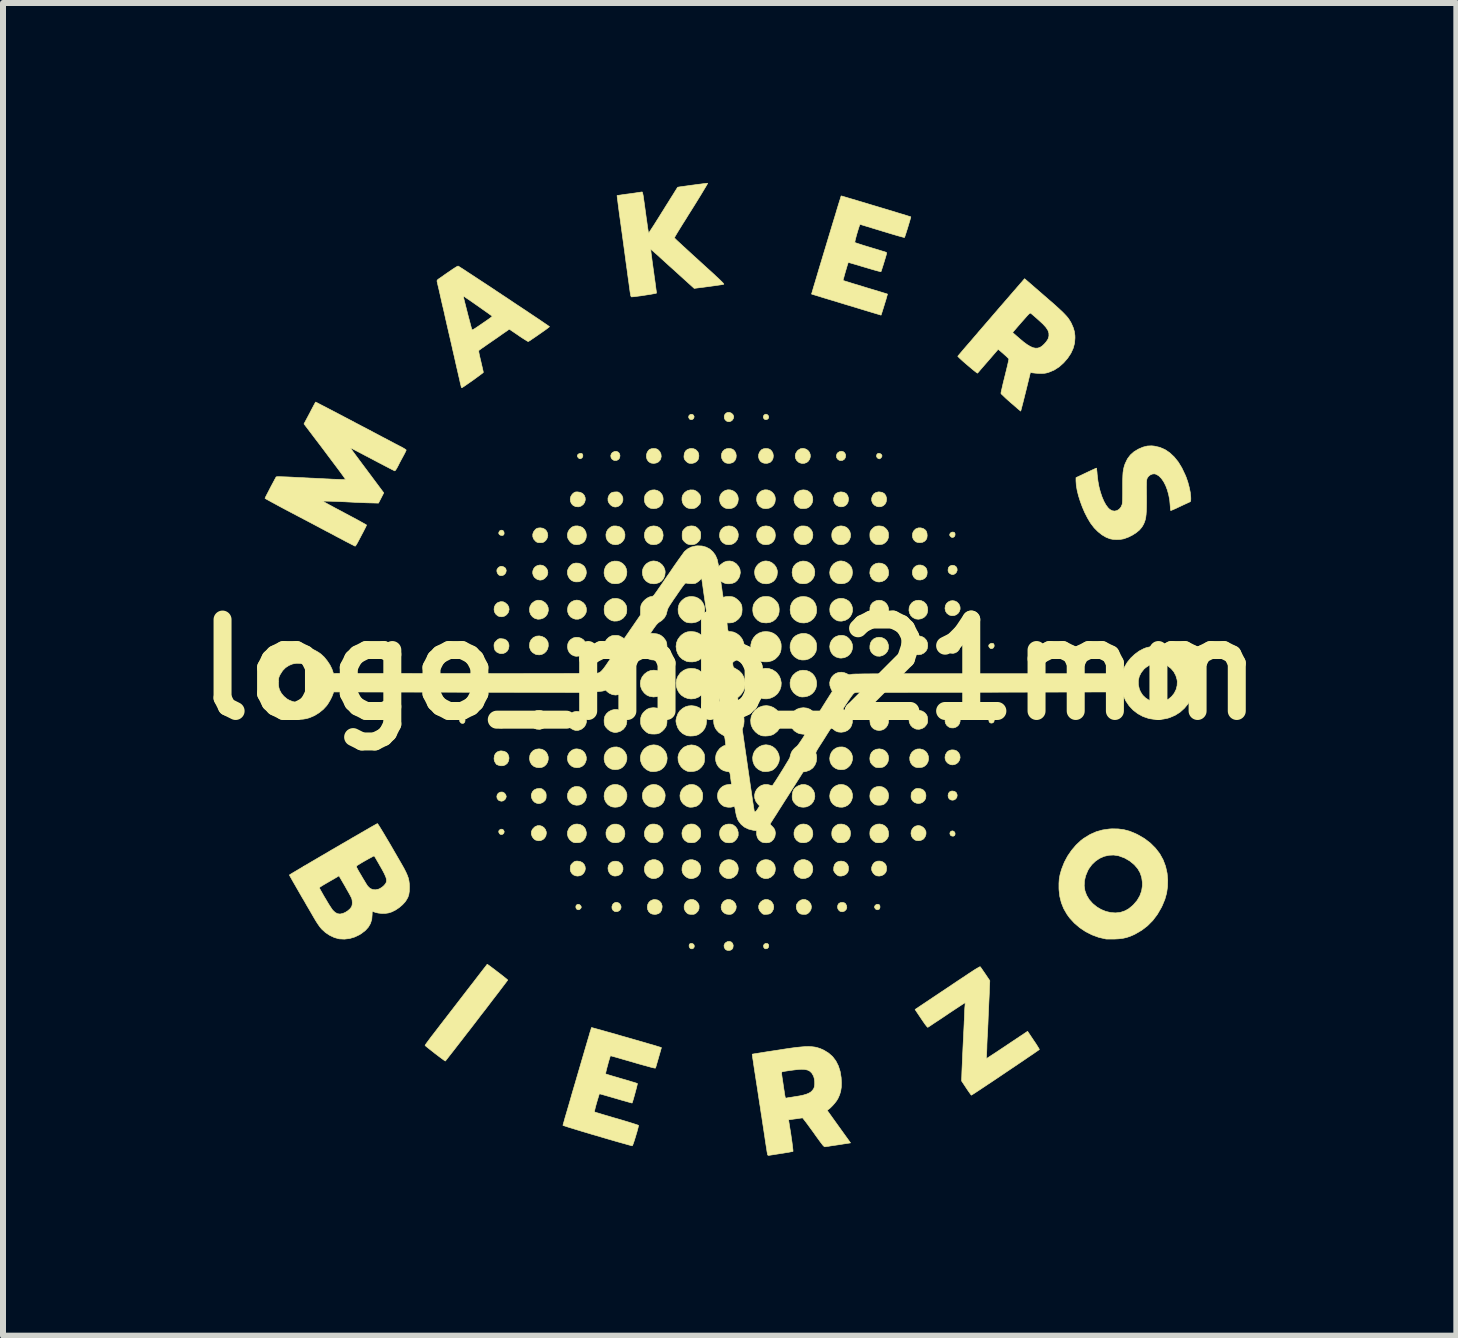
<source format=kicad_pcb>
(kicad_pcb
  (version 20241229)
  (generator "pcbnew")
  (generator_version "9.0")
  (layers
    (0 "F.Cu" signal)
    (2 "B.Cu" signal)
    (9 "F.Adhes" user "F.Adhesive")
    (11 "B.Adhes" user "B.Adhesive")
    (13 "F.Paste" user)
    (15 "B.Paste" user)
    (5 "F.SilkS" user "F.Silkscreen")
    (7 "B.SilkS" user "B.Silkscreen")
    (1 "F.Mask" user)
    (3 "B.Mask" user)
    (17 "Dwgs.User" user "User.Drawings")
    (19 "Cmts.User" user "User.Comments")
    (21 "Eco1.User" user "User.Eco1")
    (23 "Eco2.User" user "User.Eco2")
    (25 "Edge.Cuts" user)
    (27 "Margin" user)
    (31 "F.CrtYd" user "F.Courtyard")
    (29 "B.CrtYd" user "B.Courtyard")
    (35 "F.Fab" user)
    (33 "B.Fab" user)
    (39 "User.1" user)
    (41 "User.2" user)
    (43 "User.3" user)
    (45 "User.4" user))
  (footprint "logo_mb_21mm"
    (layer "F.Cu")
    (at 9.115 8.114)
    (property "Reference" "logo_mb_21mm" (at 0 0 0) (layer "F.SilkS") (effects (font (size 1.524 1.524) (thickness 0.3))))
    (attr through_hole)
    (fp_poly (pts (xy -4.433 0.81) (xy -4.417 0.826) (xy -4.411 0.851) (xy -4.418 0.877) (xy -4.434 0.893) (xy -4.456 0.898) (xy -4.479 0.89) (xy -4.493 0.875) (xy -4.502 0.858) (xy -4.501 0.843) (xy -4.495 0.831) (xy -4.477 0.811) (xy -4.454 0.805) (xy -4.433 0.81)) (stroke (width 0.01) (type solid)) (fill yes) (layer "F.SilkS"))
    (fp_poly (pts (xy -3.789 2.662) (xy -3.77 2.675) (xy -3.76 2.697) (xy -3.759 2.704) (xy -3.766 2.728) (xy -3.783 2.744) (xy -3.804 2.75) (xy -3.826 2.745) (xy -3.839 2.733) (xy -3.851 2.707) (xy -3.847 2.685) (xy -3.837 2.673) (xy -3.813 2.66) (xy -3.789 2.662)) (stroke (width 0.01) (type solid)) (fill yes) (layer "F.SilkS"))
    (fp_poly (pts (xy -0.623 -4.256) (xy -0.603 -4.243) (xy -0.593 -4.22) (xy -0.593 -4.213) (xy -0.6 -4.189) (xy -0.617 -4.173) (xy -0.64 -4.167) (xy -0.662 -4.173) (xy -0.672 -4.181) (xy -0.684 -4.205) (xy -0.681 -4.23) (xy -0.67 -4.245) (xy -0.647 -4.257) (xy -0.623 -4.256)) (stroke (width 0.01) (type solid)) (fill yes) (layer "F.SilkS"))
    (fp_poly (pts (xy 0.635 4.569) (xy 0.649 4.587) (xy 0.652 4.606) (xy 0.645 4.633) (xy 0.626 4.65) (xy 0.601 4.655) (xy 0.586 4.651) (xy 0.575 4.64) (xy 0.566 4.625) (xy 0.564 4.599) (xy 0.576 4.578) (xy 0.597 4.565) (xy 0.608 4.564) (xy 0.635 4.569)) (stroke (width 0.01) (type solid)) (fill yes) (layer "F.SilkS"))
    (fp_poly (pts (xy 4.392 0.809) (xy 4.407 0.825) (xy 4.411 0.847) (xy 4.404 0.872) (xy 4.386 0.888) (xy 4.36 0.892) (xy 4.346 0.888) (xy 4.328 0.874) (xy 4.321 0.851) (xy 4.324 0.826) (xy 4.326 0.822) (xy 4.341 0.808) (xy 4.363 0.804) (xy 4.392 0.809)) (stroke (width 0.01) (type solid)) (fill yes) (layer "F.SilkS"))
    (fp_poly (pts (xy -4.431 -0.433) (xy -4.429 -0.432) (xy -4.416 -0.417) (xy -4.411 -0.394) (xy -4.414 -0.37) (xy -4.421 -0.357) (xy -4.442 -0.348) (xy -4.466 -0.349) (xy -4.487 -0.361) (xy -4.492 -0.367) (xy -4.5 -0.392) (xy -4.494 -0.414) (xy -4.479 -0.431) (xy -4.457 -0.438) (xy -4.431 -0.433)) (stroke (width 0.01) (type solid)) (fill yes) (layer "F.SilkS"))
    (fp_poly (pts (xy -2.499 3.92) (xy -2.482 3.938) (xy -2.474 3.956) (xy -2.476 3.97) (xy -2.484 3.983) (xy -2.503 4) (xy -2.527 4.004) (xy -2.55 3.993) (xy -2.552 3.991) (xy -2.562 3.973) (xy -2.565 3.954) (xy -2.559 3.93) (xy -2.542 3.916) (xy -2.521 3.913) (xy -2.499 3.92)) (stroke (width 0.01) (type solid)) (fill yes) (layer "F.SilkS"))
    (fp_poly (pts (xy -2.468 -3.604) (xy -2.457 -3.597) (xy -2.448 -3.577) (xy -2.449 -3.552) (xy -2.461 -3.531) (xy -2.466 -3.527) (xy -2.488 -3.515) (xy -2.507 -3.518) (xy -2.523 -3.531) (xy -2.536 -3.549) (xy -2.54 -3.563) (xy -2.533 -3.584) (xy -2.514 -3.599) (xy -2.491 -3.606) (xy -2.468 -3.604)) (stroke (width 0.01) (type solid)) (fill yes) (layer "F.SilkS"))
    (fp_poly (pts (xy -0.623 4.566) (xy -0.602 4.578) (xy -0.597 4.584) (xy -0.589 4.607) (xy -0.593 4.629) (xy -0.606 4.646) (xy -0.625 4.655) (xy -0.647 4.653) (xy -0.663 4.641) (xy -0.675 4.619) (xy -0.676 4.594) (xy -0.668 4.574) (xy -0.667 4.574) (xy -0.647 4.564) (xy -0.623 4.566)) (stroke (width 0.01) (type solid)) (fill yes) (layer "F.SilkS"))
    (fp_poly (pts (xy 0.628 -4.251) (xy 0.645 -4.233) (xy 0.652 -4.211) (xy 0.652 -4.211) (xy 0.645 -4.188) (xy 0.627 -4.173) (xy 0.604 -4.167) (xy 0.582 -4.174) (xy 0.573 -4.181) (xy 0.561 -4.204) (xy 0.563 -4.228) (xy 0.577 -4.248) (xy 0.599 -4.258) (xy 0.607 -4.259) (xy 0.628 -4.251)) (stroke (width 0.01) (type solid)) (fill yes) (layer "F.SilkS"))
    (fp_poly (pts (xy 2.491 3.918) (xy 2.496 3.922) (xy 2.505 3.94) (xy 2.506 3.964) (xy 2.499 3.986) (xy 2.49 3.996) (xy 2.463 4.004) (xy 2.44 3.997) (xy 2.43 3.988) (xy 2.416 3.968) (xy 2.416 3.949) (xy 2.426 3.93) (xy 2.445 3.916) (xy 2.469 3.912) (xy 2.491 3.918)) (stroke (width 0.01) (type solid)) (fill yes) (layer "F.SilkS"))
    (fp_poly (pts (xy 3.736 2.695) (xy 3.739 2.697) (xy 3.754 2.715) (xy 3.759 2.739) (xy 3.753 2.761) (xy 3.749 2.767) (xy 3.729 2.777) (xy 3.705 2.775) (xy 3.684 2.763) (xy 3.679 2.758) (xy 3.671 2.733) (xy 3.676 2.711) (xy 3.69 2.695) (xy 3.712 2.688) (xy 3.736 2.695)) (stroke (width 0.01) (type solid)) (fill yes) (layer "F.SilkS"))
    (fp_poly (pts (xy 3.744 -2.288) (xy 3.749 -2.284) (xy 3.758 -2.265) (xy 3.757 -2.24) (xy 3.747 -2.219) (xy 3.744 -2.215) (xy 3.721 -2.203) (xy 3.698 -2.207) (xy 3.683 -2.218) (xy 3.669 -2.238) (xy 3.669 -2.257) (xy 3.679 -2.276) (xy 3.698 -2.29) (xy 3.722 -2.294) (xy 3.744 -2.288)) (stroke (width 0.01) (type solid)) (fill yes) (layer "F.SilkS"))
    (fp_poly (pts (xy 4.39 -0.437) (xy 4.401 -0.43) (xy 4.41 -0.41) (xy 4.409 -0.386) (xy 4.397 -0.365) (xy 4.392 -0.36) (xy 4.37 -0.349) (xy 4.351 -0.351) (xy 4.335 -0.364) (xy 4.322 -0.382) (xy 4.318 -0.397) (xy 4.325 -0.417) (xy 4.344 -0.432) (xy 4.367 -0.44) (xy 4.39 -0.437)) (stroke (width 0.01) (type solid)) (fill yes) (layer "F.SilkS"))
    (fp_poly (pts (xy -3.788 -2.323) (xy -3.776 -2.316) (xy -3.763 -2.295) (xy -3.76 -2.27) (xy -3.766 -2.249) (xy -3.769 -2.245) (xy -3.789 -2.236) (xy -3.814 -2.238) (xy -3.836 -2.249) (xy -3.84 -2.252) (xy -3.85 -2.27) (xy -3.848 -2.29) (xy -3.847 -2.292) (xy -3.833 -2.314) (xy -3.811 -2.325) (xy -3.788 -2.323)) (stroke (width 0.01) (type solid)) (fill yes) (layer "F.SilkS"))
    (fp_poly (pts (xy 2.514 -3.599) (xy 2.532 -3.585) (xy 2.54 -3.565) (xy 2.54 -3.562) (xy 2.534 -3.545) (xy 2.519 -3.527) (xy 2.502 -3.515) (xy 2.495 -3.514) (xy 2.481 -3.518) (xy 2.466 -3.527) (xy 2.45 -3.547) (xy 2.449 -3.573) (xy 2.456 -3.59) (xy 2.471 -3.604) (xy 2.492 -3.606) (xy 2.514 -3.599)) (stroke (width 0.01) (type solid)) (fill yes) (layer "F.SilkS"))
    (fp_poly (pts (xy -1.863 -3.629) (xy -1.841 -3.608) (xy -1.83 -3.576) (xy -1.829 -3.563) (xy -1.836 -3.528) (xy -1.855 -3.503) (xy -1.883 -3.488) (xy -1.916 -3.486) (xy -1.936 -3.492) (xy -1.964 -3.512) (xy -1.979 -3.54) (xy -1.982 -3.571) (xy -1.971 -3.601) (xy -1.955 -3.619) (xy -1.923 -3.636) (xy -1.892 -3.64) (xy -1.863 -3.629)) (stroke (width 0.01) (type solid)) (fill yes) (layer "F.SilkS"))
    (fp_poly (pts (xy 1.893 -3.634) (xy 1.916 -3.616) (xy 1.931 -3.588) (xy 1.934 -3.565) (xy 1.927 -3.531) (xy 1.908 -3.504) (xy 1.88 -3.488) (xy 1.846 -3.486) (xy 1.824 -3.492) (xy 1.797 -3.512) (xy 1.782 -3.539) (xy 1.78 -3.571) (xy 1.791 -3.602) (xy 1.803 -3.616) (xy 1.832 -3.635) (xy 1.863 -3.641) (xy 1.893 -3.634)) (stroke (width 0.01) (type solid)) (fill yes) (layer "F.SilkS"))
    (fp_poly (pts (xy -1.848 3.892) (xy -1.838 3.9) (xy -1.817 3.927) (xy -1.81 3.957) (xy -1.816 3.987) (xy -1.834 4.013) (xy -1.861 4.03) (xy -1.876 4.034) (xy -1.9 4.035) (xy -1.919 4.031) (xy -1.946 4.011) (xy -1.961 3.983) (xy -1.963 3.952) (xy -1.953 3.92) (xy -1.94 3.902) (xy -1.91 3.882) (xy -1.879 3.879) (xy -1.848 3.892)) (stroke (width 0.01) (type solid)) (fill yes) (layer "F.SilkS"))
    (fp_poly (pts (xy 0.000132 -4.288) (xy 0.03 -4.275) (xy 0.054 -4.253) (xy 0.067 -4.224) (xy 0.068 -4.213) (xy 0.061 -4.185) (xy 0.043 -4.158) (xy 0.024 -4.144) (xy -0.006 -4.133) (xy -0.035 -4.137) (xy -0.052 -4.144) (xy -0.076 -4.166) (xy -0.089 -4.194) (xy -0.09 -4.225) (xy -0.08 -4.254) (xy -0.059 -4.277) (xy -0.032 -4.289) (xy 0.000132 -4.288)) (stroke (width 0.01) (type solid)) (fill yes) (layer "F.SilkS"))
    (fp_poly (pts (xy 0.025 4.54) (xy 0.046 4.56) (xy 0.058 4.591) (xy 0.059 4.604) (xy 0.053 4.642) (xy 0.035 4.667) (xy 0.006 4.68) (xy -0.014 4.682) (xy -0.044 4.679) (xy -0.065 4.668) (xy -0.072 4.661) (xy -0.09 4.633) (xy -0.094 4.6) (xy -0.083 4.57) (xy -0.067 4.552) (xy -0.036 4.534) (xy -0.004 4.531) (xy 0.025 4.54)) (stroke (width 0.01) (type solid)) (fill yes) (layer "F.SilkS"))
    (fp_poly (pts (xy 3.751 -1.733) (xy 3.776 -1.714) (xy 3.79 -1.688) (xy 3.793 -1.657) (xy 3.782 -1.626) (xy 3.768 -1.608) (xy 3.739 -1.588) (xy 3.708 -1.584) (xy 3.676 -1.598) (xy 3.667 -1.605) (xy 3.649 -1.624) (xy 3.642 -1.644) (xy 3.641 -1.663) (xy 3.647 -1.699) (xy 3.667 -1.724) (xy 3.698 -1.738) (xy 3.718 -1.74) (xy 3.751 -1.733)) (stroke (width 0.01) (type solid)) (fill yes) (layer "F.SilkS"))
    (fp_poly (pts (xy 3.752 2.031) (xy 3.778 2.051) (xy 3.791 2.082) (xy 3.793 2.1) (xy 3.786 2.132) (xy 3.767 2.157) (xy 3.74 2.173) (xy 3.71 2.177) (xy 3.68 2.169) (xy 3.661 2.155) (xy 3.646 2.132) (xy 3.641 2.102) (xy 3.641 2.1) (xy 3.647 2.064) (xy 3.667 2.038) (xy 3.698 2.025) (xy 3.717 2.024) (xy 3.752 2.031)) (stroke (width 0.01) (type solid)) (fill yes) (layer "F.SilkS"))
    (fp_poly (pts (xy -3.77 -1.714) (xy -3.746 -1.699) (xy -3.734 -1.686) (xy -3.725 -1.654) (xy -3.73 -1.624) (xy -3.745 -1.597) (xy -3.768 -1.577) (xy -3.796 -1.567) (xy -3.827 -1.568) (xy -3.85 -1.579) (xy -3.868 -1.601) (xy -3.88 -1.63) (xy -3.881 -1.659) (xy -3.879 -1.669) (xy -3.859 -1.699) (xy -3.829 -1.719) (xy -3.821 -1.722) (xy -3.798 -1.723) (xy -3.77 -1.714)) (stroke (width 0.01) (type solid)) (fill yes) (layer "F.SilkS"))
    (fp_poly (pts (xy -3.762 2.053) (xy -3.747 2.067) (xy -3.732 2.09) (xy -3.725 2.114) (xy -3.725 2.117) (xy -3.731 2.14) (xy -3.745 2.164) (xy -3.747 2.167) (xy -3.775 2.188) (xy -3.807 2.194) (xy -3.84 2.185) (xy -3.858 2.173) (xy -3.877 2.146) (xy -3.882 2.115) (xy -3.875 2.084) (xy -3.857 2.06) (xy -3.826 2.043) (xy -3.793 2.04) (xy -3.762 2.053)) (stroke (width 0.01) (type solid)) (fill yes) (layer "F.SilkS"))
    (fp_poly (pts (xy 1.907 3.886) (xy 1.93 3.9) (xy 1.931 3.902) (xy 1.949 3.935) (xy 1.953 3.968) (xy 1.942 3.999) (xy 1.919 4.023) (xy 1.913 4.026) (xy 1.882 4.037) (xy 1.854 4.034) (xy 1.836 4.026) (xy 1.813 4.004) (xy 1.8 3.975) (xy 1.799 3.942) (xy 1.81 3.912) (xy 1.822 3.898) (xy 1.846 3.885) (xy 1.877 3.881) (xy 1.907 3.886)) (stroke (width 0.01) (type solid)) (fill yes) (layer "F.SilkS"))
    (fp_poly (pts (xy -3.776 -1.131) (xy -3.742 -1.115) (xy -3.704 -1.082) (xy -3.683 -1.044) (xy -3.677 -1.003) (xy -3.688 -0.96) (xy -3.693 -0.949) (xy -3.72 -0.914) (xy -3.756 -0.891) (xy -3.797 -0.881) (xy -3.838 -0.885) (xy -3.867 -0.897) (xy -3.9 -0.926) (xy -3.921 -0.962) (xy -3.928 -1.002) (xy -3.924 -1.042) (xy -3.907 -1.079) (xy -3.878 -1.109) (xy -3.861 -1.12) (xy -3.818 -1.133) (xy -3.776 -1.131)) (stroke (width 0.01) (type solid)) (fill yes) (layer "F.SilkS"))
    (fp_poly (pts (xy -1.847 3.205) (xy -1.815 3.228) (xy -1.792 3.259) (xy -1.78 3.296) (xy -1.779 3.334) (xy -1.79 3.371) (xy -1.813 3.404) (xy -1.837 3.423) (xy -1.873 3.437) (xy -1.912 3.442) (xy -1.942 3.437) (xy -1.98 3.418) (xy -2.007 3.387) (xy -2.024 3.35) (xy -2.029 3.309) (xy -2.022 3.269) (xy -2.002 3.236) (xy -1.97 3.208) (xy -1.93 3.195) (xy -1.888 3.194) (xy -1.847 3.205)) (stroke (width 0.01) (type solid)) (fill yes) (layer "F.SilkS"))
    (fp_poly (pts (xy -1.204 3.84) (xy -1.167 3.861) (xy -1.141 3.893) (xy -1.127 3.936) (xy -1.126 3.956) (xy -1.133 4.004) (xy -1.152 4.041) (xy -1.184 4.067) (xy -1.226 4.079) (xy -1.249 4.081) (xy -1.292 4.075) (xy -1.318 4.064) (xy -1.349 4.036) (xy -1.368 3.997) (xy -1.373 3.957) (xy -1.365 3.913) (xy -1.344 3.876) (xy -1.312 3.849) (xy -1.271 3.834) (xy -1.25 3.833) (xy -1.204 3.84)) (stroke (width 0.01) (type solid)) (fill yes) (layer "F.SilkS"))
    (fp_poly (pts (xy 1.266 -3.679) (xy 1.303 -3.657) (xy 1.329 -3.625) (xy 1.343 -3.588) (xy 1.345 -3.549) (xy 1.334 -3.51) (xy 1.311 -3.475) (xy 1.285 -3.454) (xy 1.247 -3.44) (xy 1.204 -3.438) (xy 1.164 -3.449) (xy 1.151 -3.457) (xy 1.117 -3.488) (xy 1.098 -3.525) (xy 1.093 -3.566) (xy 1.103 -3.607) (xy 1.127 -3.645) (xy 1.143 -3.66) (xy 1.181 -3.683) (xy 1.223 -3.689) (xy 1.266 -3.679)) (stroke (width 0.01) (type solid)) (fill yes) (layer "F.SilkS"))
    (fp_poly (pts (xy 2.54 -2.956) (xy 2.577 -2.936) (xy 2.602 -2.903) (xy 2.615 -2.861) (xy 2.616 -2.841) (xy 2.609 -2.795) (xy 2.589 -2.758) (xy 2.558 -2.731) (xy 2.52 -2.716) (xy 2.477 -2.715) (xy 2.451 -2.722) (xy 2.411 -2.744) (xy 2.383 -2.776) (xy 2.368 -2.816) (xy 2.368 -2.859) (xy 2.378 -2.891) (xy 2.402 -2.929) (xy 2.436 -2.952) (xy 2.479 -2.963) (xy 2.493 -2.963) (xy 2.54 -2.956)) (stroke (width 0.01) (type solid)) (fill yes) (layer "F.SilkS"))
    (fp_poly (pts (xy 3.742 -0.52) (xy 3.781 -0.504) (xy 3.813 -0.475) (xy 3.826 -0.454) (xy 3.841 -0.412) (xy 3.841 -0.374) (xy 3.828 -0.339) (xy 3.801 -0.304) (xy 3.765 -0.281) (xy 3.724 -0.271) (xy 3.682 -0.275) (xy 3.651 -0.288) (xy 3.618 -0.316) (xy 3.598 -0.352) (xy 3.591 -0.39) (xy 3.595 -0.429) (xy 3.61 -0.465) (xy 3.636 -0.495) (xy 3.672 -0.516) (xy 3.7 -0.523) (xy 3.742 -0.52)) (stroke (width 0.01) (type solid)) (fill yes) (layer "F.SilkS"))
    (fp_poly (pts (xy -3.115 -1.737) (xy -3.08 -1.717) (xy -3.053 -1.688) (xy -3.036 -1.653) (xy -3.031 -1.615) (xy -3.04 -1.577) (xy -3.05 -1.558) (xy -3.084 -1.52) (xy -3.121 -1.498) (xy -3.162 -1.492) (xy -3.205 -1.503) (xy -3.216 -1.509) (xy -3.252 -1.536) (xy -3.274 -1.569) (xy -3.284 -1.607) (xy -3.282 -1.644) (xy -3.269 -1.68) (xy -3.246 -1.71) (xy -3.213 -1.732) (xy -3.172 -1.743) (xy -3.157 -1.744) (xy -3.115 -1.737)) (stroke (width 0.01) (type solid)) (fill yes) (layer "F.SilkS"))
    (fp_poly (pts (xy 1.904 3.199) (xy 1.941 3.22) (xy 1.965 3.248) (xy 1.978 3.28) (xy 1.981 3.319) (xy 1.976 3.358) (xy 1.965 3.384) (xy 1.938 3.413) (xy 1.901 3.433) (xy 1.858 3.442) (xy 1.822 3.44) (xy 1.8 3.43) (xy 1.776 3.41) (xy 1.754 3.386) (xy 1.739 3.361) (xy 1.734 3.346) (xy 1.736 3.292) (xy 1.75 3.248) (xy 1.776 3.217) (xy 1.813 3.198) (xy 1.858 3.192) (xy 1.904 3.199)) (stroke (width 0.01) (type solid)) (fill yes) (layer "F.SilkS"))
    (fp_poly (pts (xy 1.905 -2.956) (xy 1.942 -2.936) (xy 1.967 -2.903) (xy 1.98 -2.861) (xy 1.981 -2.841) (xy 1.974 -2.795) (xy 1.954 -2.758) (xy 1.924 -2.731) (xy 1.886 -2.716) (xy 1.843 -2.715) (xy 1.816 -2.722) (xy 1.776 -2.744) (xy 1.749 -2.776) (xy 1.735 -2.815) (xy 1.734 -2.859) (xy 1.749 -2.905) (xy 1.752 -2.912) (xy 1.775 -2.938) (xy 1.809 -2.955) (xy 1.851 -2.963) (xy 1.858 -2.963) (xy 1.905 -2.956)) (stroke (width 0.01) (type solid)) (fill yes) (layer "F.SilkS"))
    (fp_poly (pts (xy 3.743 1.34) (xy 3.778 1.352) (xy 3.785 1.356) (xy 3.818 1.387) (xy 3.837 1.425) (xy 3.842 1.466) (xy 3.833 1.506) (xy 3.81 1.544) (xy 3.784 1.567) (xy 3.752 1.582) (xy 3.715 1.588) (xy 3.682 1.584) (xy 3.64 1.563) (xy 3.609 1.531) (xy 3.593 1.49) (xy 3.59 1.461) (xy 3.598 1.417) (xy 3.623 1.377) (xy 3.636 1.364) (xy 3.665 1.346) (xy 3.703 1.338) (xy 3.743 1.34)) (stroke (width 0.01) (type solid)) (fill yes) (layer "F.SilkS"))
    (fp_poly (pts (xy 3.759 0.727) (xy 3.795 0.748) (xy 3.822 0.778) (xy 3.839 0.816) (xy 3.843 0.857) (xy 3.832 0.899) (xy 3.831 0.901) (xy 3.806 0.936) (xy 3.771 0.96) (xy 3.73 0.972) (xy 3.687 0.97) (xy 3.658 0.959) (xy 3.623 0.933) (xy 3.601 0.9) (xy 3.591 0.863) (xy 3.593 0.825) (xy 3.605 0.788) (xy 3.627 0.757) (xy 3.658 0.733) (xy 3.697 0.721) (xy 3.716 0.72) (xy 3.759 0.727)) (stroke (width 0.01) (type solid)) (fill yes) (layer "F.SilkS"))
    (fp_poly (pts (xy -3.786 0.728) (xy -3.745 0.741) (xy -3.709 0.767) (xy -3.697 0.781) (xy -3.684 0.81) (xy -3.679 0.847) (xy -3.682 0.884) (xy -3.693 0.915) (xy -3.694 0.918) (xy -3.722 0.947) (xy -3.759 0.966) (xy -3.801 0.974) (xy -3.842 0.971) (xy -3.872 0.958) (xy -3.904 0.928) (xy -3.923 0.891) (xy -3.929 0.85) (xy -3.923 0.81) (xy -3.905 0.774) (xy -3.873 0.745) (xy -3.869 0.742) (xy -3.829 0.728) (xy -3.786 0.728)) (stroke (width 0.01) (type solid)) (fill yes) (layer "F.SilkS"))
    (fp_poly (pts (xy -3.13 2.611) (xy -3.097 2.633) (xy -3.072 2.665) (xy -3.058 2.703) (xy -3.056 2.725) (xy -3.064 2.77) (xy -3.084 2.806) (xy -3.114 2.834) (xy -3.152 2.85) (xy -3.193 2.853) (xy -3.236 2.841) (xy -3.243 2.838) (xy -3.268 2.817) (xy -3.29 2.788) (xy -3.292 2.785) (xy -3.307 2.741) (xy -3.305 2.7) (xy -3.288 2.661) (xy -3.254 2.626) (xy -3.243 2.618) (xy -3.206 2.602) (xy -3.167 2.6) (xy -3.13 2.611)) (stroke (width 0.01) (type solid)) (fill yes) (layer "F.SilkS"))
    (fp_poly (pts (xy -2.509 0.7) (xy -2.463 0.721) (xy -2.44 0.74) (xy -2.407 0.78) (xy -2.39 0.824) (xy -2.387 0.869) (xy -2.399 0.913) (xy -2.423 0.953) (xy -2.461 0.986) (xy -2.485 1) (xy -2.527 1.013) (xy -2.57 1.013) (xy -2.602 1.004) (xy -2.647 0.98) (xy -2.68 0.945) (xy -2.699 0.9) (xy -2.704 0.855) (xy -2.697 0.803) (xy -2.676 0.76) (xy -2.64 0.726) (xy -2.606 0.707) (xy -2.557 0.695) (xy -2.509 0.7)) (stroke (width 0.01) (type solid)) (fill yes) (layer "F.SilkS"))
    (fp_poly (pts (xy -2.497 1.329) (xy -2.456 1.349) (xy -2.423 1.38) (xy -2.401 1.418) (xy -2.39 1.462) (xy -2.391 1.507) (xy -2.407 1.552) (xy -2.428 1.585) (xy -2.463 1.614) (xy -2.506 1.631) (xy -2.553 1.635) (xy -2.601 1.626) (xy -2.634 1.61) (xy -2.671 1.577) (xy -2.695 1.537) (xy -2.705 1.491) (xy -2.702 1.445) (xy -2.683 1.4) (xy -2.665 1.374) (xy -2.627 1.342) (xy -2.583 1.324) (xy -2.547 1.321) (xy -2.497 1.329)) (stroke (width 0.01) (type solid)) (fill yes) (layer "F.SilkS"))
    (fp_poly (pts (xy -2.497 1.955) (xy -2.456 1.976) (xy -2.423 2.007) (xy -2.401 2.045) (xy -2.39 2.088) (xy -2.391 2.134) (xy -2.407 2.179) (xy -2.428 2.211) (xy -2.463 2.24) (xy -2.506 2.257) (xy -2.553 2.261) (xy -2.601 2.252) (xy -2.634 2.236) (xy -2.671 2.204) (xy -2.695 2.163) (xy -2.705 2.118) (xy -2.702 2.071) (xy -2.683 2.026) (xy -2.665 2.001) (xy -2.627 1.968) (xy -2.583 1.951) (xy -2.547 1.948) (xy -2.497 1.955)) (stroke (width 0.01) (type solid)) (fill yes) (layer "F.SilkS"))
    (fp_poly (pts (xy -2.491 -2.956) (xy -2.452 -2.937) (xy -2.424 -2.906) (xy -2.409 -2.867) (xy -2.407 -2.829) (xy -2.419 -2.786) (xy -2.444 -2.751) (xy -2.479 -2.726) (xy -2.52 -2.714) (xy -2.564 -2.717) (xy -2.571 -2.719) (xy -2.609 -2.737) (xy -2.637 -2.767) (xy -2.653 -2.803) (xy -2.658 -2.843) (xy -2.65 -2.883) (xy -2.628 -2.92) (xy -2.617 -2.932) (xy -2.595 -2.95) (xy -2.576 -2.96) (xy -2.552 -2.963) (xy -2.537 -2.963) (xy -2.491 -2.956)) (stroke (width 0.01) (type solid)) (fill yes) (layer "F.SilkS"))
    (fp_poly (pts (xy -1.228 -3.683) (xy -1.199 -3.671) (xy -1.197 -3.669) (xy -1.165 -3.636) (xy -1.146 -3.596) (xy -1.141 -3.553) (xy -1.15 -3.511) (xy -1.159 -3.494) (xy -1.187 -3.463) (xy -1.224 -3.445) (xy -1.267 -3.438) (xy -1.31 -3.444) (xy -1.327 -3.451) (xy -1.358 -3.475) (xy -1.379 -3.509) (xy -1.388 -3.547) (xy -1.386 -3.588) (xy -1.373 -3.626) (xy -1.349 -3.659) (xy -1.333 -3.672) (xy -1.303 -3.683) (xy -1.265 -3.687) (xy -1.228 -3.683)) (stroke (width 0.01) (type solid)) (fill yes) (layer "F.SilkS"))
    (fp_poly (pts (xy 0.007 3.834) (xy 0.048 3.85) (xy 0.075 3.873) (xy 0.1 3.909) (xy 0.11 3.95) (xy 0.105 3.991) (xy 0.085 4.031) (xy 0.062 4.056) (xy 0.041 4.072) (xy 0.019 4.079) (xy -0.011 4.081) (xy -0.011 4.081) (xy -0.056 4.075) (xy -0.082 4.064) (xy -0.116 4.035) (xy -0.137 3.998) (xy -0.143 3.957) (xy -0.134 3.915) (xy -0.111 3.876) (xy -0.109 3.873) (xy -0.074 3.845) (xy -0.034 3.832) (xy 0.007 3.834)) (stroke (width 0.01) (type solid)) (fill yes) (layer "F.SilkS"))
    (fp_poly (pts (xy 0.037 -2.39) (xy 0.079 -2.369) (xy 0.108 -2.342) (xy 0.133 -2.302) (xy 0.144 -2.257) (xy 0.141 -2.21) (xy 0.126 -2.166) (xy 0.098 -2.128) (xy 0.059 -2.099) (xy 0.025 -2.087) (xy -0.017 -2.083) (xy -0.058 -2.088) (xy -0.08 -2.095) (xy -0.121 -2.122) (xy -0.15 -2.16) (xy -0.166 -2.207) (xy -0.169 -2.239) (xy -0.162 -2.291) (xy -0.141 -2.335) (xy -0.107 -2.368) (xy -0.064 -2.389) (xy -0.013 -2.396) (xy 0.037 -2.39)) (stroke (width 0.01) (type solid)) (fill yes) (layer "F.SilkS"))
    (fp_poly (pts (xy 0.639 -3.684) (xy 0.67 -3.673) (xy 0.672 -3.672) (xy 0.702 -3.643) (xy 0.721 -3.607) (xy 0.728 -3.567) (xy 0.724 -3.527) (xy 0.709 -3.491) (xy 0.683 -3.462) (xy 0.665 -3.451) (xy 0.623 -3.439) (xy 0.578 -3.441) (xy 0.544 -3.451) (xy 0.511 -3.476) (xy 0.491 -3.509) (xy 0.481 -3.548) (xy 0.484 -3.589) (xy 0.499 -3.628) (xy 0.526 -3.661) (xy 0.536 -3.669) (xy 0.565 -3.682) (xy 0.602 -3.687) (xy 0.639 -3.684)) (stroke (width 0.01) (type solid)) (fill yes) (layer "F.SilkS"))
    (fp_poly (pts (xy 2.546 0.705) (xy 2.588 0.726) (xy 2.62 0.761) (xy 2.632 0.781) (xy 2.648 0.83) (xy 2.648 0.877) (xy 2.636 0.92) (xy 2.612 0.958) (xy 2.58 0.988) (xy 2.539 1.007) (xy 2.493 1.015) (xy 2.444 1.007) (xy 2.399 0.986) (xy 2.366 0.953) (xy 2.345 0.909) (xy 2.338 0.857) (xy 2.338 0.842) (xy 2.348 0.79) (xy 2.371 0.749) (xy 2.405 0.72) (xy 2.451 0.703) (xy 2.494 0.699) (xy 2.546 0.705)) (stroke (width 0.01) (type solid)) (fill yes) (layer "F.SilkS"))
    (fp_poly (pts (xy 2.549 3.204) (xy 2.585 3.229) (xy 2.6 3.248) (xy 2.613 3.28) (xy 2.616 3.319) (xy 2.611 3.358) (xy 2.6 3.384) (xy 2.572 3.414) (xy 2.535 3.434) (xy 2.493 3.442) (xy 2.45 3.437) (xy 2.45 3.437) (xy 2.419 3.42) (xy 2.392 3.392) (xy 2.373 3.358) (xy 2.367 3.337) (xy 2.367 3.298) (xy 2.381 3.258) (xy 2.404 3.225) (xy 2.423 3.209) (xy 2.464 3.193) (xy 2.507 3.192) (xy 2.549 3.204)) (stroke (width 0.01) (type solid)) (fill yes) (layer "F.SilkS"))
    (fp_poly (pts (xy 3.187 2.607) (xy 3.224 2.628) (xy 3.253 2.659) (xy 3.271 2.697) (xy 3.273 2.706) (xy 3.273 2.743) (xy 3.261 2.781) (xy 3.24 2.814) (xy 3.224 2.829) (xy 3.189 2.846) (xy 3.149 2.852) (xy 3.109 2.848) (xy 3.084 2.837) (xy 3.051 2.808) (xy 3.031 2.773) (xy 3.023 2.734) (xy 3.027 2.696) (xy 3.042 2.66) (xy 3.066 2.63) (xy 3.099 2.609) (xy 3.141 2.599) (xy 3.148 2.599) (xy 3.187 2.607)) (stroke (width 0.01) (type solid)) (fill yes) (layer "F.SilkS"))
    (fp_poly (pts (xy 3.227 -1.732) (xy 3.263 -1.706) (xy 3.277 -1.688) (xy 3.289 -1.658) (xy 3.293 -1.621) (xy 3.289 -1.583) (xy 3.281 -1.558) (xy 3.256 -1.526) (xy 3.22 -1.504) (xy 3.178 -1.494) (xy 3.135 -1.497) (xy 3.128 -1.499) (xy 3.092 -1.518) (xy 3.066 -1.547) (xy 3.05 -1.583) (xy 3.045 -1.623) (xy 3.052 -1.662) (xy 3.07 -1.697) (xy 3.1 -1.725) (xy 3.102 -1.726) (xy 3.143 -1.743) (xy 3.186 -1.744) (xy 3.227 -1.732)) (stroke (width 0.01) (type solid)) (fill yes) (layer "F.SilkS"))
    (fp_poly (pts (xy 3.228 -2.352) (xy 3.262 -2.328) (xy 3.277 -2.309) (xy 3.289 -2.275) (xy 3.293 -2.235) (xy 3.288 -2.195) (xy 3.28 -2.175) (xy 3.255 -2.144) (xy 3.219 -2.124) (xy 3.173 -2.117) (xy 3.171 -2.117) (xy 3.128 -2.122) (xy 3.101 -2.133) (xy 3.071 -2.161) (xy 3.052 -2.197) (xy 3.046 -2.236) (xy 3.051 -2.276) (xy 3.069 -2.313) (xy 3.098 -2.343) (xy 3.107 -2.348) (xy 3.146 -2.363) (xy 3.188 -2.363) (xy 3.228 -2.352)) (stroke (width 0.01) (type solid)) (fill yes) (layer "F.SilkS"))
    (fp_poly (pts (xy 3.755 -1.144) (xy 3.791 -1.126) (xy 3.82 -1.095) (xy 3.825 -1.087) (xy 3.841 -1.046) (xy 3.842 -1.007) (xy 3.83 -0.97) (xy 3.808 -0.938) (xy 3.778 -0.915) (xy 3.742 -0.901) (xy 3.701 -0.899) (xy 3.659 -0.911) (xy 3.658 -0.912) (xy 3.622 -0.939) (xy 3.599 -0.976) (xy 3.59 -1.02) (xy 3.59 -1.024) (xy 3.597 -1.068) (xy 3.616 -1.103) (xy 3.645 -1.129) (xy 3.679 -1.145) (xy 3.717 -1.15) (xy 3.755 -1.144)) (stroke (width 0.01) (type solid)) (fill yes) (layer "F.SilkS"))
    (fp_poly (pts (xy -3.761 -0.51) (xy -3.723 -0.491) (xy -3.696 -0.46) (xy -3.681 -0.419) (xy -3.679 -0.392) (xy -3.687 -0.348) (xy -3.707 -0.311) (xy -3.738 -0.284) (xy -3.776 -0.269) (xy -3.818 -0.267) (xy -3.846 -0.274) (xy -3.886 -0.294) (xy -3.912 -0.322) (xy -3.925 -0.359) (xy -3.929 -0.399) (xy -3.927 -0.424) (xy -3.922 -0.443) (xy -3.91 -0.46) (xy -3.892 -0.479) (xy -3.87 -0.5) (xy -3.852 -0.511) (xy -3.833 -0.516) (xy -3.811 -0.516) (xy -3.761 -0.51)) (stroke (width 0.01) (type solid)) (fill yes) (layer "F.SilkS"))
    (fp_poly (pts (xy -3.158 -1.156) (xy -3.12 -1.144) (xy -3.075 -1.115) (xy -3.044 -1.077) (xy -3.026 -1.033) (xy -3.023 -0.984) (xy -3.036 -0.935) (xy -3.04 -0.926) (xy -3.067 -0.888) (xy -3.105 -0.86) (xy -3.15 -0.844) (xy -3.197 -0.84) (xy -3.243 -0.852) (xy -3.248 -0.854) (xy -3.288 -0.881) (xy -3.317 -0.918) (xy -3.334 -0.962) (xy -3.338 -1.008) (xy -3.329 -1.053) (xy -3.306 -1.095) (xy -3.293 -1.109) (xy -3.251 -1.141) (xy -3.206 -1.157) (xy -3.158 -1.156)) (stroke (width 0.01) (type solid)) (fill yes) (layer "F.SilkS"))
    (fp_poly (pts (xy -3.13 -0.553) (xy -3.088 -0.533) (xy -3.055 -0.503) (xy -3.032 -0.465) (xy -3.026 -0.444) (xy -3.024 -0.393) (xy -3.035 -0.346) (xy -3.058 -0.306) (xy -3.09 -0.275) (xy -3.13 -0.254) (xy -3.174 -0.246) (xy -3.222 -0.251) (xy -3.243 -0.259) (xy -3.287 -0.286) (xy -3.318 -0.323) (xy -3.335 -0.368) (xy -3.338 -0.402) (xy -3.331 -0.455) (xy -3.31 -0.499) (xy -3.276 -0.533) (xy -3.23 -0.555) (xy -3.221 -0.558) (xy -3.175 -0.562) (xy -3.13 -0.553)) (stroke (width 0.01) (type solid)) (fill yes) (layer "F.SilkS"))
    (fp_poly (pts (xy -2.519 -1.156) (xy -2.485 -1.144) (xy -2.44 -1.115) (xy -2.408 -1.077) (xy -2.391 -1.031) (xy -2.388 -0.999) (xy -2.392 -0.957) (xy -2.409 -0.921) (xy -2.436 -0.887) (xy -2.477 -0.856) (xy -2.523 -0.841) (xy -2.571 -0.841) (xy -2.608 -0.852) (xy -2.653 -0.879) (xy -2.683 -0.916) (xy -2.7 -0.962) (xy -2.704 -0.999) (xy -2.696 -1.051) (xy -2.675 -1.094) (xy -2.641 -1.128) (xy -2.597 -1.15) (xy -2.593 -1.151) (xy -2.553 -1.159) (xy -2.519 -1.156)) (stroke (width 0.01) (type solid)) (fill yes) (layer "F.SilkS"))
    (fp_poly (pts (xy -2.518 -0.537) (xy -2.476 -0.523) (xy -2.439 -0.499) (xy -2.41 -0.464) (xy -2.393 -0.421) (xy -2.39 -0.404) (xy -2.392 -0.354) (xy -2.407 -0.309) (xy -2.434 -0.271) (xy -2.47 -0.243) (xy -2.513 -0.226) (xy -2.56 -0.222) (xy -2.593 -0.229) (xy -2.638 -0.25) (xy -2.673 -0.284) (xy -2.695 -0.328) (xy -2.704 -0.378) (xy -2.704 -0.38) (xy -2.698 -0.43) (xy -2.679 -0.471) (xy -2.651 -0.502) (xy -2.609 -0.528) (xy -2.564 -0.539) (xy -2.518 -0.537)) (stroke (width 0.01) (type solid)) (fill yes) (layer "F.SilkS"))
    (fp_poly (pts (xy -1.214 -2.389) (xy -1.17 -2.367) (xy -1.137 -2.334) (xy -1.116 -2.291) (xy -1.109 -2.239) (xy -1.117 -2.187) (xy -1.138 -2.144) (xy -1.171 -2.111) (xy -1.214 -2.09) (xy -1.267 -2.083) (xy -1.268 -2.083) (xy -1.298 -2.086) (xy -1.326 -2.092) (xy -1.333 -2.095) (xy -1.374 -2.122) (xy -1.403 -2.16) (xy -1.419 -2.207) (xy -1.422 -2.239) (xy -1.415 -2.291) (xy -1.394 -2.335) (xy -1.361 -2.368) (xy -1.317 -2.389) (xy -1.266 -2.396) (xy -1.214 -2.389)) (stroke (width 0.01) (type solid)) (fill yes) (layer "F.SilkS"))
    (fp_poly (pts (xy 0.013 -2.996) (xy 0.055 -2.982) (xy 0.092 -2.957) (xy 0.121 -2.923) (xy 0.139 -2.881) (xy 0.144 -2.843) (xy 0.137 -2.791) (xy 0.116 -2.746) (xy 0.083 -2.712) (xy 0.053 -2.696) (xy 0.018 -2.686) (xy -0.022 -2.684) (xy -0.06 -2.689) (xy -0.089 -2.7) (xy -0.13 -2.733) (xy -0.156 -2.772) (xy -0.168 -2.82) (xy -0.169 -2.841) (xy -0.163 -2.891) (xy -0.142 -2.933) (xy -0.116 -2.961) (xy -0.075 -2.987) (xy -0.031 -2.998) (xy 0.013 -2.996)) (stroke (width 0.01) (type solid)) (fill yes) (layer "F.SilkS"))
    (fp_poly (pts (xy 0.02 -3.684) (xy 0.051 -3.673) (xy 0.054 -3.672) (xy 0.084 -3.643) (xy 0.103 -3.607) (xy 0.11 -3.567) (xy 0.106 -3.527) (xy 0.091 -3.491) (xy 0.065 -3.462) (xy 0.047 -3.451) (xy 0.009 -3.44) (xy -0.031 -3.439) (xy -0.067 -3.447) (xy -0.08 -3.454) (xy -0.113 -3.485) (xy -0.133 -3.526) (xy -0.138 -3.567) (xy -0.132 -3.606) (xy -0.115 -3.639) (xy -0.083 -3.669) (xy -0.081 -3.67) (xy -0.053 -3.682) (xy -0.017 -3.687) (xy 0.02 -3.684)) (stroke (width 0.01) (type solid)) (fill yes) (layer "F.SilkS"))
    (fp_poly (pts (xy 0.637 3.834) (xy 0.676 3.851) (xy 0.702 3.873) (xy 0.726 3.913) (xy 0.735 3.955) (xy 0.728 3.998) (xy 0.707 4.037) (xy 0.694 4.051) (xy 0.676 4.066) (xy 0.657 4.074) (xy 0.63 4.078) (xy 0.615 4.079) (xy 0.585 4.081) (xy 0.565 4.078) (xy 0.549 4.071) (xy 0.532 4.056) (xy 0.501 4.02) (xy 0.485 3.98) (xy 0.484 3.938) (xy 0.498 3.898) (xy 0.517 3.873) (xy 0.555 3.845) (xy 0.595 3.832) (xy 0.637 3.834)) (stroke (width 0.01) (type solid)) (fill yes) (layer "F.SilkS"))
    (fp_poly (pts (xy 0.657 -2.389) (xy 0.701 -2.367) (xy 0.734 -2.334) (xy 0.755 -2.291) (xy 0.762 -2.239) (xy 0.755 -2.187) (xy 0.733 -2.144) (xy 0.7 -2.111) (xy 0.657 -2.09) (xy 0.605 -2.083) (xy 0.604 -2.083) (xy 0.573 -2.086) (xy 0.545 -2.092) (xy 0.538 -2.095) (xy 0.497 -2.122) (xy 0.468 -2.16) (xy 0.452 -2.207) (xy 0.449 -2.239) (xy 0.456 -2.291) (xy 0.477 -2.335) (xy 0.511 -2.368) (xy 0.554 -2.389) (xy 0.605 -2.396) (xy 0.657 -2.389)) (stroke (width 0.01) (type solid)) (fill yes) (layer "F.SilkS"))
    (fp_poly (pts (xy 1.28 2.581) (xy 1.32 2.601) (xy 1.351 2.631) (xy 1.374 2.669) (xy 1.385 2.711) (xy 1.386 2.754) (xy 1.374 2.797) (xy 1.349 2.836) (xy 1.325 2.858) (xy 1.288 2.877) (xy 1.244 2.886) (xy 1.198 2.885) (xy 1.157 2.874) (xy 1.15 2.87) (xy 1.112 2.841) (xy 1.086 2.802) (xy 1.073 2.758) (xy 1.073 2.712) (xy 1.086 2.666) (xy 1.111 2.628) (xy 1.149 2.595) (xy 1.192 2.578) (xy 1.232 2.574) (xy 1.28 2.581)) (stroke (width 0.01) (type solid)) (fill yes) (layer "F.SilkS"))
    (fp_poly (pts (xy 1.295 3.181) (xy 1.302 3.184) (xy 1.341 3.212) (xy 1.369 3.249) (xy 1.384 3.293) (xy 1.386 3.339) (xy 1.375 3.385) (xy 1.35 3.428) (xy 1.349 3.43) (xy 1.312 3.461) (xy 1.267 3.479) (xy 1.219 3.484) (xy 1.186 3.479) (xy 1.139 3.457) (xy 1.104 3.425) (xy 1.081 3.386) (xy 1.07 3.341) (xy 1.073 3.295) (xy 1.091 3.249) (xy 1.111 3.22) (xy 1.151 3.187) (xy 1.196 3.17) (xy 1.245 3.167) (xy 1.295 3.181)) (stroke (width 0.01) (type solid)) (fill yes) (layer "F.SilkS"))
    (fp_poly (pts (xy 2.531 -1.773) (xy 2.576 -1.755) (xy 2.595 -1.743) (xy 2.623 -1.711) (xy 2.642 -1.669) (xy 2.65 -1.623) (xy 2.646 -1.577) (xy 2.641 -1.561) (xy 2.617 -1.521) (xy 2.582 -1.489) (xy 2.539 -1.469) (xy 2.492 -1.461) (xy 2.458 -1.465) (xy 2.411 -1.483) (xy 2.374 -1.514) (xy 2.349 -1.555) (xy 2.337 -1.605) (xy 2.337 -1.618) (xy 2.343 -1.67) (xy 2.364 -1.712) (xy 2.398 -1.747) (xy 2.438 -1.769) (xy 2.484 -1.777) (xy 2.531 -1.773)) (stroke (width 0.01) (type solid)) (fill yes) (layer "F.SilkS"))
    (fp_poly (pts (xy 3.2 -1.148) (xy 3.24 -1.128) (xy 3.273 -1.095) (xy 3.286 -1.074) (xy 3.299 -1.032) (xy 3.302 -0.986) (xy 3.293 -0.941) (xy 3.274 -0.904) (xy 3.274 -0.904) (xy 3.238 -0.869) (xy 3.194 -0.848) (xy 3.145 -0.84) (xy 3.098 -0.846) (xy 3.055 -0.868) (xy 3.021 -0.9) (xy 2.999 -0.941) (xy 2.989 -0.988) (xy 2.993 -1.036) (xy 3.006 -1.071) (xy 3.033 -1.11) (xy 3.069 -1.138) (xy 3.111 -1.153) (xy 3.156 -1.157) (xy 3.2 -1.148)) (stroke (width 0.01) (type solid)) (fill yes) (layer "F.SilkS"))
    (fp_poly (pts (xy 3.205 -0.551) (xy 3.246 -0.528) (xy 3.278 -0.492) (xy 3.284 -0.483) (xy 3.299 -0.44) (xy 3.302 -0.393) (xy 3.293 -0.347) (xy 3.273 -0.309) (xy 3.237 -0.276) (xy 3.193 -0.254) (xy 3.145 -0.247) (xy 3.097 -0.253) (xy 3.082 -0.259) (xy 3.039 -0.286) (xy 3.008 -0.324) (xy 2.992 -0.371) (xy 2.989 -0.401) (xy 2.994 -0.449) (xy 3.011 -0.488) (xy 3.029 -0.511) (xy 3.069 -0.542) (xy 3.114 -0.558) (xy 3.16 -0.562) (xy 3.205 -0.551)) (stroke (width 0.01) (type solid)) (fill yes) (layer "F.SilkS"))
    (fp_poly (pts (xy -2.517 -1.774) (xy -2.472 -1.758) (xy -2.434 -1.731) (xy -2.416 -1.709) (xy -2.395 -1.663) (xy -2.389 -1.614) (xy -2.399 -1.566) (xy -2.423 -1.521) (xy -2.427 -1.515) (xy -2.465 -1.483) (xy -2.51 -1.465) (xy -2.563 -1.463) (xy -2.589 -1.467) (xy -2.63 -1.483) (xy -2.665 -1.513) (xy -2.69 -1.551) (xy -2.704 -1.596) (xy -2.705 -1.642) (xy -2.701 -1.659) (xy -2.685 -1.696) (xy -2.658 -1.731) (xy -2.627 -1.758) (xy -2.61 -1.767) (xy -2.565 -1.777) (xy -2.517 -1.774)) (stroke (width 0.01) (type solid)) (fill yes) (layer "F.SilkS"))
    (fp_poly (pts (xy -1.831 2.592) (xy -1.831 2.592) (xy -1.792 2.619) (xy -1.765 2.656) (xy -1.75 2.698) (xy -1.747 2.743) (xy -1.756 2.788) (xy -1.779 2.829) (xy -1.808 2.858) (xy -1.844 2.877) (xy -1.889 2.886) (xy -1.935 2.885) (xy -1.977 2.873) (xy -1.983 2.87) (xy -2.021 2.841) (xy -2.047 2.802) (xy -2.061 2.758) (xy -2.062 2.712) (xy -2.05 2.667) (xy -2.024 2.627) (xy -2.021 2.624) (xy -1.979 2.592) (xy -1.932 2.576) (xy -1.882 2.576) (xy -1.831 2.592)) (stroke (width 0.01) (type solid)) (fill yes) (layer "F.SilkS"))
    (fp_poly (pts (xy -1.214 -1.804) (xy -1.167 -1.782) (xy -1.127 -1.749) (xy -1.097 -1.708) (xy -1.079 -1.66) (xy -1.075 -1.627) (xy -1.082 -1.568) (xy -1.103 -1.518) (xy -1.136 -1.477) (xy -1.18 -1.449) (xy -1.233 -1.433) (xy -1.266 -1.431) (xy -1.319 -1.437) (xy -1.353 -1.449) (xy -1.398 -1.48) (xy -1.431 -1.522) (xy -1.45 -1.574) (xy -1.456 -1.627) (xy -1.448 -1.677) (xy -1.425 -1.723) (xy -1.392 -1.762) (xy -1.349 -1.791) (xy -1.3 -1.808) (xy -1.266 -1.812) (xy -1.214 -1.804)) (stroke (width 0.01) (type solid)) (fill yes) (layer "F.SilkS"))
    (fp_poly (pts (xy -0.598 -3.682) (xy -0.564 -3.666) (xy -0.534 -3.635) (xy -0.53 -3.63) (xy -0.518 -3.601) (xy -0.513 -3.564) (xy -0.518 -3.526) (xy -0.527 -3.5) (xy -0.552 -3.469) (xy -0.587 -3.448) (xy -0.628 -3.438) (xy -0.67 -3.44) (xy -0.69 -3.446) (xy -0.706 -3.456) (xy -0.726 -3.474) (xy -0.735 -3.483) (xy -0.752 -3.506) (xy -0.76 -3.529) (xy -0.762 -3.557) (xy -0.755 -3.606) (xy -0.736 -3.644) (xy -0.705 -3.671) (xy -0.663 -3.685) (xy -0.638 -3.687) (xy -0.598 -3.682)) (stroke (width 0.01) (type solid)) (fill yes) (layer "F.SilkS"))
    (fp_poly (pts (xy 0.631 -2.996) (xy 0.673 -2.982) (xy 0.71 -2.957) (xy 0.739 -2.923) (xy 0.757 -2.881) (xy 0.762 -2.843) (xy 0.755 -2.79) (xy 0.734 -2.746) (xy 0.701 -2.713) (xy 0.658 -2.692) (xy 0.606 -2.684) (xy 0.604 -2.684) (xy 0.573 -2.687) (xy 0.545 -2.693) (xy 0.538 -2.696) (xy 0.497 -2.723) (xy 0.468 -2.761) (xy 0.452 -2.808) (xy 0.449 -2.841) (xy 0.455 -2.891) (xy 0.476 -2.933) (xy 0.502 -2.961) (xy 0.543 -2.987) (xy 0.587 -2.998) (xy 0.631 -2.996)) (stroke (width 0.01) (type solid)) (fill yes) (layer "F.SilkS"))
    (fp_poly (pts (xy 0.657 -1.804) (xy 0.704 -1.782) (xy 0.744 -1.749) (xy 0.774 -1.708) (xy 0.792 -1.66) (xy 0.796 -1.627) (xy 0.789 -1.568) (xy 0.768 -1.518) (xy 0.735 -1.477) (xy 0.691 -1.449) (xy 0.638 -1.433) (xy 0.605 -1.431) (xy 0.552 -1.437) (xy 0.518 -1.449) (xy 0.473 -1.48) (xy 0.44 -1.522) (xy 0.421 -1.574) (xy 0.415 -1.627) (xy 0.423 -1.677) (xy 0.446 -1.723) (xy 0.48 -1.762) (xy 0.522 -1.791) (xy 0.571 -1.808) (xy 0.605 -1.812) (xy 0.657 -1.804)) (stroke (width 0.01) (type solid)) (fill yes) (layer "F.SilkS"))
    (fp_poly (pts (xy 1.263 3.834) (xy 1.303 3.852) (xy 1.328 3.873) (xy 1.353 3.909) (xy 1.363 3.95) (xy 1.358 3.991) (xy 1.338 4.031) (xy 1.315 4.056) (xy 1.294 4.071) (xy 1.273 4.079) (xy 1.245 4.08) (xy 1.242 4.08) (xy 1.213 4.079) (xy 1.189 4.075) (xy 1.181 4.073) (xy 1.151 4.052) (xy 1.128 4.021) (xy 1.113 3.983) (xy 1.11 3.944) (xy 1.118 3.91) (xy 1.119 3.909) (xy 1.147 3.87) (xy 1.182 3.844) (xy 1.222 3.832) (xy 1.263 3.834)) (stroke (width 0.01) (type solid)) (fill yes) (layer "F.SilkS"))
    (fp_poly (pts (xy 2.533 -0.535) (xy 2.574 -0.518) (xy 2.61 -0.489) (xy 2.632 -0.455) (xy 2.648 -0.405) (xy 2.648 -0.355) (xy 2.633 -0.31) (xy 2.602 -0.27) (xy 2.597 -0.265) (xy 2.552 -0.236) (xy 2.504 -0.223) (xy 2.454 -0.226) (xy 2.444 -0.229) (xy 2.407 -0.247) (xy 2.373 -0.276) (xy 2.35 -0.31) (xy 2.338 -0.35) (xy 2.338 -0.396) (xy 2.347 -0.441) (xy 2.366 -0.478) (xy 2.366 -0.478) (xy 2.401 -0.512) (xy 2.443 -0.532) (xy 2.488 -0.54) (xy 2.533 -0.535)) (stroke (width 0.01) (type solid)) (fill yes) (layer "F.SilkS"))
    (fp_poly (pts (xy 2.533 -1.152) (xy 2.575 -1.134) (xy 2.609 -1.105) (xy 2.635 -1.067) (xy 2.649 -1.021) (xy 2.65 -0.998) (xy 2.643 -0.953) (xy 2.623 -0.911) (xy 2.595 -0.876) (xy 2.582 -0.867) (xy 2.54 -0.848) (xy 2.492 -0.841) (xy 2.445 -0.846) (xy 2.425 -0.854) (xy 2.383 -0.881) (xy 2.355 -0.919) (xy 2.34 -0.967) (xy 2.338 -0.986) (xy 2.34 -1.038) (xy 2.355 -1.08) (xy 2.382 -1.114) (xy 2.398 -1.126) (xy 2.442 -1.149) (xy 2.488 -1.157) (xy 2.533 -1.152)) (stroke (width 0.01) (type solid)) (fill yes) (layer "F.SilkS"))
    (fp_poly (pts (xy -3.759 1.362) (xy -3.721 1.381) (xy -3.695 1.413) (xy -3.681 1.455) (xy -3.679 1.479) (xy -3.687 1.524) (xy -3.707 1.561) (xy -3.738 1.587) (xy -3.776 1.602) (xy -3.819 1.603) (xy -3.848 1.596) (xy -3.869 1.588) (xy -3.882 1.584) (xy -3.884 1.583) (xy -3.889 1.577) (xy -3.901 1.561) (xy -3.907 1.552) (xy -3.923 1.521) (xy -3.928 1.486) (xy -3.928 1.478) (xy -3.921 1.431) (xy -3.901 1.395) (xy -3.869 1.369) (xy -3.827 1.356) (xy -3.807 1.355) (xy -3.759 1.362)) (stroke (width 0.01) (type solid)) (fill yes) (layer "F.SilkS"))
    (fp_poly (pts (xy -3.148 1.983) (xy -3.128 1.989) (xy -3.108 2.003) (xy -3.097 2.014) (xy -3.077 2.034) (xy -3.066 2.052) (xy -3.061 2.074) (xy -3.059 2.096) (xy -3.061 2.143) (xy -3.076 2.179) (xy -3.104 2.206) (xy -3.126 2.219) (xy -3.159 2.231) (xy -3.187 2.233) (xy -3.218 2.227) (xy -3.221 2.226) (xy -3.256 2.208) (xy -3.284 2.177) (xy -3.302 2.139) (xy -3.308 2.098) (xy -3.306 2.08) (xy -3.289 2.037) (xy -3.26 2.006) (xy -3.22 1.987) (xy -3.175 1.981) (xy -3.148 1.983)) (stroke (width 0.01) (type solid)) (fill yes) (layer "F.SilkS"))
    (fp_poly (pts (xy -3.13 1.328) (xy -3.09 1.348) (xy -3.059 1.377) (xy -3.037 1.414) (xy -3.025 1.455) (xy -3.025 1.499) (xy -3.035 1.541) (xy -3.058 1.58) (xy -3.094 1.613) (xy -3.102 1.618) (xy -3.137 1.631) (xy -3.18 1.635) (xy -3.223 1.629) (xy -3.262 1.615) (xy -3.264 1.613) (xy -3.301 1.582) (xy -3.326 1.54) (xy -3.337 1.49) (xy -3.337 1.478) (xy -3.33 1.426) (xy -3.308 1.383) (xy -3.275 1.35) (xy -3.231 1.328) (xy -3.179 1.321) (xy -3.178 1.321) (xy -3.13 1.328)) (stroke (width 0.01) (type solid)) (fill yes) (layer "F.SilkS"))
    (fp_poly (pts (xy -3.127 0.688) (xy -3.088 0.708) (xy -3.055 0.74) (xy -3.041 0.764) (xy -3.024 0.814) (xy -3.024 0.864) (xy -3.04 0.91) (xy -3.071 0.95) (xy -3.076 0.954) (xy -3.119 0.983) (xy -3.165 0.996) (xy -3.216 0.992) (xy -3.224 0.991) (xy -3.262 0.974) (xy -3.297 0.946) (xy -3.322 0.912) (xy -3.323 0.909) (xy -3.334 0.873) (xy -3.337 0.832) (xy -3.333 0.791) (xy -3.324 0.764) (xy -3.296 0.725) (xy -3.259 0.698) (xy -3.216 0.683) (xy -3.171 0.68) (xy -3.127 0.688)) (stroke (width 0.01) (type solid)) (fill yes) (layer "F.SilkS"))
    (fp_poly (pts (xy -3.114 -2.357) (xy -3.078 -2.338) (xy -3.052 -2.309) (xy -3.037 -2.274) (xy -3.032 -2.235) (xy -3.041 -2.196) (xy -3.062 -2.159) (xy -3.081 -2.14) (xy -3.101 -2.126) (xy -3.121 -2.119) (xy -3.15 -2.117) (xy -3.158 -2.117) (xy -3.19 -2.118) (xy -3.212 -2.124) (xy -3.23 -2.136) (xy -3.234 -2.139) (xy -3.266 -2.175) (xy -3.282 -2.215) (xy -3.283 -2.257) (xy -3.269 -2.298) (xy -3.24 -2.335) (xy -3.225 -2.348) (xy -3.197 -2.36) (xy -3.158 -2.364) (xy -3.158 -2.364) (xy -3.114 -2.357)) (stroke (width 0.01) (type solid)) (fill yes) (layer "F.SilkS"))
    (fp_poly (pts (xy -2.492 -2.387) (xy -2.455 -2.37) (xy -2.451 -2.367) (xy -2.418 -2.332) (xy -2.397 -2.289) (xy -2.389 -2.242) (xy -2.394 -2.195) (xy -2.413 -2.151) (xy -2.428 -2.131) (xy -2.462 -2.105) (xy -2.504 -2.089) (xy -2.551 -2.083) (xy -2.596 -2.089) (xy -2.612 -2.095) (xy -2.643 -2.115) (xy -2.672 -2.147) (xy -2.694 -2.183) (xy -2.701 -2.202) (xy -2.706 -2.25) (xy -2.695 -2.296) (xy -2.671 -2.338) (xy -2.635 -2.372) (xy -2.616 -2.383) (xy -2.579 -2.395) (xy -2.535 -2.396) (xy -2.492 -2.387)) (stroke (width 0.01) (type solid)) (fill yes) (layer "F.SilkS"))
    (fp_poly (pts (xy -2.491 3.199) (xy -2.454 3.218) (xy -2.427 3.246) (xy -2.411 3.281) (xy -2.406 3.319) (xy -2.414 3.358) (xy -2.435 3.394) (xy -2.464 3.422) (xy -2.496 3.436) (xy -2.533 3.442) (xy -2.566 3.438) (xy -2.601 3.424) (xy -2.626 3.404) (xy -2.642 3.382) (xy -2.653 3.359) (xy -2.658 3.336) (xy -2.657 3.304) (xy -2.653 3.275) (xy -2.645 3.254) (xy -2.629 3.235) (xy -2.618 3.224) (xy -2.596 3.205) (xy -2.577 3.196) (xy -2.554 3.192) (xy -2.537 3.192) (xy -2.491 3.199)) (stroke (width 0.01) (type solid)) (fill yes) (layer "F.SilkS"))
    (fp_poly (pts (xy -1.893 -2.395) (xy -1.842 -2.385) (xy -1.801 -2.362) (xy -1.77 -2.326) (xy -1.759 -2.305) (xy -1.746 -2.257) (xy -1.748 -2.211) (xy -1.762 -2.17) (xy -1.787 -2.134) (xy -1.821 -2.106) (xy -1.861 -2.088) (xy -1.906 -2.082) (xy -1.953 -2.09) (xy -1.978 -2.1) (xy -2.018 -2.128) (xy -2.045 -2.165) (xy -2.06 -2.207) (xy -2.063 -2.252) (xy -2.053 -2.296) (xy -2.031 -2.336) (xy -1.995 -2.369) (xy -1.984 -2.376) (xy -1.96 -2.389) (xy -1.938 -2.395) (xy -1.91 -2.395) (xy -1.893 -2.395)) (stroke (width 0.01) (type solid)) (fill yes) (layer "F.SilkS"))
    (fp_poly (pts (xy -1.873 -1.808) (xy -1.823 -1.793) (xy -1.783 -1.768) (xy -1.746 -1.728) (xy -1.724 -1.682) (xy -1.714 -1.632) (xy -1.718 -1.582) (xy -1.734 -1.535) (xy -1.762 -1.492) (xy -1.802 -1.459) (xy -1.831 -1.444) (xy -1.869 -1.434) (xy -1.915 -1.432) (xy -1.958 -1.437) (xy -1.981 -1.444) (xy -2.027 -1.473) (xy -2.061 -1.511) (xy -2.084 -1.557) (xy -2.094 -1.608) (xy -2.09 -1.66) (xy -2.072 -1.71) (xy -2.057 -1.735) (xy -2.02 -1.772) (xy -1.975 -1.797) (xy -1.925 -1.809) (xy -1.873 -1.808)) (stroke (width 0.01) (type solid)) (fill yes) (layer "F.SilkS"))
    (fp_poly (pts (xy -1.869 1.918) (xy -1.824 1.933) (xy -1.783 1.958) (xy -1.749 1.995) (xy -1.724 2.041) (xy -1.714 2.077) (xy -1.714 2.124) (xy -1.727 2.172) (xy -1.752 2.216) (xy -1.786 2.254) (xy -1.824 2.278) (xy -1.864 2.29) (xy -1.91 2.294) (xy -1.955 2.289) (xy -1.981 2.281) (xy -2.027 2.253) (xy -2.061 2.214) (xy -2.084 2.167) (xy -2.094 2.115) (xy -2.089 2.062) (xy -2.075 2.021) (xy -2.045 1.975) (xy -2.007 1.942) (xy -1.963 1.922) (xy -1.916 1.914) (xy -1.869 1.918)) (stroke (width 0.01) (type solid)) (fill yes) (layer "F.SilkS"))
    (fp_poly (pts (xy -1.83 1.303) (xy -1.785 1.329) (xy -1.749 1.367) (xy -1.724 1.415) (xy -1.714 1.45) (xy -1.714 1.497) (xy -1.727 1.545) (xy -1.752 1.59) (xy -1.786 1.627) (xy -1.824 1.652) (xy -1.864 1.663) (xy -1.91 1.667) (xy -1.955 1.662) (xy -1.981 1.654) (xy -2.027 1.627) (xy -2.061 1.589) (xy -2.083 1.545) (xy -2.093 1.498) (xy -2.092 1.449) (xy -2.078 1.402) (xy -2.053 1.359) (xy -2.016 1.324) (xy -1.987 1.308) (xy -1.933 1.291) (xy -1.88 1.289) (xy -1.83 1.303)) (stroke (width 0.01) (type solid)) (fill yes) (layer "F.SilkS"))
    (fp_poly (pts (xy -1.238 3.169) (xy -1.195 3.183) (xy -1.157 3.209) (xy -1.129 3.245) (xy -1.113 3.29) (xy -1.111 3.306) (xy -1.11 3.348) (xy -1.115 3.378) (xy -1.129 3.405) (xy -1.144 3.425) (xy -1.184 3.46) (xy -1.229 3.48) (xy -1.277 3.484) (xy -1.3 3.48) (xy -1.335 3.468) (xy -1.364 3.449) (xy -1.387 3.425) (xy -1.412 3.385) (xy -1.422 3.341) (xy -1.42 3.295) (xy -1.405 3.251) (xy -1.378 3.214) (xy -1.341 3.186) (xy -1.334 3.183) (xy -1.286 3.169) (xy -1.238 3.169)) (stroke (width 0.01) (type solid)) (fill yes) (layer "F.SilkS"))
    (fp_poly (pts (xy -1.214 1.921) (xy -1.167 1.943) (xy -1.127 1.976) (xy -1.097 2.018) (xy -1.079 2.065) (xy -1.075 2.099) (xy -1.082 2.157) (xy -1.103 2.208) (xy -1.136 2.248) (xy -1.18 2.276) (xy -1.233 2.292) (xy -1.266 2.294) (xy -1.319 2.289) (xy -1.353 2.276) (xy -1.395 2.247) (xy -1.427 2.206) (xy -1.448 2.158) (xy -1.456 2.107) (xy -1.45 2.055) (xy -1.44 2.028) (xy -1.412 1.984) (xy -1.372 1.948) (xy -1.324 1.924) (xy -1.273 1.914) (xy -1.266 1.914) (xy -1.214 1.921)) (stroke (width 0.01) (type solid)) (fill yes) (layer "F.SilkS"))
    (fp_poly (pts (xy -1.209 0.016) (xy -1.156 0.039) (xy -1.109 0.076) (xy -1.071 0.124) (xy -1.049 0.178) (xy -1.042 0.234) (xy -1.049 0.29) (xy -1.073 0.343) (xy -1.11 0.391) (xy -1.158 0.428) (xy -1.212 0.45) (xy -1.271 0.456) (xy -1.335 0.445) (xy -1.341 0.443) (xy -1.384 0.423) (xy -1.423 0.39) (xy -1.46 0.342) (xy -1.482 0.288) (xy -1.49 0.232) (xy -1.482 0.177) (xy -1.46 0.123) (xy -1.424 0.077) (xy -1.375 0.039) (xy -1.321 0.016) (xy -1.265 0.009) (xy -1.209 0.016)) (stroke (width 0.01) (type solid)) (fill yes) (layer "F.SilkS"))
    (fp_poly (pts (xy -0.607 3.834) (xy -0.603 3.835) (xy -0.565 3.853) (xy -0.534 3.883) (xy -0.514 3.92) (xy -0.51 3.94) (xy -0.511 3.985) (xy -0.527 4.024) (xy -0.556 4.056) (xy -0.577 4.071) (xy -0.598 4.079) (xy -0.627 4.08) (xy -0.629 4.08) (xy -0.658 4.079) (xy -0.682 4.075) (xy -0.691 4.073) (xy -0.714 4.056) (xy -0.737 4.03) (xy -0.753 4) (xy -0.758 3.984) (xy -0.759 3.94) (xy -0.746 3.9) (xy -0.722 3.867) (xy -0.689 3.844) (xy -0.649 3.832) (xy -0.607 3.834)) (stroke (width 0.01) (type solid)) (fill yes) (layer "F.SilkS"))
    (fp_poly (pts (xy 0.026 3.172) (xy 0.068 3.188) (xy 0.105 3.218) (xy 0.114 3.229) (xy 0.136 3.27) (xy 0.144 3.317) (xy 0.139 3.364) (xy 0.122 3.407) (xy 0.108 3.425) (xy 0.069 3.46) (xy 0.023 3.48) (xy -0.024 3.484) (xy -0.047 3.48) (xy -0.082 3.468) (xy -0.11 3.449) (xy -0.134 3.425) (xy -0.155 3.397) (xy -0.166 3.37) (xy -0.169 3.337) (xy -0.168 3.306) (xy -0.156 3.26) (xy -0.133 3.222) (xy -0.1 3.194) (xy -0.061 3.175) (xy -0.018 3.168) (xy 0.026 3.172)) (stroke (width 0.01) (type solid)) (fill yes) (layer "F.SilkS"))
    (fp_poly (pts (xy 0.644 3.172) (xy 0.686 3.188) (xy 0.723 3.218) (xy 0.732 3.229) (xy 0.754 3.27) (xy 0.762 3.317) (xy 0.757 3.364) (xy 0.74 3.407) (xy 0.726 3.425) (xy 0.687 3.46) (xy 0.642 3.48) (xy 0.594 3.484) (xy 0.572 3.48) (xy 0.537 3.468) (xy 0.508 3.449) (xy 0.484 3.425) (xy 0.463 3.397) (xy 0.452 3.37) (xy 0.449 3.337) (xy 0.45 3.306) (xy 0.462 3.26) (xy 0.485 3.222) (xy 0.518 3.194) (xy 0.557 3.175) (xy 0.6 3.168) (xy 0.644 3.172)) (stroke (width 0.01) (type solid)) (fill yes) (layer "F.SilkS"))
    (fp_poly (pts (xy 1.908 -1.804) (xy 1.954 -1.783) (xy 1.995 -1.751) (xy 2.026 -1.712) (xy 2.04 -1.676) (xy 2.047 -1.621) (xy 2.04 -1.567) (xy 2.018 -1.518) (xy 1.985 -1.476) (xy 1.962 -1.458) (xy 1.922 -1.44) (xy 1.873 -1.432) (xy 1.824 -1.433) (xy 1.779 -1.445) (xy 1.772 -1.448) (xy 1.725 -1.481) (xy 1.692 -1.523) (xy 1.673 -1.574) (xy 1.668 -1.619) (xy 1.676 -1.673) (xy 1.698 -1.721) (xy 1.732 -1.762) (xy 1.775 -1.791) (xy 1.825 -1.809) (xy 1.858 -1.812) (xy 1.908 -1.804)) (stroke (width 0.01) (type solid)) (fill yes) (layer "F.SilkS"))
    (fp_poly (pts (xy 1.909 -2.389) (xy 1.951 -2.369) (xy 1.979 -2.342) (xy 2.004 -2.302) (xy 2.015 -2.257) (xy 2.013 -2.21) (xy 1.997 -2.166) (xy 1.969 -2.128) (xy 1.93 -2.099) (xy 1.896 -2.087) (xy 1.854 -2.083) (xy 1.813 -2.088) (xy 1.791 -2.095) (xy 1.759 -2.116) (xy 1.73 -2.146) (xy 1.711 -2.179) (xy 1.711 -2.179) (xy 1.704 -2.21) (xy 1.702 -2.247) (xy 1.706 -2.283) (xy 1.714 -2.31) (xy 1.744 -2.351) (xy 1.785 -2.38) (xy 1.834 -2.394) (xy 1.859 -2.396) (xy 1.909 -2.389)) (stroke (width 0.01) (type solid)) (fill yes) (layer "F.SilkS"))
    (fp_poly (pts (xy 1.912 1.295) (xy 1.95 1.312) (xy 1.987 1.341) (xy 2.018 1.376) (xy 2.033 1.401) (xy 2.048 1.452) (xy 2.047 1.504) (xy 2.032 1.554) (xy 2.005 1.599) (xy 1.966 1.636) (xy 1.928 1.658) (xy 1.893 1.666) (xy 1.85 1.668) (xy 1.807 1.662) (xy 1.772 1.65) (xy 1.725 1.618) (xy 1.692 1.576) (xy 1.673 1.526) (xy 1.668 1.48) (xy 1.676 1.425) (xy 1.698 1.376) (xy 1.731 1.337) (xy 1.773 1.308) (xy 1.823 1.291) (xy 1.876 1.289) (xy 1.912 1.295)) (stroke (width 0.01) (type solid)) (fill yes) (layer "F.SilkS"))
    (fp_poly (pts (xy 3.19 1.988) (xy 3.229 2.007) (xy 3.256 2.038) (xy 3.27 2.08) (xy 3.272 2.105) (xy 3.267 2.148) (xy 3.248 2.182) (xy 3.217 2.211) (xy 3.185 2.226) (xy 3.148 2.231) (xy 3.115 2.227) (xy 3.08 2.213) (xy 3.055 2.193) (xy 3.039 2.171) (xy 3.028 2.149) (xy 3.024 2.125) (xy 3.025 2.094) (xy 3.028 2.064) (xy 3.036 2.044) (xy 3.052 2.025) (xy 3.063 2.014) (xy 3.086 1.994) (xy 3.105 1.985) (xy 3.128 1.981) (xy 3.141 1.981) (xy 3.19 1.988)) (stroke (width 0.01) (type solid)) (fill yes) (layer "F.SilkS"))
    (fp_poly (pts (xy -2.493 2.582) (xy -2.45 2.604) (xy -2.416 2.64) (xy -2.401 2.669) (xy -2.389 2.718) (xy -2.393 2.766) (xy -2.411 2.812) (xy -2.442 2.851) (xy -2.451 2.858) (xy -2.473 2.873) (xy -2.496 2.881) (xy -2.528 2.885) (xy -2.539 2.885) (xy -2.573 2.886) (xy -2.597 2.882) (xy -2.617 2.874) (xy -2.626 2.869) (xy -2.667 2.835) (xy -2.693 2.794) (xy -2.705 2.748) (xy -2.703 2.701) (xy -2.685 2.656) (xy -2.665 2.628) (xy -2.627 2.595) (xy -2.584 2.578) (xy -2.544 2.574) (xy -2.493 2.582)) (stroke (width 0.01) (type solid)) (fill yes) (layer "F.SilkS"))
    (fp_poly (pts (xy -1.86 -2.961) (xy -1.845 -2.953) (xy -1.827 -2.939) (xy -1.796 -2.904) (xy -1.781 -2.866) (xy -1.78 -2.823) (xy -1.793 -2.784) (xy -1.818 -2.749) (xy -1.852 -2.725) (xy -1.871 -2.718) (xy -1.894 -2.712) (xy -1.911 -2.711) (xy -1.931 -2.715) (xy -1.944 -2.719) (xy -1.973 -2.734) (xy -2 -2.761) (xy -2.021 -2.793) (xy -2.028 -2.816) (xy -2.029 -2.86) (xy -2.014 -2.902) (xy -1.99 -2.934) (xy -1.972 -2.948) (xy -1.952 -2.956) (xy -1.925 -2.961) (xy -1.91 -2.962) (xy -1.88 -2.963) (xy -1.86 -2.961)) (stroke (width 0.01) (type solid)) (fill yes) (layer "F.SilkS"))
    (fp_poly (pts (xy 0.018 2.576) (xy 0.057 2.588) (xy 0.059 2.589) (xy 0.1 2.621) (xy 0.128 2.662) (xy 0.142 2.711) (xy 0.142 2.766) (xy 0.14 2.772) (xy 0.128 2.803) (xy 0.105 2.836) (xy 0.077 2.863) (xy 0.058 2.875) (xy 0.028 2.884) (xy -0.01 2.887) (xy -0.048 2.884) (xy -0.08 2.876) (xy -0.089 2.871) (xy -0.13 2.838) (xy -0.156 2.8) (xy -0.168 2.752) (xy -0.169 2.728) (xy -0.162 2.678) (xy -0.138 2.635) (xy -0.108 2.604) (xy -0.071 2.585) (xy -0.027 2.575) (xy 0.018 2.576)) (stroke (width 0.01) (type solid)) (fill yes) (layer "F.SilkS"))
    (fp_poly (pts (xy 1.269 -1.806) (xy 1.315 -1.79) (xy 1.354 -1.763) (xy 1.386 -1.728) (xy 1.409 -1.684) (xy 1.419 -1.635) (xy 1.415 -1.582) (xy 1.411 -1.565) (xy 1.389 -1.518) (xy 1.354 -1.478) (xy 1.311 -1.448) (xy 1.302 -1.444) (xy 1.263 -1.434) (xy 1.218 -1.432) (xy 1.175 -1.437) (xy 1.151 -1.444) (xy 1.104 -1.473) (xy 1.07 -1.513) (xy 1.049 -1.563) (xy 1.041 -1.62) (xy 1.048 -1.676) (xy 1.068 -1.723) (xy 1.101 -1.761) (xy 1.12 -1.775) (xy 1.17 -1.8) (xy 1.22 -1.81) (xy 1.269 -1.806)) (stroke (width 0.01) (type solid)) (fill yes) (layer "F.SilkS"))
    (fp_poly (pts (xy 1.273 -2.992) (xy 1.302 -2.981) (xy 1.341 -2.953) (xy 1.368 -2.915) (xy 1.383 -2.872) (xy 1.386 -2.826) (xy 1.376 -2.781) (xy 1.353 -2.74) (xy 1.325 -2.713) (xy 1.303 -2.698) (xy 1.279 -2.69) (xy 1.248 -2.686) (xy 1.237 -2.686) (xy 1.205 -2.685) (xy 1.182 -2.688) (xy 1.161 -2.696) (xy 1.142 -2.708) (xy 1.106 -2.74) (xy 1.083 -2.78) (xy 1.072 -2.825) (xy 1.074 -2.871) (xy 1.09 -2.915) (xy 1.118 -2.953) (xy 1.14 -2.971) (xy 1.18 -2.99) (xy 1.227 -2.997) (xy 1.273 -2.992)) (stroke (width 0.01) (type solid)) (fill yes) (layer "F.SilkS"))
    (fp_poly (pts (xy 1.29 -1.212) (xy 1.344 -1.19) (xy 1.389 -1.156) (xy 1.422 -1.111) (xy 1.443 -1.056) (xy 1.45 -0.999) (xy 1.446 -0.946) (xy 1.431 -0.901) (xy 1.403 -0.86) (xy 1.393 -0.848) (xy 1.349 -0.811) (xy 1.297 -0.787) (xy 1.24 -0.778) (xy 1.182 -0.782) (xy 1.128 -0.801) (xy 1.077 -0.835) (xy 1.04 -0.878) (xy 1.017 -0.931) (xy 1.008 -0.993) (xy 1.008 -0.999) (xy 1.015 -1.061) (xy 1.037 -1.115) (xy 1.071 -1.159) (xy 1.116 -1.192) (xy 1.17 -1.213) (xy 1.227 -1.219) (xy 1.29 -1.212)) (stroke (width 0.01) (type solid)) (fill yes) (layer "F.SilkS"))
    (fp_poly (pts (xy 1.903 -0.567) (xy 1.934 -0.558) (xy 1.96 -0.543) (xy 1.988 -0.519) (xy 1.99 -0.517) (xy 2.024 -0.472) (xy 2.044 -0.425) (xy 2.049 -0.377) (xy 2.042 -0.33) (xy 2.024 -0.286) (xy 1.995 -0.248) (xy 1.957 -0.219) (xy 1.91 -0.199) (xy 1.857 -0.192) (xy 1.825 -0.195) (xy 1.772 -0.211) (xy 1.729 -0.24) (xy 1.696 -0.28) (xy 1.675 -0.329) (xy 1.668 -0.383) (xy 1.676 -0.438) (xy 1.698 -0.485) (xy 1.731 -0.525) (xy 1.774 -0.553) (xy 1.824 -0.569) (xy 1.878 -0.572) (xy 1.903 -0.567)) (stroke (width 0.01) (type solid)) (fill yes) (layer "F.SilkS"))
    (fp_poly (pts (xy 3.212 0.692) (xy 3.251 0.717) (xy 3.273 0.741) (xy 3.287 0.763) (xy 3.296 0.787) (xy 3.3 0.818) (xy 3.3 0.829) (xy 3.301 0.861) (xy 3.298 0.884) (xy 3.29 0.904) (xy 3.278 0.923) (xy 3.246 0.96) (xy 3.204 0.984) (xy 3.158 0.995) (xy 3.111 0.992) (xy 3.096 0.987) (xy 3.05 0.962) (xy 3.016 0.925) (xy 2.995 0.88) (xy 2.989 0.834) (xy 2.996 0.786) (xy 3.016 0.746) (xy 3.046 0.714) (xy 3.084 0.692) (xy 3.125 0.681) (xy 3.169 0.68) (xy 3.212 0.692)) (stroke (width 0.01) (type solid)) (fill yes) (layer "F.SilkS"))
    (fp_poly (pts (xy 3.226 1.336) (xy 3.232 1.339) (xy 3.271 1.366) (xy 3.298 1.403) (xy 3.313 1.445) (xy 3.316 1.49) (xy 3.307 1.535) (xy 3.285 1.576) (xy 3.255 1.605) (xy 3.233 1.619) (xy 3.211 1.627) (xy 3.18 1.631) (xy 3.167 1.632) (xy 3.126 1.632) (xy 3.095 1.625) (xy 3.083 1.62) (xy 3.045 1.592) (xy 3.018 1.554) (xy 3.004 1.511) (xy 3.002 1.464) (xy 3.014 1.418) (xy 3.04 1.376) (xy 3.042 1.374) (xy 3.081 1.342) (xy 3.126 1.324) (xy 3.175 1.322) (xy 3.226 1.336)) (stroke (width 0.01) (type solid)) (fill yes) (layer "F.SilkS"))
    (fp_poly (pts (xy -1.206 -2.987) (xy -1.165 -2.963) (xy -1.163 -2.961) (xy -1.13 -2.923) (xy -1.113 -2.88) (xy -1.109 -2.841) (xy -1.116 -2.789) (xy -1.138 -2.745) (xy -1.171 -2.712) (xy -1.214 -2.691) (xy -1.267 -2.684) (xy -1.268 -2.684) (xy -1.298 -2.687) (xy -1.326 -2.693) (xy -1.333 -2.696) (xy -1.366 -2.717) (xy -1.394 -2.747) (xy -1.413 -2.78) (xy -1.413 -2.78) (xy -1.421 -2.816) (xy -1.421 -2.858) (xy -1.414 -2.897) (xy -1.408 -2.912) (xy -1.379 -2.951) (xy -1.341 -2.978) (xy -1.297 -2.994) (xy -1.251 -2.997) (xy -1.206 -2.987)) (stroke (width 0.01) (type solid)) (fill yes) (layer "F.SilkS"))
    (fp_poly (pts (xy -0.618 3.17) (xy -0.574 3.182) (xy -0.535 3.204) (xy -0.505 3.237) (xy -0.492 3.262) (xy -0.482 3.309) (xy -0.485 3.356) (xy -0.501 3.401) (xy -0.527 3.438) (xy -0.556 3.46) (xy -0.585 3.473) (xy -0.616 3.482) (xy -0.643 3.485) (xy -0.656 3.484) (xy -0.67 3.48) (xy -0.688 3.476) (xy -0.714 3.464) (xy -0.743 3.442) (xy -0.768 3.415) (xy -0.784 3.389) (xy -0.795 3.346) (xy -0.793 3.299) (xy -0.78 3.254) (xy -0.757 3.216) (xy -0.748 3.207) (xy -0.709 3.182) (xy -0.664 3.17) (xy -0.618 3.17)) (stroke (width 0.01) (type solid)) (fill yes) (layer "F.SilkS"))
    (fp_poly (pts (xy 1.908 1.921) (xy 1.956 1.942) (xy 1.983 1.963) (xy 2.007 1.988) (xy 2.027 2.016) (xy 2.033 2.028) (xy 2.047 2.078) (xy 2.047 2.13) (xy 2.033 2.18) (xy 2.006 2.224) (xy 1.969 2.26) (xy 1.923 2.284) (xy 1.923 2.285) (xy 1.877 2.294) (xy 1.827 2.292) (xy 1.781 2.281) (xy 1.772 2.277) (xy 1.725 2.245) (xy 1.692 2.203) (xy 1.673 2.152) (xy 1.668 2.106) (xy 1.676 2.052) (xy 1.696 2.005) (xy 1.727 1.966) (xy 1.767 1.938) (xy 1.811 1.92) (xy 1.86 1.914) (xy 1.908 1.921)) (stroke (width 0.01) (type solid)) (fill yes) (layer "F.SilkS"))
    (fp_poly (pts (xy 2.544 1.329) (xy 2.586 1.35) (xy 2.62 1.384) (xy 2.642 1.426) (xy 2.65 1.475) (xy 2.65 1.476) (xy 2.642 1.529) (xy 2.62 1.574) (xy 2.584 1.609) (xy 2.564 1.622) (xy 2.54 1.629) (xy 2.507 1.633) (xy 2.472 1.633) (xy 2.442 1.63) (xy 2.426 1.624) (xy 2.397 1.604) (xy 2.37 1.577) (xy 2.35 1.55) (xy 2.349 1.548) (xy 2.342 1.526) (xy 2.338 1.496) (xy 2.337 1.477) (xy 2.344 1.425) (xy 2.365 1.382) (xy 2.398 1.349) (xy 2.442 1.328) (xy 2.494 1.321) (xy 2.544 1.329)) (stroke (width 0.01) (type solid)) (fill yes) (layer "F.SilkS"))
    (fp_poly (pts (xy 2.544 1.955) (xy 2.586 1.977) (xy 2.62 2.01) (xy 2.642 2.053) (xy 2.65 2.102) (xy 2.65 2.103) (xy 2.642 2.156) (xy 2.62 2.2) (xy 2.584 2.236) (xy 2.564 2.249) (xy 2.54 2.256) (xy 2.507 2.26) (xy 2.472 2.26) (xy 2.442 2.256) (xy 2.426 2.251) (xy 2.397 2.231) (xy 2.37 2.203) (xy 2.35 2.176) (xy 2.349 2.174) (xy 2.342 2.153) (xy 2.338 2.123) (xy 2.337 2.104) (xy 2.344 2.051) (xy 2.365 2.008) (xy 2.398 1.975) (xy 2.442 1.955) (xy 2.494 1.947) (xy 2.544 1.955)) (stroke (width 0.01) (type solid)) (fill yes) (layer "F.SilkS"))
    (fp_poly (pts (xy -1.209 1.261) (xy -1.156 1.284) (xy -1.109 1.321) (xy -1.072 1.368) (xy -1.05 1.42) (xy -1.042 1.476) (xy -1.048 1.53) (xy -1.067 1.582) (xy -1.099 1.629) (xy -1.144 1.667) (xy -1.164 1.678) (xy -1.195 1.689) (xy -1.234 1.697) (xy -1.276 1.7) (xy -1.313 1.698) (xy -1.329 1.694) (xy -1.382 1.67) (xy -1.426 1.633) (xy -1.434 1.625) (xy -1.467 1.574) (xy -1.486 1.518) (xy -1.489 1.461) (xy -1.477 1.405) (xy -1.45 1.353) (xy -1.423 1.32) (xy -1.375 1.283) (xy -1.321 1.261) (xy -1.265 1.254) (xy -1.209 1.261)) (stroke (width 0.01) (type solid)) (fill yes) (layer "F.SilkS"))
    (fp_poly (pts (xy 0.663 1.261) (xy 0.715 1.283) (xy 0.76 1.318) (xy 0.795 1.363) (xy 0.819 1.415) (xy 0.83 1.473) (xy 0.83 1.482) (xy 0.822 1.534) (xy 0.8 1.585) (xy 0.768 1.631) (xy 0.727 1.667) (xy 0.708 1.678) (xy 0.677 1.689) (xy 0.637 1.697) (xy 0.595 1.7) (xy 0.558 1.698) (xy 0.542 1.694) (xy 0.485 1.668) (xy 0.439 1.63) (xy 0.407 1.582) (xy 0.388 1.528) (xy 0.383 1.468) (xy 0.393 1.41) (xy 0.416 1.359) (xy 0.453 1.316) (xy 0.499 1.282) (xy 0.552 1.26) (xy 0.605 1.253) (xy 0.663 1.261)) (stroke (width 0.01) (type solid)) (fill yes) (layer "F.SilkS"))
    (fp_poly (pts (xy 1.301 1.929) (xy 1.349 1.959) (xy 1.364 1.973) (xy 1.397 2.016) (xy 1.415 2.063) (xy 1.42 2.112) (xy 1.412 2.159) (xy 1.393 2.203) (xy 1.363 2.241) (xy 1.323 2.27) (xy 1.275 2.289) (xy 1.228 2.294) (xy 1.195 2.291) (xy 1.164 2.285) (xy 1.151 2.281) (xy 1.107 2.253) (xy 1.07 2.212) (xy 1.057 2.189) (xy 1.047 2.166) (xy 1.043 2.141) (xy 1.042 2.108) (xy 1.043 2.095) (xy 1.051 2.04) (xy 1.07 1.996) (xy 1.102 1.962) (xy 1.142 1.937) (xy 1.197 1.917) (xy 1.25 1.915) (xy 1.301 1.929)) (stroke (width 0.01) (type solid)) (fill yes) (layer "F.SilkS"))
    (fp_poly (pts (xy 1.89 -1.186) (xy 1.938 -1.172) (xy 1.982 -1.145) (xy 2.005 -1.122) (xy 2.034 -1.075) (xy 2.048 -1.025) (xy 2.048 -0.975) (xy 2.035 -0.927) (xy 2.01 -0.884) (xy 1.975 -0.849) (xy 1.929 -0.823) (xy 1.876 -0.81) (xy 1.874 -0.809) (xy 1.842 -0.809) (xy 1.811 -0.812) (xy 1.802 -0.814) (xy 1.767 -0.83) (xy 1.732 -0.857) (xy 1.702 -0.89) (xy 1.684 -0.918) (xy 1.672 -0.96) (xy 1.669 -1.008) (xy 1.675 -1.054) (xy 1.681 -1.073) (xy 1.708 -1.119) (xy 1.746 -1.154) (xy 1.791 -1.177) (xy 1.84 -1.188) (xy 1.89 -1.186)) (stroke (width 0.01) (type solid)) (fill yes) (layer "F.SilkS"))
    (fp_poly (pts (xy 1.918 2.586) (xy 1.959 2.609) (xy 1.99 2.643) (xy 2.009 2.685) (xy 2.015 2.728) (xy 2.008 2.78) (xy 1.987 2.825) (xy 1.954 2.859) (xy 1.924 2.875) (xy 1.897 2.883) (xy 1.862 2.886) (xy 1.827 2.886) (xy 1.799 2.881) (xy 1.791 2.877) (xy 1.762 2.857) (xy 1.735 2.83) (xy 1.715 2.803) (xy 1.714 2.801) (xy 1.705 2.772) (xy 1.702 2.735) (xy 1.705 2.697) (xy 1.713 2.665) (xy 1.713 2.664) (xy 1.733 2.634) (xy 1.762 2.606) (xy 1.795 2.585) (xy 1.816 2.577) (xy 1.87 2.575) (xy 1.918 2.586)) (stroke (width 0.01) (type solid)) (fill yes) (layer "F.SilkS"))
    (fp_poly (pts (xy -0.597 2.577) (xy -0.566 2.59) (xy -0.534 2.612) (xy -0.507 2.641) (xy -0.495 2.659) (xy -0.487 2.685) (xy -0.483 2.719) (xy -0.484 2.754) (xy -0.488 2.785) (xy -0.492 2.797) (xy -0.512 2.826) (xy -0.54 2.854) (xy -0.568 2.874) (xy -0.569 2.875) (xy -0.596 2.883) (xy -0.633 2.886) (xy -0.67 2.884) (xy -0.702 2.877) (xy -0.707 2.875) (xy -0.747 2.849) (xy -0.775 2.814) (xy -0.791 2.772) (xy -0.796 2.726) (xy -0.788 2.681) (xy -0.767 2.639) (xy -0.734 2.604) (xy -0.732 2.603) (xy -0.694 2.583) (xy -0.647 2.574) (xy -0.597 2.577)) (stroke (width 0.01) (type solid)) (fill yes) (layer "F.SilkS"))
    (fp_poly (pts (xy -0.578 1.923) (xy -0.533 1.946) (xy -0.494 1.981) (xy -0.472 2.015) (xy -0.458 2.044) (xy -0.451 2.069) (xy -0.45 2.097) (xy -0.45 2.118) (xy -0.454 2.156) (xy -0.463 2.185) (xy -0.477 2.209) (xy -0.513 2.251) (xy -0.556 2.278) (xy -0.609 2.291) (xy -0.626 2.293) (xy -0.66 2.294) (xy -0.685 2.29) (xy -0.711 2.28) (xy -0.728 2.272) (xy -0.773 2.239) (xy -0.805 2.198) (xy -0.824 2.151) (xy -0.829 2.101) (xy -0.821 2.051) (xy -0.798 2.003) (xy -0.772 1.972) (xy -0.727 1.938) (xy -0.678 1.919) (xy -0.628 1.914) (xy -0.578 1.923)) (stroke (width 0.01) (type solid)) (fill yes) (layer "F.SilkS"))
    (fp_poly (pts (xy 0.654 -0.018) (xy 0.712 0.001) (xy 0.764 0.034) (xy 0.786 0.053) (xy 0.825 0.104) (xy 0.849 0.161) (xy 0.86 0.221) (xy 0.856 0.281) (xy 0.837 0.339) (xy 0.804 0.392) (xy 0.785 0.413) (xy 0.737 0.45) (xy 0.681 0.475) (xy 0.623 0.487) (xy 0.565 0.486) (xy 0.548 0.482) (xy 0.488 0.46) (xy 0.439 0.425) (xy 0.399 0.382) (xy 0.371 0.331) (xy 0.355 0.277) (xy 0.351 0.219) (xy 0.36 0.162) (xy 0.383 0.108) (xy 0.421 0.058) (xy 0.426 0.052) (xy 0.477 0.013) (xy 0.534 -0.011) (xy 0.594 -0.022) (xy 0.654 -0.018)) (stroke (width 0.01) (type solid)) (fill yes) (layer "F.SilkS"))
    (fp_poly (pts (xy 1.24 -2.395) (xy 1.275 -2.391) (xy 1.301 -2.382) (xy 1.325 -2.367) (xy 1.325 -2.367) (xy 1.359 -2.332) (xy 1.38 -2.291) (xy 1.387 -2.248) (xy 1.383 -2.205) (xy 1.367 -2.164) (xy 1.342 -2.129) (xy 1.307 -2.102) (xy 1.264 -2.086) (xy 1.23 -2.083) (xy 1.2 -2.086) (xy 1.172 -2.092) (xy 1.164 -2.095) (xy 1.124 -2.121) (xy 1.094 -2.158) (xy 1.075 -2.202) (xy 1.071 -2.25) (xy 1.075 -2.278) (xy 1.09 -2.318) (xy 1.111 -2.348) (xy 1.142 -2.372) (xy 1.149 -2.376) (xy 1.173 -2.389) (xy 1.195 -2.395) (xy 1.223 -2.395) (xy 1.24 -2.395)) (stroke (width 0.01) (type solid)) (fill yes) (layer "F.SilkS"))
    (fp_poly (pts (xy 1.28 0.015) (xy 1.284 0.016) (xy 1.338 0.037) (xy 1.382 0.069) (xy 1.415 0.11) (xy 1.438 0.157) (xy 1.449 0.208) (xy 1.449 0.26) (xy 1.437 0.311) (xy 1.413 0.358) (xy 1.377 0.399) (xy 1.337 0.427) (xy 1.298 0.443) (xy 1.253 0.453) (xy 1.208 0.456) (xy 1.171 0.451) (xy 1.168 0.45) (xy 1.118 0.427) (xy 1.075 0.393) (xy 1.061 0.378) (xy 1.028 0.328) (xy 1.01 0.274) (xy 1.007 0.217) (xy 1.018 0.161) (xy 1.044 0.109) (xy 1.061 0.088) (xy 1.108 0.046) (xy 1.161 0.02) (xy 1.219 0.01) (xy 1.28 0.015)) (stroke (width 0.01) (type solid)) (fill yes) (layer "F.SilkS"))
    (fp_poly (pts (xy 2.547 2.583) (xy 2.588 2.605) (xy 2.621 2.638) (xy 2.633 2.659) (xy 2.646 2.699) (xy 2.65 2.744) (xy 2.643 2.786) (xy 2.641 2.791) (xy 2.621 2.825) (xy 2.592 2.855) (xy 2.559 2.875) (xy 2.532 2.883) (xy 2.497 2.886) (xy 2.462 2.886) (xy 2.434 2.881) (xy 2.426 2.877) (xy 2.397 2.857) (xy 2.37 2.83) (xy 2.35 2.803) (xy 2.349 2.801) (xy 2.341 2.774) (xy 2.337 2.737) (xy 2.339 2.7) (xy 2.345 2.668) (xy 2.349 2.659) (xy 2.378 2.62) (xy 2.415 2.593) (xy 2.458 2.577) (xy 2.503 2.574) (xy 2.547 2.583)) (stroke (width 0.01) (type solid)) (fill yes) (layer "F.SilkS"))
    (fp_poly (pts (xy -1.876 0.665) (xy -1.826 0.68) (xy -1.781 0.709) (xy -1.745 0.748) (xy -1.739 0.759) (xy -1.719 0.808) (xy -1.714 0.862) (xy -1.723 0.915) (xy -1.739 0.951) (xy -1.774 0.995) (xy -1.82 1.026) (xy -1.863 1.041) (xy -1.888 1.046) (xy -1.906 1.048) (xy -1.923 1.047) (xy -1.947 1.041) (xy -1.959 1.038) (xy -1.995 1.022) (xy -2.031 0.995) (xy -2.062 0.962) (xy -2.082 0.929) (xy -2.084 0.924) (xy -2.092 0.883) (xy -2.093 0.838) (xy -2.086 0.796) (xy -2.081 0.778) (xy -2.054 0.735) (xy -2.015 0.7) (xy -1.968 0.676) (xy -1.918 0.664) (xy -1.876 0.665)) (stroke (width 0.01) (type solid)) (fill yes) (layer "F.SilkS"))
    (fp_poly (pts (xy -1.21 2.584) (xy -1.172 2.603) (xy -1.171 2.604) (xy -1.148 2.627) (xy -1.128 2.652) (xy -1.124 2.659) (xy -1.113 2.694) (xy -1.109 2.735) (xy -1.114 2.775) (xy -1.118 2.791) (xy -1.136 2.822) (xy -1.163 2.852) (xy -1.194 2.874) (xy -1.195 2.875) (xy -1.225 2.884) (xy -1.263 2.887) (xy -1.301 2.884) (xy -1.334 2.876) (xy -1.342 2.871) (xy -1.376 2.844) (xy -1.403 2.81) (xy -1.418 2.776) (xy -1.419 2.772) (xy -1.422 2.717) (xy -1.409 2.668) (xy -1.383 2.625) (xy -1.343 2.592) (xy -1.338 2.589) (xy -1.298 2.576) (xy -1.254 2.575) (xy -1.21 2.584)) (stroke (width 0.01) (type solid)) (fill yes) (layer "F.SilkS"))
    (fp_poly (pts (xy -0.574 -0.628) (xy -0.517 -0.607) (xy -0.467 -0.571) (xy -0.426 -0.526) (xy -0.4 -0.475) (xy -0.387 -0.417) (xy -0.385 -0.381) (xy -0.393 -0.315) (xy -0.415 -0.256) (xy -0.451 -0.206) (xy -0.502 -0.165) (xy -0.527 -0.151) (xy -0.569 -0.137) (xy -0.619 -0.129) (xy -0.67 -0.13) (xy -0.717 -0.138) (xy -0.729 -0.143) (xy -0.788 -0.174) (xy -0.834 -0.216) (xy -0.867 -0.269) (xy -0.886 -0.323) (xy -0.894 -0.386) (xy -0.886 -0.448) (xy -0.862 -0.506) (xy -0.825 -0.556) (xy -0.793 -0.585) (xy -0.749 -0.613) (xy -0.705 -0.629) (xy -0.654 -0.635) (xy -0.638 -0.635) (xy -0.574 -0.628)) (stroke (width 0.01) (type solid)) (fill yes) (layer "F.SilkS"))
    (fp_poly (pts (xy 1.262 -0.603) (xy 1.314 -0.589) (xy 1.323 -0.585) (xy 1.363 -0.559) (xy 1.401 -0.523) (xy 1.429 -0.482) (xy 1.437 -0.467) (xy 1.446 -0.433) (xy 1.449 -0.39) (xy 1.447 -0.345) (xy 1.44 -0.307) (xy 1.436 -0.295) (xy 1.406 -0.245) (xy 1.364 -0.205) (xy 1.315 -0.177) (xy 1.26 -0.162) (xy 1.203 -0.161) (xy 1.147 -0.174) (xy 1.128 -0.183) (xy 1.079 -0.216) (xy 1.042 -0.258) (xy 1.018 -0.308) (xy 1.007 -0.362) (xy 1.009 -0.418) (xy 1.026 -0.473) (xy 1.057 -0.525) (xy 1.062 -0.532) (xy 1.102 -0.566) (xy 1.151 -0.59) (xy 1.206 -0.603) (xy 1.262 -0.603)) (stroke (width 0.01) (type solid)) (fill yes) (layer "F.SilkS"))
    (fp_poly (pts (xy -1.838 -1.177) (xy -1.79 -1.152) (xy -1.751 -1.113) (xy -1.738 -1.093) (xy -1.724 -1.067) (xy -1.717 -1.04) (xy -1.715 -1.006) (xy -1.715 -0.998) (xy -1.717 -0.964) (xy -1.722 -0.938) (xy -1.733 -0.914) (xy -1.74 -0.901) (xy -1.776 -0.858) (xy -1.821 -0.828) (xy -1.873 -0.811) (xy -1.927 -0.809) (xy -1.965 -0.817) (xy -2.005 -0.837) (xy -2.042 -0.867) (xy -2.071 -0.904) (xy -2.081 -0.922) (xy -2.09 -0.96) (xy -2.093 -1.005) (xy -2.089 -1.049) (xy -2.084 -1.069) (xy -2.065 -1.103) (xy -2.035 -1.136) (xy -1.998 -1.163) (xy -1.959 -1.182) (xy -1.948 -1.184) (xy -1.892 -1.188) (xy -1.838 -1.177)) (stroke (width 0.01) (type solid)) (fill yes) (layer "F.SilkS"))
    (fp_poly (pts (xy -0.604 -2.995) (xy -0.597 -2.994) (xy -0.566 -2.981) (xy -0.534 -2.959) (xy -0.507 -2.93) (xy -0.495 -2.912) (xy -0.487 -2.886) (xy -0.483 -2.852) (xy -0.484 -2.817) (xy -0.488 -2.786) (xy -0.492 -2.774) (xy -0.512 -2.745) (xy -0.54 -2.717) (xy -0.568 -2.697) (xy -0.569 -2.696) (xy -0.599 -2.687) (xy -0.637 -2.684) (xy -0.676 -2.688) (xy -0.709 -2.698) (xy -0.711 -2.699) (xy -0.734 -2.715) (xy -0.758 -2.738) (xy -0.765 -2.746) (xy -0.785 -2.782) (xy -0.795 -2.826) (xy -0.794 -2.871) (xy -0.782 -2.911) (xy -0.781 -2.912) (xy -0.749 -2.954) (xy -0.708 -2.982) (xy -0.659 -2.996) (xy -0.604 -2.995)) (stroke (width 0.01) (type solid)) (fill yes) (layer "F.SilkS"))
    (fp_poly (pts (xy -0.574 -0.014) (xy -0.522 0.004) (xy -0.475 0.036) (xy -0.458 0.052) (xy -0.421 0.096) (xy -0.399 0.141) (xy -0.387 0.194) (xy -0.386 0.233) (xy -0.39 0.29) (xy -0.404 0.337) (xy -0.429 0.379) (xy -0.469 0.421) (xy -0.47 0.422) (xy -0.523 0.46) (xy -0.582 0.483) (xy -0.644 0.489) (xy -0.697 0.482) (xy -0.755 0.46) (xy -0.805 0.427) (xy -0.844 0.384) (xy -0.872 0.333) (xy -0.889 0.278) (xy -0.893 0.221) (xy -0.884 0.164) (xy -0.862 0.11) (xy -0.826 0.06) (xy -0.819 0.052) (xy -0.77 0.014) (xy -0.718 -0.01) (xy -0.659 -0.02) (xy -0.635 -0.02) (xy -0.574 -0.014)) (stroke (width 0.01) (type solid)) (fill yes) (layer "F.SilkS"))
    (fp_poly (pts (xy 0.674 0.609) (xy 0.73 0.632) (xy 0.78 0.668) (xy 0.82 0.716) (xy 0.841 0.753) (xy 0.853 0.788) (xy 0.858 0.831) (xy 0.859 0.855) (xy 0.852 0.922) (xy 0.83 0.98) (xy 0.793 1.03) (xy 0.742 1.071) (xy 0.717 1.085) (xy 0.685 1.096) (xy 0.642 1.104) (xy 0.597 1.107) (xy 0.555 1.105) (xy 0.528 1.1) (xy 0.476 1.076) (xy 0.429 1.038) (xy 0.39 0.991) (xy 0.363 0.937) (xy 0.355 0.909) (xy 0.35 0.843) (xy 0.36 0.781) (xy 0.385 0.724) (xy 0.424 0.675) (xy 0.477 0.636) (xy 0.493 0.627) (xy 0.553 0.606) (xy 0.614 0.6) (xy 0.674 0.609)) (stroke (width 0.01) (type solid)) (fill yes) (layer "F.SilkS"))
    (fp_poly (pts (xy -0.583 1.262) (xy -0.53 1.283) (xy -0.483 1.319) (xy -0.445 1.367) (xy -0.432 1.39) (xy -0.424 1.41) (xy -0.42 1.434) (xy -0.419 1.467) (xy -0.419 1.477) (xy -0.421 1.521) (xy -0.426 1.552) (xy -0.435 1.575) (xy -0.466 1.62) (xy -0.506 1.658) (xy -0.538 1.678) (xy -0.574 1.691) (xy -0.618 1.698) (xy -0.664 1.699) (xy -0.703 1.694) (xy -0.712 1.691) (xy -0.765 1.663) (xy -0.808 1.623) (xy -0.84 1.574) (xy -0.858 1.52) (xy -0.862 1.462) (xy -0.86 1.446) (xy -0.845 1.394) (xy -0.816 1.346) (xy -0.777 1.305) (xy -0.754 1.289) (xy -0.697 1.264) (xy -0.639 1.255) (xy -0.583 1.262)) (stroke (width 0.01) (type solid)) (fill yes) (layer "F.SilkS"))
    (fp_poly (pts (xy -0.573 -1.211) (xy -0.523 -1.19) (xy -0.481 -1.158) (xy -0.449 -1.117) (xy -0.427 -1.069) (xy -0.416 -1.017) (xy -0.418 -0.963) (xy -0.433 -0.909) (xy -0.463 -0.858) (xy -0.465 -0.855) (xy -0.506 -0.817) (xy -0.557 -0.792) (xy -0.617 -0.78) (xy -0.639 -0.779) (xy -0.676 -0.781) (xy -0.709 -0.787) (xy -0.728 -0.792) (xy -0.762 -0.813) (xy -0.796 -0.843) (xy -0.825 -0.877) (xy -0.838 -0.898) (xy -0.857 -0.952) (xy -0.86 -1.011) (xy -0.851 -1.064) (xy -0.839 -1.097) (xy -0.822 -1.124) (xy -0.796 -1.153) (xy -0.793 -1.156) (xy -0.754 -1.188) (xy -0.714 -1.208) (xy -0.668 -1.217) (xy -0.63 -1.219) (xy -0.573 -1.211)) (stroke (width 0.01) (type solid)) (fill yes) (layer "F.SilkS"))
    (fp_poly (pts (xy 0.636 -1.218) (xy 0.673 -1.212) (xy 0.689 -1.207) (xy 0.724 -1.187) (xy 0.759 -1.157) (xy 0.79 -1.123) (xy 0.807 -1.097) (xy 0.82 -1.058) (xy 0.826 -1.01) (xy 0.824 -0.961) (xy 0.814 -0.917) (xy 0.807 -0.901) (xy 0.771 -0.848) (xy 0.728 -0.811) (xy 0.676 -0.788) (xy 0.614 -0.779) (xy 0.605 -0.779) (xy 0.55 -0.784) (xy 0.512 -0.795) (xy 0.467 -0.823) (xy 0.428 -0.864) (xy 0.404 -0.901) (xy 0.391 -0.94) (xy 0.385 -0.987) (xy 0.387 -1.036) (xy 0.396 -1.079) (xy 0.404 -1.096) (xy 0.43 -1.135) (xy 0.464 -1.17) (xy 0.501 -1.197) (xy 0.518 -1.206) (xy 0.551 -1.215) (xy 0.592 -1.219) (xy 0.636 -1.218)) (stroke (width 0.01) (type solid)) (fill yes) (layer "F.SilkS"))
    (fp_poly (pts (xy 0.672 -0.627) (xy 0.731 -0.605) (xy 0.781 -0.568) (xy 0.822 -0.518) (xy 0.835 -0.493) (xy 0.849 -0.46) (xy 0.857 -0.428) (xy 0.859 -0.39) (xy 0.859 -0.386) (xy 0.856 -0.332) (xy 0.845 -0.288) (xy 0.824 -0.248) (xy 0.805 -0.222) (xy 0.76 -0.178) (xy 0.708 -0.148) (xy 0.647 -0.132) (xy 0.618 -0.13) (xy 0.583 -0.13) (xy 0.551 -0.132) (xy 0.529 -0.136) (xy 0.528 -0.136) (xy 0.489 -0.154) (xy 0.448 -0.182) (xy 0.411 -0.216) (xy 0.393 -0.239) (xy 0.365 -0.295) (xy 0.352 -0.354) (xy 0.353 -0.415) (xy 0.368 -0.475) (xy 0.397 -0.529) (xy 0.437 -0.575) (xy 0.487 -0.609) (xy 0.544 -0.629) (xy 0.605 -0.635) (xy 0.672 -0.627)) (stroke (width 0.01) (type solid)) (fill yes) (layer "F.SilkS"))
    (fp_poly (pts (xy -1.202 0.642) (xy -1.148 0.664) (xy -1.104 0.7) (xy -1.068 0.751) (xy -1.065 0.757) (xy -1.051 0.796) (xy -1.045 0.843) (xy -1.047 0.892) (xy -1.057 0.935) (xy -1.064 0.953) (xy -1.09 0.991) (xy -1.124 1.026) (xy -1.161 1.053) (xy -1.179 1.062) (xy -1.212 1.071) (xy -1.254 1.074) (xy -1.298 1.073) (xy -1.336 1.068) (xy -1.355 1.062) (xy -1.389 1.041) (xy -1.424 1.009) (xy -1.455 0.973) (xy -1.467 0.953) (xy -1.478 0.927) (xy -1.484 0.898) (xy -1.486 0.858) (xy -1.486 0.855) (xy -1.482 0.802) (xy -1.468 0.759) (xy -1.443 0.72) (xy -1.417 0.693) (xy -1.378 0.662) (xy -1.336 0.643) (xy -1.287 0.636) (xy -1.264 0.635) (xy -1.202 0.642)) (stroke (width 0.01) (type solid)) (fill yes) (layer "F.SilkS"))
    (fp_poly (pts (xy -0.57 0.609) (xy -0.512 0.632) (xy -0.462 0.669) (xy -0.422 0.72) (xy -0.409 0.743) (xy -0.396 0.774) (xy -0.388 0.803) (xy -0.385 0.837) (xy -0.385 0.855) (xy -0.393 0.922) (xy -0.415 0.98) (xy -0.452 1.03) (xy -0.503 1.071) (xy -0.527 1.085) (xy -0.564 1.098) (xy -0.609 1.105) (xy -0.657 1.107) (xy -0.7 1.103) (xy -0.722 1.097) (xy -0.782 1.067) (xy -0.829 1.025) (xy -0.865 0.971) (xy -0.886 0.91) (xy -0.893 0.879) (xy -0.896 0.855) (xy -0.893 0.831) (xy -0.886 0.799) (xy -0.886 0.798) (xy -0.864 0.737) (xy -0.832 0.688) (xy -0.786 0.648) (xy -0.784 0.646) (xy -0.738 0.62) (xy -0.692 0.606) (xy -0.638 0.601) (xy -0.634 0.601) (xy -0.57 0.609)) (stroke (width 0.01) (type solid)) (fill yes) (layer "F.SilkS"))
    (fp_poly (pts (xy 2.531 -2.392) (xy 2.563 -2.382) (xy 2.565 -2.381) (xy 2.588 -2.365) (xy 2.613 -2.342) (xy 2.619 -2.334) (xy 2.635 -2.312) (xy 2.644 -2.288) (xy 2.648 -2.256) (xy 2.648 -2.25) (xy 2.646 -2.201) (xy 2.632 -2.162) (xy 2.604 -2.127) (xy 2.587 -2.113) (xy 2.566 -2.098) (xy 2.543 -2.09) (xy 2.513 -2.086) (xy 2.504 -2.085) (xy 2.472 -2.085) (xy 2.444 -2.088) (xy 2.43 -2.092) (xy 2.401 -2.109) (xy 2.373 -2.136) (xy 2.351 -2.165) (xy 2.349 -2.169) (xy 2.341 -2.194) (xy 2.338 -2.228) (xy 2.338 -2.263) (xy 2.342 -2.293) (xy 2.346 -2.306) (xy 2.366 -2.335) (xy 2.394 -2.363) (xy 2.422 -2.383) (xy 2.423 -2.384) (xy 2.453 -2.393) (xy 2.491 -2.396) (xy 2.531 -2.392)) (stroke (width 0.01) (type solid)) (fill yes) (layer "F.SilkS"))
    (fp_poly (pts (xy -0.601 -2.393) (xy -0.57 -2.385) (xy -0.569 -2.384) (xy -0.541 -2.364) (xy -0.513 -2.336) (xy -0.493 -2.307) (xy -0.492 -2.306) (xy -0.485 -2.282) (xy -0.483 -2.248) (xy -0.484 -2.213) (xy -0.49 -2.182) (xy -0.495 -2.169) (xy -0.516 -2.138) (xy -0.546 -2.111) (xy -0.577 -2.092) (xy -0.578 -2.092) (xy -0.616 -2.084) (xy -0.658 -2.084) (xy -0.697 -2.092) (xy -0.711 -2.099) (xy -0.735 -2.115) (xy -0.759 -2.138) (xy -0.766 -2.146) (xy -0.78 -2.164) (xy -0.787 -2.181) (xy -0.791 -2.203) (xy -0.792 -2.235) (xy -0.792 -2.239) (xy -0.791 -2.273) (xy -0.788 -2.296) (xy -0.781 -2.313) (xy -0.768 -2.331) (xy -0.766 -2.334) (xy -0.743 -2.357) (xy -0.719 -2.377) (xy -0.711 -2.381) (xy -0.679 -2.391) (xy -0.64 -2.396) (xy -0.601 -2.393)) (stroke (width 0.01) (type solid)) (fill yes) (layer "F.SilkS"))
    (fp_poly (pts (xy -4.035 4.916) (xy -4.017 4.929) (xy -3.99 4.948) (xy -3.956 4.974) (xy -3.917 5.003) (xy -3.876 5.035) (xy -3.835 5.066) (xy -3.795 5.097) (xy -3.76 5.125) (xy -3.731 5.148) (xy -3.711 5.165) (xy -3.701 5.174) (xy -3.7 5.175) (xy -3.705 5.183) (xy -3.72 5.202) (xy -3.743 5.233) (xy -3.774 5.274) (xy -3.812 5.324) (xy -3.856 5.382) (xy -3.906 5.447) (xy -3.96 5.517) (xy -4.017 5.592) (xy -4.077 5.671) (xy -4.14 5.751) (xy -4.203 5.834) (xy -4.266 5.916) (xy -4.329 5.998) (xy -4.391 6.077) (xy -4.45 6.154) (xy -4.506 6.226) (xy -4.558 6.293) (xy -4.605 6.354) (xy -4.647 6.407) (xy -4.682 6.452) (xy -4.709 6.487) (xy -4.729 6.512) (xy -4.739 6.524) (xy -4.74 6.526) (xy -4.748 6.521) (xy -4.768 6.508) (xy -4.796 6.487) (xy -4.833 6.46) (xy -4.876 6.427) (xy -4.911 6.401) (xy -4.956 6.365) (xy -4.997 6.333) (xy -5.032 6.305) (xy -5.058 6.284) (xy -5.074 6.27) (xy -5.078 6.266) (xy -5.074 6.257) (xy -5.061 6.237) (xy -5.04 6.208) (xy -5.013 6.172) (xy -4.982 6.13) (xy -4.968 6.111) (xy -4.944 6.081) (xy -4.911 6.038) (xy -4.87 5.985) (xy -4.822 5.922) (xy -4.768 5.852) (xy -4.709 5.776) (xy -4.646 5.694) (xy -4.581 5.61) (xy -4.514 5.523) (xy -4.45 5.44) (xy -4.386 5.357) (xy -4.325 5.278) (xy -4.268 5.205) (xy -4.216 5.137) (xy -4.169 5.076) (xy -4.128 5.023) (xy -4.094 4.979) (xy -4.068 4.946) (xy -4.051 4.923) (xy -4.043 4.913) (xy -4.042 4.912) (xy -4.035 4.916)) (stroke (width 0.01) (type solid)) (fill yes) (layer "F.SilkS"))
    (fp_poly (pts (xy 6.479 2.656) (xy 6.575 2.669) (xy 6.669 2.694) (xy 6.764 2.733) (xy 6.805 2.753) (xy 6.917 2.818) (xy 7.015 2.893) (xy 7.099 2.977) (xy 7.17 3.069) (xy 7.226 3.17) (xy 7.267 3.278) (xy 7.293 3.394) (xy 7.303 3.505) (xy 7.3 3.618) (xy 7.285 3.725) (xy 7.256 3.829) (xy 7.212 3.935) (xy 7.197 3.966) (xy 7.131 4.08) (xy 7.055 4.181) (xy 6.968 4.269) (xy 6.871 4.344) (xy 6.763 4.407) (xy 6.746 4.416) (xy 6.679 4.445) (xy 6.617 4.466) (xy 6.554 4.48) (xy 6.485 4.488) (xy 6.413 4.492) (xy 6.368 4.492) (xy 6.327 4.492) (xy 6.294 4.492) (xy 6.272 4.491) (xy 6.27 4.49) (xy 6.155 4.464) (xy 6.043 4.423) (xy 5.936 4.369) (xy 5.837 4.303) (xy 5.747 4.226) (xy 5.669 4.141) (xy 5.624 4.079) (xy 5.569 3.984) (xy 5.53 3.886) (xy 5.504 3.783) (xy 5.491 3.672) (xy 5.49 3.641) (xy 5.49 3.605) (xy 5.911 3.605) (xy 5.923 3.686) (xy 5.951 3.762) (xy 5.994 3.834) (xy 6.051 3.899) (xy 6.122 3.957) (xy 6.193 3.999) (xy 6.271 4.031) (xy 6.352 4.05) (xy 6.432 4.056) (xy 6.508 4.048) (xy 6.527 4.043) (xy 6.592 4.021) (xy 6.651 3.988) (xy 6.708 3.942) (xy 6.732 3.92) (xy 6.793 3.849) (xy 6.838 3.772) (xy 6.868 3.69) (xy 6.881 3.605) (xy 6.881 3.548) (xy 6.869 3.463) (xy 6.843 3.387) (xy 6.803 3.318) (xy 6.747 3.253) (xy 6.746 3.252) (xy 6.669 3.189) (xy 6.584 3.14) (xy 6.491 3.106) (xy 6.482 3.103) (xy 6.401 3.091) (xy 6.321 3.095) (xy 6.243 3.113) (xy 6.168 3.146) (xy 6.1 3.192) (xy 6.039 3.25) (xy 5.988 3.319) (xy 5.971 3.35) (xy 5.935 3.436) (xy 5.915 3.521) (xy 5.911 3.605) (xy 5.49 3.605) (xy 5.49 3.561) (xy 5.495 3.491) (xy 5.507 3.423) (xy 5.527 3.351) (xy 5.538 3.317) (xy 5.58 3.211) (xy 5.635 3.108) (xy 5.701 3.012) (xy 5.775 2.925) (xy 5.855 2.85) (xy 5.906 2.811) (xy 6.008 2.749) (xy 6.111 2.703) (xy 6.217 2.673) (xy 6.329 2.657) (xy 6.375 2.654) (xy 6.479 2.656)) (stroke (width 0.01) (type solid)) (fill yes) (layer "F.SilkS"))
    (fp_poly (pts (xy 7.078 -3.727) (xy 7.171 -3.706) (xy 7.257 -3.669) (xy 7.336 -3.616) (xy 7.41 -3.547) (xy 7.478 -3.463) (xy 7.539 -3.363) (xy 7.594 -3.247) (xy 7.61 -3.209) (xy 7.639 -3.125) (xy 7.662 -3.039) (xy 7.679 -2.956) (xy 7.687 -2.881) (xy 7.688 -2.852) (xy 7.687 -2.823) (xy 7.684 -2.807) (xy 7.676 -2.798) (xy 7.669 -2.795) (xy 7.654 -2.788) (xy 7.628 -2.776) (xy 7.593 -2.76) (xy 7.554 -2.742) (xy 7.548 -2.739) (xy 7.484 -2.709) (xy 7.434 -2.685) (xy 7.396 -2.669) (xy 7.371 -2.658) (xy 7.357 -2.653) (xy 7.352 -2.653) (xy 7.35 -2.662) (xy 7.348 -2.684) (xy 7.346 -2.716) (xy 7.344 -2.74) (xy 7.336 -2.83) (xy 7.319 -2.916) (xy 7.297 -2.996) (xy 7.269 -3.069) (xy 7.236 -3.133) (xy 7.199 -3.186) (xy 7.159 -3.227) (xy 7.117 -3.254) (xy 7.087 -3.264) (xy 7.051 -3.262) (xy 7.015 -3.248) (xy 6.983 -3.223) (xy 6.964 -3.196) (xy 6.959 -3.186) (xy 6.956 -3.175) (xy 6.953 -3.162) (xy 6.951 -3.144) (xy 6.949 -3.12) (xy 6.949 -3.087) (xy 6.948 -3.043) (xy 6.949 -2.988) (xy 6.949 -2.917) (xy 6.95 -2.896) (xy 6.95 -2.798) (xy 6.949 -2.715) (xy 6.947 -2.646) (xy 6.943 -2.587) (xy 6.937 -2.538) (xy 6.928 -2.496) (xy 6.916 -2.46) (xy 6.902 -2.427) (xy 6.884 -2.395) (xy 6.87 -2.373) (xy 6.831 -2.327) (xy 6.779 -2.284) (xy 6.717 -2.244) (xy 6.65 -2.21) (xy 6.582 -2.185) (xy 6.566 -2.18) (xy 6.512 -2.171) (xy 6.451 -2.169) (xy 6.391 -2.172) (xy 6.342 -2.181) (xy 6.275 -2.207) (xy 6.207 -2.247) (xy 6.141 -2.3) (xy 6.078 -2.363) (xy 6.022 -2.436) (xy 6.012 -2.451) (xy 5.965 -2.53) (xy 5.92 -2.618) (xy 5.88 -2.711) (xy 5.845 -2.806) (xy 5.815 -2.901) (xy 5.793 -2.991) (xy 5.779 -3.075) (xy 5.774 -3.146) (xy 5.774 -3.201) (xy 5.874 -3.248) (xy 5.943 -3.281) (xy 5.998 -3.307) (xy 6.041 -3.327) (xy 6.072 -3.341) (xy 6.094 -3.351) (xy 6.108 -3.357) (xy 6.115 -3.359) (xy 6.117 -3.359) (xy 6.118 -3.351) (xy 6.12 -3.328) (xy 6.124 -3.295) (xy 6.127 -3.254) (xy 6.129 -3.237) (xy 6.14 -3.143) (xy 6.157 -3.05) (xy 6.18 -2.963) (xy 6.207 -2.882) (xy 6.238 -2.809) (xy 6.272 -2.747) (xy 6.308 -2.699) (xy 6.337 -2.671) (xy 6.377 -2.649) (xy 6.418 -2.643) (xy 6.458 -2.652) (xy 6.494 -2.674) (xy 6.523 -2.708) (xy 6.543 -2.753) (xy 6.544 -2.758) (xy 6.547 -2.779) (xy 6.55 -2.817) (xy 6.551 -2.869) (xy 6.552 -2.936) (xy 6.552 -3.016) (xy 6.552 -3.029) (xy 6.552 -3.112) (xy 6.553 -3.181) (xy 6.555 -3.237) (xy 6.558 -3.285) (xy 6.564 -3.325) (xy 6.571 -3.361) (xy 6.58 -3.395) (xy 6.592 -3.43) (xy 6.595 -3.437) (xy 6.632 -3.514) (xy 6.681 -3.579) (xy 6.743 -3.634) (xy 6.817 -3.678) (xy 6.892 -3.71) (xy 6.963 -3.728) (xy 7.035 -3.731) (xy 7.078 -3.727)) (stroke (width 0.01) (type solid)) (fill yes) (layer "F.SilkS"))
    (fp_poly (pts (xy 5.241 -6.237) (xy 5.324 -6.165) (xy 5.396 -6.103) (xy 5.456 -6.049) (xy 5.507 -6.002) (xy 5.55 -5.962) (xy 5.585 -5.926) (xy 5.614 -5.895) (xy 5.638 -5.867) (xy 5.657 -5.84) (xy 5.674 -5.813) (xy 5.69 -5.786) (xy 5.698 -5.77) (xy 5.728 -5.701) (xy 5.747 -5.637) (xy 5.756 -5.57) (xy 5.757 -5.53) (xy 5.75 -5.442) (xy 5.727 -5.357) (xy 5.689 -5.274) (xy 5.635 -5.192) (xy 5.568 -5.115) (xy 5.492 -5.047) (xy 5.409 -4.994) (xy 5.32 -4.957) (xy 5.276 -4.945) (xy 5.244 -4.94) (xy 5.201 -4.938) (xy 5.152 -4.939) (xy 5.103 -4.942) (xy 5.058 -4.947) (xy 5.041 -4.949) (xy 5.014 -4.955) (xy 4.935 -4.632) (xy 4.917 -4.561) (xy 4.901 -4.496) (xy 4.886 -4.437) (xy 4.873 -4.388) (xy 4.863 -4.349) (xy 4.856 -4.323) (xy 4.852 -4.311) (xy 4.851 -4.31) (xy 4.844 -4.316) (xy 4.826 -4.331) (xy 4.798 -4.354) (xy 4.764 -4.384) (xy 4.723 -4.42) (xy 4.686 -4.451) (xy 4.642 -4.49) (xy 4.602 -4.526) (xy 4.569 -4.558) (xy 4.543 -4.582) (xy 4.527 -4.599) (xy 4.523 -4.606) (xy 4.524 -4.617) (xy 4.529 -4.643) (xy 4.538 -4.681) (xy 4.549 -4.729) (xy 4.562 -4.786) (xy 4.578 -4.849) (xy 4.589 -4.894) (xy 4.605 -4.959) (xy 4.62 -5.02) (xy 4.633 -5.074) (xy 4.643 -5.119) (xy 4.65 -5.152) (xy 4.654 -5.173) (xy 4.655 -5.179) (xy 4.648 -5.188) (xy 4.63 -5.206) (xy 4.605 -5.23) (xy 4.573 -5.258) (xy 4.565 -5.266) (xy 4.477 -5.341) (xy 4.308 -5.145) (xy 4.265 -5.096) (xy 4.226 -5.051) (xy 4.192 -5.012) (xy 4.165 -4.98) (xy 4.145 -4.957) (xy 4.134 -4.944) (xy 4.133 -4.943) (xy 4.125 -4.946) (xy 4.107 -4.959) (xy 4.08 -4.98) (xy 4.047 -5.007) (xy 4.01 -5.038) (xy 3.971 -5.071) (xy 3.931 -5.105) (xy 3.893 -5.138) (xy 3.86 -5.168) (xy 3.832 -5.194) (xy 3.813 -5.213) (xy 3.804 -5.223) (xy 3.803 -5.225) (xy 3.809 -5.232) (xy 3.826 -5.252) (xy 3.853 -5.284) (xy 3.89 -5.328) (xy 3.937 -5.383) (xy 3.994 -5.448) (xy 4.059 -5.524) (xy 4.133 -5.61) (xy 4.141 -5.62) (xy 4.717 -5.62) (xy 4.833 -5.519) (xy 4.901 -5.462) (xy 4.961 -5.418) (xy 5.013 -5.387) (xy 5.059 -5.367) (xy 5.1 -5.359) (xy 5.139 -5.361) (xy 5.175 -5.373) (xy 5.18 -5.376) (xy 5.21 -5.396) (xy 5.244 -5.427) (xy 5.275 -5.462) (xy 5.3 -5.498) (xy 5.309 -5.514) (xy 5.323 -5.561) (xy 5.322 -5.609) (xy 5.306 -5.657) (xy 5.273 -5.707) (xy 5.226 -5.759) (xy 5.196 -5.787) (xy 5.159 -5.821) (xy 5.119 -5.857) (xy 5.079 -5.892) (xy 5.045 -5.921) (xy 5.019 -5.942) (xy 5.014 -5.944) (xy 5.007 -5.942) (xy 4.996 -5.935) (xy 4.981 -5.921) (xy 4.96 -5.899) (xy 4.932 -5.867) (xy 4.895 -5.825) (xy 4.861 -5.787) (xy 4.717 -5.62) (xy 4.141 -5.62) (xy 4.215 -5.706) (xy 4.306 -5.811) (xy 4.404 -5.925) (xy 4.509 -6.047) (xy 4.622 -6.177) (xy 4.741 -6.315) (xy 4.751 -6.326) (xy 4.917 -6.518) (xy 5.241 -6.237)) (stroke (width 0.01) (type solid)) (fill yes) (layer "F.SilkS"))
    (fp_poly (pts (xy 4.178 4.954) (xy 4.179 4.955) (xy 4.187 4.966) (xy 4.202 4.987) (xy 4.223 5.018) (xy 4.248 5.054) (xy 4.263 5.076) (xy 4.337 5.186) (xy 4.331 5.321) (xy 4.328 5.409) (xy 4.324 5.494) (xy 4.32 5.58) (xy 4.316 5.676) (xy 4.314 5.715) (xy 4.312 5.754) (xy 4.31 5.804) (xy 4.308 5.859) (xy 4.306 5.914) (xy 4.305 5.927) (xy 4.303 5.976) (xy 4.301 6.023) (xy 4.299 6.063) (xy 4.297 6.092) (xy 4.297 6.1) (xy 4.295 6.122) (xy 4.293 6.157) (xy 4.291 6.203) (xy 4.289 6.254) (xy 4.288 6.308) (xy 4.286 6.359) (xy 4.284 6.404) (xy 4.282 6.441) (xy 4.28 6.467) (xy 4.279 6.479) (xy 4.278 6.479) (xy 4.279 6.485) (xy 4.279 6.485) (xy 4.287 6.481) (xy 4.308 6.468) (xy 4.34 6.447) (xy 4.381 6.42) (xy 4.432 6.387) (xy 4.489 6.349) (xy 4.552 6.307) (xy 4.62 6.262) (xy 4.625 6.258) (xy 4.967 6.03) (xy 5.066 6.178) (xy 5.096 6.222) (xy 5.122 6.262) (xy 5.142 6.295) (xy 5.157 6.319) (xy 5.163 6.332) (xy 5.163 6.333) (xy 5.156 6.339) (xy 5.136 6.353) (xy 5.104 6.375) (xy 5.063 6.404) (xy 5.012 6.438) (xy 4.953 6.478) (xy 4.889 6.522) (xy 4.819 6.569) (xy 4.745 6.619) (xy 4.669 6.67) (xy 4.592 6.722) (xy 4.515 6.774) (xy 4.439 6.825) (xy 4.366 6.874) (xy 4.296 6.92) (xy 4.232 6.963) (xy 4.175 7.001) (xy 4.125 7.034) (xy 4.084 7.061) (xy 4.054 7.08) (xy 4.035 7.092) (xy 4.03 7.095) (xy 4.023 7.088) (xy 4.01 7.07) (xy 3.99 7.042) (xy 3.965 7.006) (xy 3.945 6.976) (xy 3.867 6.858) (xy 3.872 6.703) (xy 3.874 6.653) (xy 3.877 6.59) (xy 3.88 6.518) (xy 3.883 6.441) (xy 3.887 6.363) (xy 3.89 6.291) (xy 3.895 6.194) (xy 3.899 6.113) (xy 3.902 6.045) (xy 3.905 5.988) (xy 3.907 5.942) (xy 3.909 5.903) (xy 3.91 5.87) (xy 3.912 5.841) (xy 3.913 5.815) (xy 3.914 5.79) (xy 3.915 5.763) (xy 3.916 5.733) (xy 3.916 5.732) (xy 3.918 5.686) (xy 3.92 5.643) (xy 3.923 5.609) (xy 3.925 5.586) (xy 3.925 5.582) (xy 3.927 5.563) (xy 3.924 5.554) (xy 3.924 5.554) (xy 3.916 5.559) (xy 3.895 5.572) (xy 3.864 5.592) (xy 3.823 5.619) (xy 3.773 5.652) (xy 3.717 5.689) (xy 3.655 5.73) (xy 3.617 5.756) (xy 3.553 5.799) (xy 3.493 5.839) (xy 3.438 5.875) (xy 3.391 5.906) (xy 3.353 5.932) (xy 3.325 5.95) (xy 3.308 5.961) (xy 3.304 5.964) (xy 3.296 5.959) (xy 3.279 5.94) (xy 3.253 5.906) (xy 3.22 5.858) (xy 3.193 5.818) (xy 3.091 5.666) (xy 3.275 5.543) (xy 3.406 5.455) (xy 3.523 5.377) (xy 3.628 5.307) (xy 3.72 5.245) (xy 3.802 5.19) (xy 3.873 5.143) (xy 3.935 5.102) (xy 3.987 5.067) (xy 4.032 5.038) (xy 4.068 5.014) (xy 4.098 4.995) (xy 4.122 4.981) (xy 4.141 4.97) (xy 4.155 4.962) (xy 4.165 4.957) (xy 4.171 4.954) (xy 4.176 4.954) (xy 4.178 4.954)) (stroke (width 0.01) (type solid)) (fill yes) (layer "F.SilkS"))
    (fp_poly (pts (xy -4.516 -6.722) (xy -4.494 -6.708) (xy -4.459 -6.686) (xy -4.414 -6.657) (xy -4.36 -6.621) (xy -4.297 -6.58) (xy -4.227 -6.534) (xy -4.151 -6.484) (xy -4.07 -6.431) (xy -3.985 -6.375) (xy -3.898 -6.317) (xy -3.808 -6.257) (xy -3.718 -6.198) (xy -3.629 -6.138) (xy -3.542 -6.08) (xy -3.457 -6.024) (xy -3.376 -5.97) (xy -3.3 -5.919) (xy -3.231 -5.873) (xy -3.168 -5.831) (xy -3.114 -5.794) (xy -3.07 -5.764) (xy -3.036 -5.741) (xy -3.014 -5.725) (xy -3.004 -5.718) (xy -3.004 -5.718) (xy -3.01 -5.712) (xy -3.029 -5.697) (xy -3.056 -5.676) (xy -3.091 -5.651) (xy -3.131 -5.623) (xy -3.174 -5.593) (xy -3.217 -5.563) (xy -3.258 -5.535) (xy -3.295 -5.51) (xy -3.325 -5.489) (xy -3.347 -5.476) (xy -3.358 -5.47) (xy -3.359 -5.47) (xy -3.369 -5.474) (xy -3.39 -5.487) (xy -3.421 -5.506) (xy -3.46 -5.531) (xy -3.504 -5.56) (xy -3.522 -5.573) (xy -3.674 -5.676) (xy -3.698 -5.659) (xy -3.71 -5.65) (xy -3.735 -5.633) (xy -3.77 -5.609) (xy -3.813 -5.579) (xy -3.862 -5.544) (xy -3.916 -5.507) (xy -3.945 -5.487) (xy -4 -5.449) (xy -4.051 -5.414) (xy -4.096 -5.382) (xy -4.133 -5.357) (xy -4.16 -5.337) (xy -4.177 -5.325) (xy -4.18 -5.322) (xy -4.183 -5.315) (xy -4.183 -5.301) (xy -4.179 -5.277) (xy -4.172 -5.241) (xy -4.161 -5.193) (xy -4.148 -5.139) (xy -4.136 -5.087) (xy -4.125 -5.04) (xy -4.116 -5.001) (xy -4.11 -4.973) (xy -4.107 -4.958) (xy -4.107 -4.956) (xy -4.113 -4.949) (xy -4.131 -4.935) (xy -4.159 -4.914) (xy -4.194 -4.888) (xy -4.234 -4.859) (xy -4.276 -4.828) (xy -4.319 -4.798) (xy -4.361 -4.769) (xy -4.398 -4.743) (xy -4.429 -4.722) (xy -4.452 -4.707) (xy -4.464 -4.7) (xy -4.472 -4.704) (xy -4.474 -4.709) (xy -4.477 -4.722) (xy -4.483 -4.747) (xy -4.491 -4.78) (xy -4.495 -4.796) (xy -4.5 -4.821) (xy -4.509 -4.86) (xy -4.521 -4.911) (xy -4.535 -4.973) (xy -4.551 -5.041) (xy -4.568 -5.116) (xy -4.585 -5.193) (xy -4.593 -5.228) (xy -4.613 -5.314) (xy -4.635 -5.412) (xy -4.66 -5.52) (xy -4.686 -5.632) (xy -4.712 -5.745) (xy -4.737 -5.855) (xy -4.76 -5.959) (xy -4.771 -6.007) (xy -4.791 -6.09) (xy -4.809 -6.169) (xy -4.822 -6.229) (xy -4.441 -6.229) (xy -4.44 -6.221) (xy -4.435 -6.199) (xy -4.427 -6.164) (xy -4.416 -6.12) (xy -4.403 -6.069) (xy -4.389 -6.014) (xy -4.374 -5.955) (xy -4.359 -5.896) (xy -4.344 -5.84) (xy -4.33 -5.787) (xy -4.318 -5.741) (xy -4.308 -5.704) (xy -4.301 -5.679) (xy -4.297 -5.667) (xy -4.292 -5.665) (xy -4.277 -5.67) (xy -4.254 -5.683) (xy -4.219 -5.706) (xy -4.185 -5.729) (xy -4.141 -5.759) (xy -4.096 -5.79) (xy -4.055 -5.818) (xy -4.022 -5.841) (xy -4.015 -5.846) (xy -3.989 -5.865) (xy -3.969 -5.881) (xy -3.96 -5.891) (xy -3.96 -5.893) (xy -3.971 -5.902) (xy -3.994 -5.918) (xy -4.025 -5.941) (xy -4.065 -5.969) (xy -4.109 -6) (xy -4.157 -6.034) (xy -4.207 -6.069) (xy -4.257 -6.104) (xy -4.304 -6.137) (xy -4.348 -6.167) (xy -4.385 -6.192) (xy -4.414 -6.212) (xy -4.434 -6.225) (xy -4.441 -6.229) (xy -4.441 -6.229) (xy -4.822 -6.229) (xy -4.825 -6.242) (xy -4.84 -6.308) (xy -4.853 -6.364) (xy -4.864 -6.409) (xy -4.871 -6.441) (xy -4.875 -6.459) (xy -4.876 -6.461) (xy -4.879 -6.478) (xy -4.877 -6.49) (xy -4.868 -6.501) (xy -4.849 -6.516) (xy -4.835 -6.525) (xy -4.812 -6.541) (xy -4.779 -6.564) (xy -4.739 -6.593) (xy -4.695 -6.623) (xy -4.662 -6.645) (xy -4.622 -6.673) (xy -4.585 -6.697) (xy -4.556 -6.715) (xy -4.535 -6.726) (xy -4.526 -6.728) (xy -4.516 -6.722)) (stroke (width 0.01) (type solid)) (fill yes) (layer "F.SilkS"))
    (fp_poly (pts (xy 1.867 -7.896) (xy 1.89 -7.89) (xy 1.926 -7.879) (xy 1.973 -7.865) (xy 2.03 -7.848) (xy 2.096 -7.829) (xy 2.168 -7.807) (xy 2.246 -7.784) (xy 2.328 -7.759) (xy 2.411 -7.734) (xy 2.495 -7.709) (xy 2.578 -7.684) (xy 2.658 -7.66) (xy 2.735 -7.637) (xy 2.805 -7.615) (xy 2.868 -7.596) (xy 2.922 -7.58) (xy 2.966 -7.566) (xy 2.998 -7.556) (xy 3.016 -7.55) (xy 3.02 -7.549) (xy 3.019 -7.54) (xy 3.013 -7.519) (xy 3.004 -7.487) (xy 2.992 -7.447) (xy 2.979 -7.403) (xy 2.965 -7.357) (xy 2.951 -7.313) (xy 2.938 -7.272) (xy 2.927 -7.239) (xy 2.919 -7.215) (xy 2.914 -7.205) (xy 2.914 -7.204) (xy 2.905 -7.206) (xy 2.881 -7.212) (xy 2.845 -7.222) (xy 2.797 -7.235) (xy 2.74 -7.252) (xy 2.675 -7.271) (xy 2.603 -7.293) (xy 2.54 -7.312) (xy 2.172 -7.424) (xy 2.161 -7.394) (xy 2.147 -7.352) (xy 2.133 -7.306) (xy 2.119 -7.259) (xy 2.107 -7.215) (xy 2.097 -7.176) (xy 2.09 -7.146) (xy 2.087 -7.126) (xy 2.088 -7.121) (xy 2.098 -7.117) (xy 2.121 -7.109) (xy 2.158 -7.097) (xy 2.204 -7.082) (xy 2.258 -7.065) (xy 2.318 -7.047) (xy 2.341 -7.04) (xy 2.403 -7.021) (xy 2.461 -7.004) (xy 2.512 -6.988) (xy 2.554 -6.975) (xy 2.585 -6.966) (xy 2.602 -6.96) (xy 2.605 -6.959) (xy 2.611 -6.956) (xy 2.615 -6.952) (xy 2.616 -6.943) (xy 2.614 -6.929) (xy 2.608 -6.906) (xy 2.598 -6.872) (xy 2.584 -6.826) (xy 2.575 -6.796) (xy 2.56 -6.747) (xy 2.546 -6.704) (xy 2.535 -6.669) (xy 2.527 -6.645) (xy 2.522 -6.634) (xy 2.522 -6.634) (xy 2.513 -6.635) (xy 2.49 -6.641) (xy 2.454 -6.65) (xy 2.408 -6.663) (xy 2.353 -6.679) (xy 2.292 -6.697) (xy 2.248 -6.71) (xy 2.184 -6.729) (xy 2.125 -6.747) (xy 2.073 -6.762) (xy 2.031 -6.774) (xy 2 -6.783) (xy 1.982 -6.788) (xy 1.978 -6.789) (xy 1.974 -6.779) (xy 1.966 -6.756) (xy 1.956 -6.723) (xy 1.945 -6.685) (xy 1.932 -6.642) (xy 1.92 -6.6) (xy 1.909 -6.56) (xy 1.9 -6.526) (xy 1.893 -6.502) (xy 1.89 -6.489) (xy 1.891 -6.489) (xy 1.899 -6.486) (xy 1.922 -6.478) (xy 1.958 -6.467) (xy 2.006 -6.452) (xy 2.063 -6.434) (xy 2.128 -6.415) (xy 2.2 -6.393) (xy 2.261 -6.374) (xy 2.337 -6.351) (xy 2.407 -6.33) (xy 2.471 -6.311) (xy 2.526 -6.294) (xy 2.571 -6.28) (xy 2.605 -6.27) (xy 2.625 -6.263) (xy 2.631 -6.262) (xy 2.629 -6.253) (xy 2.623 -6.232) (xy 2.614 -6.2) (xy 2.603 -6.16) (xy 2.589 -6.116) (xy 2.575 -6.07) (xy 2.561 -6.025) (xy 2.548 -5.984) (xy 2.537 -5.949) (xy 2.529 -5.924) (xy 2.524 -5.911) (xy 2.523 -5.91) (xy 2.514 -5.913) (xy 2.491 -5.92) (xy 2.454 -5.931) (xy 2.404 -5.946) (xy 2.344 -5.964) (xy 2.274 -5.985) (xy 2.195 -6.009) (xy 2.11 -6.035) (xy 2.018 -6.063) (xy 1.943 -6.085) (xy 1.848 -6.114) (xy 1.758 -6.142) (xy 1.674 -6.167) (xy 1.597 -6.19) (xy 1.529 -6.211) (xy 1.471 -6.229) (xy 1.425 -6.243) (xy 1.391 -6.253) (xy 1.37 -6.26) (xy 1.365 -6.261) (xy 1.367 -6.269) (xy 1.374 -6.292) (xy 1.385 -6.329) (xy 1.399 -6.378) (xy 1.417 -6.437) (xy 1.438 -6.507) (xy 1.461 -6.584) (xy 1.486 -6.669) (xy 1.513 -6.759) (xy 1.542 -6.854) (xy 1.571 -6.951) (xy 1.601 -7.05) (xy 1.631 -7.15) (xy 1.661 -7.249) (xy 1.69 -7.345) (xy 1.718 -7.438) (xy 1.745 -7.526) (xy 1.77 -7.608) (xy 1.792 -7.683) (xy 1.812 -7.748) (xy 1.829 -7.803) (xy 1.843 -7.847) (xy 1.852 -7.878) (xy 1.858 -7.895) (xy 1.859 -7.898) (xy 1.867 -7.896)) (stroke (width 0.01) (type solid)) (fill yes) (layer "F.SilkS"))
    (fp_poly (pts (xy -2.295 5.969) (xy -2.272 5.975) (xy -2.236 5.985) (xy -2.188 5.998) (xy -2.13 6.014) (xy -2.064 6.033) (xy -1.992 6.053) (xy -1.913 6.075) (xy -1.832 6.099) (xy -1.748 6.123) (xy -1.663 6.147) (xy -1.58 6.171) (xy -1.5 6.194) (xy -1.423 6.216) (xy -1.353 6.237) (xy -1.289 6.255) (xy -1.235 6.271) (xy -1.191 6.285) (xy -1.16 6.294) (xy -1.142 6.3) (xy -1.138 6.302) (xy -1.14 6.31) (xy -1.146 6.331) (xy -1.155 6.363) (xy -1.166 6.402) (xy -1.179 6.446) (xy -1.192 6.492) (xy -1.205 6.537) (xy -1.217 6.577) (xy -1.226 6.61) (xy -1.234 6.634) (xy -1.237 6.643) (xy -1.246 6.644) (xy -1.271 6.639) (xy -1.312 6.629) (xy -1.369 6.613) (xy -1.443 6.593) (xy -1.532 6.568) (xy -1.613 6.544) (xy -1.689 6.522) (xy -1.76 6.502) (xy -1.824 6.483) (xy -1.88 6.467) (xy -1.926 6.454) (xy -1.96 6.445) (xy -1.981 6.439) (xy -1.987 6.438) (xy -1.992 6.448) (xy -1.999 6.471) (xy -2.009 6.504) (xy -2.021 6.543) (xy -2.032 6.586) (xy -2.044 6.629) (xy -2.054 6.668) (xy -2.062 6.702) (xy -2.067 6.727) (xy -2.069 6.739) (xy -2.069 6.739) (xy -2.059 6.743) (xy -2.035 6.751) (xy -1.999 6.762) (xy -1.953 6.776) (xy -1.898 6.792) (xy -1.837 6.81) (xy -1.803 6.82) (xy -1.74 6.838) (xy -1.682 6.855) (xy -1.631 6.871) (xy -1.589 6.883) (xy -1.559 6.893) (xy -1.542 6.899) (xy -1.538 6.9) (xy -1.539 6.909) (xy -1.544 6.931) (xy -1.552 6.964) (xy -1.562 7.003) (xy -1.574 7.047) (xy -1.586 7.092) (xy -1.598 7.134) (xy -1.609 7.172) (xy -1.618 7.202) (xy -1.625 7.221) (xy -1.627 7.226) (xy -1.636 7.224) (xy -1.659 7.218) (xy -1.694 7.208) (xy -1.739 7.195) (xy -1.794 7.18) (xy -1.855 7.162) (xy -1.9 7.149) (xy -1.965 7.13) (xy -2.024 7.113) (xy -2.076 7.098) (xy -2.118 7.086) (xy -2.15 7.077) (xy -2.168 7.073) (xy -2.172 7.072) (xy -2.175 7.08) (xy -2.182 7.102) (xy -2.192 7.135) (xy -2.205 7.177) (xy -2.218 7.222) (xy -2.235 7.282) (xy -2.246 7.327) (xy -2.252 7.357) (xy -2.253 7.373) (xy -2.252 7.375) (xy -2.242 7.378) (xy -2.217 7.386) (xy -2.18 7.397) (xy -2.131 7.412) (xy -2.074 7.429) (xy -2.008 7.448) (xy -1.936 7.47) (xy -1.882 7.485) (xy -1.807 7.507) (xy -1.737 7.528) (xy -1.674 7.547) (xy -1.62 7.564) (xy -1.576 7.578) (xy -1.543 7.589) (xy -1.524 7.596) (xy -1.519 7.598) (xy -1.521 7.609) (xy -1.526 7.633) (xy -1.535 7.668) (xy -1.547 7.712) (xy -1.562 7.761) (xy -1.565 7.772) (xy -1.585 7.837) (xy -1.601 7.886) (xy -1.613 7.918) (xy -1.622 7.936) (xy -1.626 7.939) (xy -1.636 7.937) (xy -1.661 7.93) (xy -1.699 7.92) (xy -1.75 7.905) (xy -1.812 7.888) (xy -1.883 7.868) (xy -1.962 7.845) (xy -2.049 7.82) (xy -2.14 7.793) (xy -2.21 7.772) (xy -2.305 7.745) (xy -2.394 7.718) (xy -2.478 7.693) (xy -2.554 7.67) (xy -2.621 7.649) (xy -2.678 7.632) (xy -2.724 7.617) (xy -2.757 7.606) (xy -2.776 7.6) (xy -2.78 7.598) (xy -2.777 7.587) (xy -2.77 7.562) (xy -2.759 7.523) (xy -2.745 7.472) (xy -2.727 7.411) (xy -2.706 7.34) (xy -2.683 7.261) (xy -2.658 7.175) (xy -2.632 7.083) (xy -2.604 6.988) (xy -2.575 6.89) (xy -2.546 6.79) (xy -2.517 6.691) (xy -2.488 6.592) (xy -2.46 6.496) (xy -2.433 6.404) (xy -2.408 6.318) (xy -2.384 6.237) (xy -2.363 6.165) (xy -2.344 6.102) (xy -2.329 6.049) (xy -2.316 6.009) (xy -2.308 5.981) (xy -2.304 5.968) (xy -2.304 5.967) (xy -2.295 5.969)) (stroke (width 0.01) (type solid)) (fill yes) (layer "F.SilkS"))
    (fp_poly (pts (xy -0.368 -8.109) (xy -0.37 -8.102) (xy -0.381 -8.081) (xy -0.4 -8.049) (xy -0.426 -8.006) (xy -0.457 -7.954) (xy -0.494 -7.893) (xy -0.536 -7.825) (xy -0.581 -7.752) (xy -0.63 -7.674) (xy -0.64 -7.658) (xy -0.69 -7.579) (xy -0.736 -7.504) (xy -0.78 -7.435) (xy -0.819 -7.372) (xy -0.853 -7.317) (xy -0.881 -7.271) (xy -0.902 -7.235) (xy -0.916 -7.211) (xy -0.922 -7.2) (xy -0.922 -7.2) (xy -0.916 -7.193) (xy -0.899 -7.175) (xy -0.871 -7.148) (xy -0.833 -7.113) (xy -0.787 -7.07) (xy -0.733 -7.021) (xy -0.673 -6.966) (xy -0.608 -6.906) (xy -0.538 -6.843) (xy -0.503 -6.811) (xy -0.418 -6.733) (xy -0.345 -6.667) (xy -0.282 -6.61) (xy -0.231 -6.562) (xy -0.189 -6.523) (xy -0.156 -6.492) (xy -0.131 -6.467) (xy -0.113 -6.449) (xy -0.103 -6.436) (xy -0.098 -6.428) (xy -0.098 -6.425) (xy -0.099 -6.425) (xy -0.113 -6.421) (xy -0.144 -6.416) (xy -0.192 -6.409) (xy -0.256 -6.4) (xy -0.336 -6.389) (xy -0.432 -6.376) (xy -0.513 -6.366) (xy -0.591 -6.356) (xy -0.81 -6.554) (xy -0.869 -6.608) (xy -0.932 -6.665) (xy -0.996 -6.722) (xy -1.056 -6.777) (xy -1.111 -6.827) (xy -1.158 -6.869) (xy -1.171 -6.882) (xy -1.212 -6.919) (xy -1.249 -6.951) (xy -1.279 -6.978) (xy -1.302 -6.997) (xy -1.314 -7.007) (xy -1.317 -7.009) (xy -1.316 -7) (xy -1.313 -6.976) (xy -1.309 -6.939) (xy -1.302 -6.891) (xy -1.295 -6.832) (xy -1.286 -6.766) (xy -1.276 -6.693) (xy -1.269 -6.646) (xy -1.259 -6.57) (xy -1.249 -6.499) (xy -1.24 -6.435) (xy -1.233 -6.379) (xy -1.227 -6.334) (xy -1.222 -6.301) (xy -1.22 -6.282) (xy -1.219 -6.278) (xy -1.227 -6.275) (xy -1.249 -6.27) (xy -1.282 -6.264) (xy -1.324 -6.256) (xy -1.372 -6.249) (xy -1.423 -6.241) (xy -1.474 -6.233) (xy -1.522 -6.227) (xy -1.566 -6.221) (xy -1.602 -6.217) (xy -1.627 -6.215) (xy -1.635 -6.214) (xy -1.642 -6.218) (xy -1.649 -6.233) (xy -1.654 -6.259) (xy -1.658 -6.284) (xy -1.662 -6.308) (xy -1.667 -6.347) (xy -1.674 -6.397) (xy -1.682 -6.458) (xy -1.692 -6.526) (xy -1.702 -6.6) (xy -1.712 -6.677) (xy -1.715 -6.697) (xy -1.727 -6.783) (xy -1.739 -6.873) (xy -1.751 -6.963) (xy -1.763 -7.051) (xy -1.774 -7.132) (xy -1.784 -7.204) (xy -1.791 -7.256) (xy -1.809 -7.387) (xy -1.825 -7.503) (xy -1.839 -7.602) (xy -1.85 -7.686) (xy -1.859 -7.756) (xy -1.866 -7.812) (xy -1.872 -7.854) (xy -1.875 -7.883) (xy -1.877 -7.9) (xy -1.877 -7.904) (xy -1.869 -7.906) (xy -1.846 -7.909) (xy -1.811 -7.914) (xy -1.766 -7.921) (xy -1.714 -7.928) (xy -1.681 -7.932) (xy -1.624 -7.94) (xy -1.573 -7.947) (xy -1.529 -7.954) (xy -1.495 -7.959) (xy -1.474 -7.962) (xy -1.468 -7.963) (xy -1.464 -7.964) (xy -1.461 -7.964) (xy -1.457 -7.961) (xy -1.454 -7.955) (xy -1.451 -7.944) (xy -1.447 -7.927) (xy -1.442 -7.903) (xy -1.437 -7.87) (xy -1.431 -7.826) (xy -1.423 -7.772) (xy -1.414 -7.705) (xy -1.403 -7.625) (xy -1.39 -7.529) (xy -1.384 -7.49) (xy -1.376 -7.432) (xy -1.369 -7.38) (xy -1.362 -7.336) (xy -1.357 -7.303) (xy -1.354 -7.282) (xy -1.352 -7.276) (xy -1.347 -7.282) (xy -1.334 -7.302) (xy -1.314 -7.333) (xy -1.287 -7.374) (xy -1.254 -7.425) (xy -1.217 -7.484) (xy -1.176 -7.549) (xy -1.132 -7.62) (xy -1.109 -7.656) (xy -1.064 -7.729) (xy -1.021 -7.797) (xy -0.982 -7.86) (xy -0.947 -7.915) (xy -0.918 -7.962) (xy -0.894 -8) (xy -0.878 -8.026) (xy -0.869 -8.04) (xy -0.868 -8.042) (xy -0.859 -8.044) (xy -0.836 -8.048) (xy -0.801 -8.053) (xy -0.757 -8.059) (xy -0.706 -8.066) (xy -0.651 -8.074) (xy -0.595 -8.081) (xy -0.54 -8.089) (xy -0.488 -8.095) (xy -0.443 -8.101) (xy -0.406 -8.106) (xy -0.38 -8.108) (xy -0.368 -8.109) (xy -0.368 -8.109)) (stroke (width 0.01) (type solid)) (fill yes) (layer "F.SilkS"))
    (fp_poly (pts (xy 1.373 6.287) (xy 1.422 6.293) (xy 1.467 6.304) (xy 1.51 6.318) (xy 1.553 6.337) (xy 1.571 6.345) (xy 1.649 6.393) (xy 1.716 6.452) (xy 1.77 6.523) (xy 1.812 6.606) (xy 1.842 6.699) (xy 1.859 6.803) (xy 1.863 6.89) (xy 1.861 6.964) (xy 1.851 7.027) (xy 1.834 7.086) (xy 1.807 7.147) (xy 1.806 7.149) (xy 1.784 7.186) (xy 1.752 7.228) (xy 1.716 7.269) (xy 1.679 7.306) (xy 1.646 7.333) (xy 1.644 7.334) (xy 1.625 7.347) (xy 1.82 7.619) (xy 2.015 7.89) (xy 1.987 7.895) (xy 1.971 7.897) (xy 1.94 7.902) (xy 1.899 7.908) (xy 1.851 7.916) (xy 1.798 7.924) (xy 1.791 7.925) (xy 1.737 7.933) (xy 1.688 7.94) (xy 1.647 7.947) (xy 1.615 7.951) (xy 1.597 7.954) (xy 1.596 7.954) (xy 1.589 7.955) (xy 1.582 7.954) (xy 1.574 7.949) (xy 1.564 7.94) (xy 1.55 7.925) (xy 1.533 7.902) (xy 1.509 7.871) (xy 1.48 7.831) (xy 1.442 7.779) (xy 1.397 7.715) (xy 1.356 7.659) (xy 1.318 7.607) (xy 1.285 7.562) (xy 1.256 7.524) (xy 1.234 7.496) (xy 1.22 7.478) (xy 1.214 7.473) (xy 1.204 7.475) (xy 1.179 7.478) (xy 1.145 7.483) (xy 1.104 7.489) (xy 1.095 7.49) (xy 0.983 7.505) (xy 0.987 7.539) (xy 0.992 7.569) (xy 0.997 7.604) (xy 0.999 7.616) (xy 1.007 7.664) (xy 1.016 7.717) (xy 1.024 7.773) (xy 1.032 7.83) (xy 1.04 7.884) (xy 1.046 7.933) (xy 1.051 7.975) (xy 1.055 8.007) (xy 1.056 8.027) (xy 1.056 8.032) (xy 1.046 8.035) (xy 1.022 8.039) (xy 0.987 8.046) (xy 0.942 8.053) (xy 0.89 8.062) (xy 0.866 8.065) (xy 0.811 8.074) (xy 0.76 8.082) (xy 0.716 8.089) (xy 0.683 8.094) (xy 0.662 8.097) (xy 0.658 8.098) (xy 0.641 8.098) (xy 0.633 8.089) (xy 0.631 8.083) (xy 0.628 8.063) (xy 0.622 8.033) (xy 0.616 7.99) (xy 0.607 7.935) (xy 0.596 7.865) (xy 0.584 7.781) (xy 0.575 7.723) (xy 0.566 7.664) (xy 0.558 7.61) (xy 0.551 7.565) (xy 0.546 7.532) (xy 0.546 7.531) (xy 0.541 7.5) (xy 0.535 7.456) (xy 0.526 7.403) (xy 0.517 7.343) (xy 0.508 7.281) (xy 0.503 7.252) (xy 0.494 7.193) (xy 0.483 7.122) (xy 0.471 7.042) (xy 0.458 6.956) (xy 0.444 6.868) (xy 0.431 6.782) (xy 0.423 6.731) (xy 0.421 6.719) (xy 0.865 6.719) (xy 0.867 6.742) (xy 0.871 6.775) (xy 0.877 6.817) (xy 0.88 6.834) (xy 0.888 6.887) (xy 0.896 6.943) (xy 0.904 6.996) (xy 0.911 7.038) (xy 0.911 7.04) (xy 0.917 7.084) (xy 0.923 7.114) (xy 0.927 7.133) (xy 0.932 7.142) (xy 0.938 7.144) (xy 0.946 7.143) (xy 0.96 7.14) (xy 0.986 7.135) (xy 1.023 7.13) (xy 1.066 7.123) (xy 1.084 7.12) (xy 1.165 7.107) (xy 1.23 7.093) (xy 1.283 7.077) (xy 1.325 7.059) (xy 1.358 7.038) (xy 1.383 7.012) (xy 1.403 6.982) (xy 1.404 6.981) (xy 1.413 6.951) (xy 1.418 6.91) (xy 1.417 6.865) (xy 1.411 6.82) (xy 1.4 6.781) (xy 1.398 6.776) (xy 1.372 6.73) (xy 1.34 6.697) (xy 1.299 6.676) (xy 1.247 6.665) (xy 1.199 6.663) (xy 1.173 6.664) (xy 1.136 6.667) (xy 1.092 6.672) (xy 1.045 6.678) (xy 0.998 6.684) (xy 0.953 6.691) (xy 0.915 6.697) (xy 0.886 6.703) (xy 0.869 6.708) (xy 0.866 6.709) (xy 0.865 6.719) (xy 0.421 6.719) (xy 0.412 6.66) (xy 0.402 6.594) (xy 0.394 6.536) (xy 0.386 6.487) (xy 0.381 6.448) (xy 0.377 6.423) (xy 0.376 6.412) (xy 0.376 6.412) (xy 0.383 6.41) (xy 0.404 6.406) (xy 0.438 6.401) (xy 0.487 6.393) (xy 0.55 6.383) (xy 0.629 6.37) (xy 0.723 6.356) (xy 0.834 6.339) (xy 0.902 6.328) (xy 1.011 6.312) (xy 1.105 6.299) (xy 1.187 6.291) (xy 1.258 6.285) (xy 1.319 6.284) (xy 1.373 6.287)) (stroke (width 0.01) (type solid)) (fill yes) (layer "F.SilkS"))
    (fp_poly (pts (xy -5.866 2.574) (xy -5.852 2.595) (xy -5.829 2.631) (xy -5.799 2.68) (xy -5.761 2.743) (xy -5.716 2.819) (xy -5.663 2.908) (xy -5.604 3.01) (xy -5.538 3.124) (xy -5.468 3.245) (xy -5.428 3.316) (xy -5.397 3.377) (xy -5.374 3.429) (xy -5.357 3.476) (xy -5.347 3.522) (xy -5.341 3.568) (xy -5.339 3.618) (xy -5.339 3.632) (xy -5.341 3.696) (xy -5.349 3.749) (xy -5.364 3.795) (xy -5.388 3.838) (xy -5.41 3.871) (xy -5.455 3.92) (xy -5.51 3.967) (xy -5.571 4.008) (xy -5.633 4.039) (xy -5.686 4.056) (xy -5.739 4.064) (xy -5.798 4.065) (xy -5.856 4.059) (xy -5.905 4.048) (xy -5.907 4.047) (xy -5.933 4.038) (xy -5.951 4.032) (xy -5.958 4.03) (xy -5.959 4.038) (xy -5.96 4.058) (xy -5.961 4.087) (xy -5.961 4.087) (xy -5.967 4.163) (xy -5.988 4.231) (xy -6.023 4.292) (xy -6.072 4.347) (xy -6.138 4.398) (xy -6.172 4.42) (xy -6.252 4.458) (xy -6.336 4.483) (xy -6.422 4.493) (xy -6.505 4.489) (xy -6.517 4.487) (xy -6.592 4.466) (xy -6.668 4.43) (xy -6.739 4.383) (xy -6.801 4.326) (xy -6.826 4.297) (xy -6.848 4.267) (xy -6.874 4.229) (xy -6.901 4.187) (xy -6.916 4.161) (xy -6.931 4.136) (xy -6.953 4.098) (xy -6.981 4.049) (xy -7.015 3.991) (xy -7.052 3.928) (xy -7.091 3.859) (xy -7.133 3.789) (xy -7.153 3.754) (xy -7.192 3.686) (xy -7.221 3.635) (xy -6.841 3.635) (xy -6.837 3.646) (xy -6.825 3.669) (xy -6.807 3.701) (xy -6.785 3.74) (xy -6.76 3.784) (xy -6.732 3.83) (xy -6.705 3.876) (xy -6.679 3.919) (xy -6.655 3.956) (xy -6.635 3.986) (xy -6.621 4.006) (xy -6.618 4.01) (xy -6.578 4.048) (xy -6.539 4.069) (xy -6.496 4.075) (xy -6.449 4.065) (xy -6.407 4.047) (xy -6.368 4.022) (xy -6.333 3.992) (xy -6.307 3.96) (xy -6.303 3.952) (xy -6.294 3.924) (xy -6.291 3.887) (xy -6.294 3.848) (xy -6.3 3.818) (xy -6.307 3.802) (xy -6.321 3.775) (xy -6.341 3.737) (xy -6.366 3.693) (xy -6.394 3.644) (xy -6.411 3.613) (xy -6.513 3.438) (xy -6.548 3.459) (xy -6.567 3.47) (xy -6.597 3.488) (xy -6.636 3.51) (xy -6.679 3.535) (xy -6.712 3.554) (xy -6.753 3.578) (xy -6.79 3.6) (xy -6.818 3.618) (xy -6.836 3.63) (xy -6.841 3.635) (xy -7.221 3.635) (xy -7.228 3.623) (xy -7.261 3.566) (xy -7.289 3.517) (xy -7.312 3.476) (xy -7.329 3.446) (xy -7.338 3.428) (xy -7.341 3.424) (xy -7.333 3.419) (xy -7.313 3.406) (xy -7.28 3.386) (xy -7.236 3.36) (xy -7.182 3.328) (xy -7.12 3.291) (xy -7.099 3.278) (xy -6.222 3.278) (xy -6.222 3.287) (xy -6.217 3.301) (xy -6.206 3.322) (xy -6.19 3.352) (xy -6.166 3.393) (xy -6.144 3.43) (xy -6.116 3.478) (xy -6.089 3.522) (xy -6.066 3.561) (xy -6.047 3.591) (xy -6.034 3.61) (xy -6.033 3.611) (xy -5.997 3.646) (xy -5.954 3.666) (xy -5.906 3.671) (xy -5.854 3.66) (xy -5.831 3.65) (xy -5.794 3.627) (xy -5.761 3.598) (xy -5.736 3.567) (xy -5.724 3.543) (xy -5.721 3.521) (xy -5.722 3.498) (xy -5.728 3.471) (xy -5.741 3.438) (xy -5.76 3.396) (xy -5.787 3.345) (xy -5.823 3.281) (xy -5.827 3.275) (xy -5.854 3.227) (xy -5.879 3.184) (xy -5.899 3.149) (xy -5.915 3.123) (xy -5.924 3.108) (xy -5.925 3.106) (xy -5.934 3.108) (xy -5.954 3.118) (xy -5.983 3.134) (xy -6.019 3.153) (xy -6.058 3.175) (xy -6.099 3.198) (xy -6.138 3.221) (xy -6.172 3.242) (xy -6.2 3.259) (xy -6.214 3.268) (xy -6.219 3.273) (xy -6.222 3.278) (xy -7.099 3.278) (xy -7.05 3.25) (xy -6.974 3.205) (xy -6.892 3.157) (xy -6.807 3.107) (xy -6.719 3.056) (xy -6.63 3.003) (xy -6.54 2.951) (xy -6.451 2.899) (xy -6.364 2.849) (xy -6.281 2.8) (xy -6.202 2.755) (xy -6.129 2.712) (xy -6.062 2.674) (xy -6.004 2.64) (xy -5.955 2.612) (xy -5.916 2.59) (xy -5.889 2.575) (xy -5.875 2.568) (xy -5.873 2.567) (xy -5.866 2.574)) (stroke (width 0.01) (type solid)) (fill yes) (layer "F.SilkS"))
    (fp_poly (pts (xy -6.896 -4.458) (xy -6.874 -4.447) (xy -6.84 -4.429) (xy -6.794 -4.405) (xy -6.737 -4.376) (xy -6.67 -4.341) (xy -6.595 -4.302) (xy -6.513 -4.259) (xy -6.424 -4.212) (xy -6.33 -4.163) (xy -6.238 -4.114) (xy -6.137 -4.061) (xy -6.039 -4.01) (xy -5.945 -3.96) (xy -5.856 -3.913) (xy -5.773 -3.869) (xy -5.698 -3.83) (xy -5.632 -3.795) (xy -5.576 -3.765) (xy -5.531 -3.742) (xy -5.499 -3.725) (xy -5.484 -3.718) (xy -5.449 -3.699) (xy -5.421 -3.682) (xy -5.401 -3.669) (xy -5.393 -3.661) (xy -5.393 -3.661) (xy -5.397 -3.65) (xy -5.407 -3.628) (xy -5.422 -3.598) (xy -5.434 -3.576) (xy -5.455 -3.537) (xy -5.481 -3.489) (xy -5.507 -3.44) (xy -5.524 -3.405) (xy -5.546 -3.364) (xy -5.563 -3.336) (xy -5.575 -3.32) (xy -5.584 -3.314) (xy -5.587 -3.315) (xy -5.597 -3.32) (xy -5.62 -3.331) (xy -5.655 -3.349) (xy -5.699 -3.372) (xy -5.751 -3.399) (xy -5.808 -3.429) (xy -5.87 -3.461) (xy -5.934 -3.495) (xy -5.998 -3.529) (xy -6.062 -3.562) (xy -6.122 -3.594) (xy -6.177 -3.623) (xy -6.225 -3.648) (xy -6.248 -3.66) (xy -6.279 -3.676) (xy -6.303 -3.688) (xy -6.318 -3.692) (xy -6.32 -3.691) (xy -6.314 -3.682) (xy -6.298 -3.661) (xy -6.275 -3.629) (xy -6.244 -3.587) (xy -6.206 -3.536) (xy -6.164 -3.479) (xy -6.117 -3.416) (xy -6.066 -3.348) (xy -6.04 -3.313) (xy -5.767 -2.947) (xy -5.811 -2.861) (xy -5.855 -2.776) (xy -6.041 -2.781) (xy -6.097 -2.783) (xy -6.15 -2.785) (xy -6.195 -2.787) (xy -6.23 -2.788) (xy -6.253 -2.789) (xy -6.257 -2.79) (xy -6.28 -2.791) (xy -6.315 -2.793) (xy -6.36 -2.795) (xy -6.411 -2.798) (xy -6.467 -2.8) (xy -6.526 -2.803) (xy -6.584 -2.805) (xy -6.639 -2.807) (xy -6.689 -2.808) (xy -6.731 -2.809) (xy -6.762 -2.81) (xy -6.781 -2.81) (xy -6.786 -2.81) (xy -6.779 -2.805) (xy -6.759 -2.794) (xy -6.727 -2.776) (xy -6.684 -2.752) (xy -6.631 -2.724) (xy -6.571 -2.691) (xy -6.504 -2.656) (xy -6.433 -2.618) (xy -6.422 -2.612) (xy -6.349 -2.573) (xy -6.281 -2.537) (xy -6.219 -2.504) (xy -6.165 -2.474) (xy -6.12 -2.449) (xy -6.086 -2.43) (xy -6.063 -2.417) (xy -6.054 -2.41) (xy -6.054 -2.41) (xy -6.057 -2.402) (xy -6.066 -2.382) (xy -6.082 -2.35) (xy -6.105 -2.305) (xy -6.135 -2.248) (xy -6.173 -2.176) (xy -6.205 -2.115) (xy -6.221 -2.088) (xy -6.234 -2.068) (xy -6.243 -2.059) (xy -6.244 -2.058) (xy -6.253 -2.062) (xy -6.276 -2.074) (xy -6.31 -2.091) (xy -6.354 -2.114) (xy -6.407 -2.141) (xy -6.466 -2.173) (xy -6.531 -2.207) (xy -6.558 -2.221) (xy -6.626 -2.258) (xy -6.707 -2.3) (xy -6.797 -2.348) (xy -6.893 -2.399) (xy -6.993 -2.452) (xy -7.094 -2.505) (xy -7.193 -2.557) (xy -7.286 -2.606) (xy -7.305 -2.616) (xy -7.385 -2.658) (xy -7.46 -2.698) (xy -7.529 -2.735) (xy -7.591 -2.769) (xy -7.645 -2.798) (xy -7.688 -2.822) (xy -7.721 -2.84) (xy -7.741 -2.852) (xy -7.747 -2.856) (xy -7.743 -2.865) (xy -7.733 -2.887) (xy -7.717 -2.918) (xy -7.697 -2.956) (xy -7.675 -2.999) (xy -7.652 -3.044) (xy -7.628 -3.089) (xy -7.606 -3.13) (xy -7.587 -3.166) (xy -7.572 -3.193) (xy -7.563 -3.21) (xy -7.56 -3.213) (xy -7.549 -3.216) (xy -7.521 -3.217) (xy -7.476 -3.216) (xy -7.415 -3.214) (xy -7.36 -3.212) (xy -7.297 -3.209) (xy -7.233 -3.205) (xy -7.173 -3.202) (xy -7.119 -3.2) (xy -7.077 -3.198) (xy -7.07 -3.197) (xy -7.037 -3.196) (xy -6.99 -3.193) (xy -6.932 -3.191) (xy -6.866 -3.187) (xy -6.796 -3.184) (xy -6.723 -3.18) (xy -6.69 -3.179) (xy -6.623 -3.175) (xy -6.561 -3.173) (xy -6.507 -3.171) (xy -6.462 -3.169) (xy -6.428 -3.169) (xy -6.409 -3.169) (xy -6.404 -3.169) (xy -6.407 -3.176) (xy -6.419 -3.193) (xy -6.439 -3.222) (xy -6.469 -3.263) (xy -6.507 -3.315) (xy -6.555 -3.379) (xy -6.612 -3.455) (xy -6.679 -3.544) (xy -6.755 -3.646) (xy -6.841 -3.76) (xy -6.938 -3.887) (xy -6.983 -3.947) (xy -7.097 -4.097) (xy -7.001 -4.277) (xy -6.975 -4.328) (xy -6.951 -4.373) (xy -6.931 -4.411) (xy -6.915 -4.44) (xy -6.906 -4.457) (xy -6.904 -4.461) (xy -6.896 -4.458)) (stroke (width 0.01) (type solid)) (fill yes) (layer "F.SilkS"))
    (fp_poly (pts (xy -0.461 -2.061) (xy -0.392 -2.042) (xy -0.331 -2.01) (xy -0.28 -1.964) (xy -0.238 -1.907) (xy -0.208 -1.838) (xy -0.191 -1.758) (xy -0.19 -1.758) (xy -0.185 -1.718) (xy -0.144 -1.756) (xy -0.097 -1.79) (xy -0.047 -1.808) (xy 0.005 -1.811) (xy 0.056 -1.799) (xy 0.103 -1.77) (xy 0.112 -1.763) (xy 0.15 -1.718) (xy 0.172 -1.669) (xy 0.178 -1.616) (xy 0.167 -1.561) (xy 0.155 -1.532) (xy 0.125 -1.487) (xy 0.089 -1.456) (xy 0.045 -1.439) (xy -0.003 -1.432) (xy -0.038 -1.432) (xy -0.063 -1.435) (xy -0.086 -1.442) (xy -0.104 -1.451) (xy -0.127 -1.463) (xy -0.143 -1.471) (xy -0.147 -1.473) (xy -0.147 -1.465) (xy -0.144 -1.444) (xy -0.14 -1.411) (xy -0.134 -1.37) (xy -0.13 -1.344) (xy -0.124 -1.299) (xy -0.118 -1.26) (xy -0.113 -1.23) (xy -0.111 -1.212) (xy -0.11 -1.209) (xy -0.103 -1.207) (xy -0.088 -1.211) (xy -0.061 -1.217) (xy -0.024 -1.219) (xy 0.015 -1.218) (xy 0.051 -1.213) (xy 0.071 -1.207) (xy 0.105 -1.187) (xy 0.141 -1.157) (xy 0.172 -1.123) (xy 0.189 -1.097) (xy 0.2 -1.071) (xy 0.205 -1.041) (xy 0.207 -1.001) (xy 0.207 -0.999) (xy 0.203 -0.946) (xy 0.19 -0.903) (xy 0.164 -0.864) (xy 0.138 -0.836) (xy 0.093 -0.802) (xy 0.044 -0.783) (xy -0.001 -0.779) (xy -0.045 -0.779) (xy -0.039 -0.719) (xy -0.034 -0.681) (xy -0.03 -0.656) (xy -0.023 -0.643) (xy -0.013 -0.637) (xy 0.003 -0.635) (xy 0.008 -0.635) (xy 0.062 -0.627) (xy 0.114 -0.604) (xy 0.161 -0.569) (xy 0.2 -0.523) (xy 0.217 -0.493) (xy 0.236 -0.439) (xy 0.242 -0.381) (xy 0.237 -0.322) (xy 0.223 -0.278) (xy 0.196 -0.235) (xy 0.16 -0.195) (xy 0.119 -0.162) (xy 0.091 -0.148) (xy 0.067 -0.136) (xy 0.054 -0.122) (xy 0.05 -0.103) (xy 0.054 -0.073) (xy 0.056 -0.06) (xy 0.062 -0.043) (xy 0.075 -0.029) (xy 0.099 -0.016) (xy 0.106 -0.012) (xy 0.16 0.022) (xy 0.203 0.066) (xy 0.233 0.119) (xy 0.252 0.176) (xy 0.258 0.236) (xy 0.251 0.296) (xy 0.23 0.354) (xy 0.196 0.407) (xy 0.171 0.434) (xy 0.133 0.468) (xy 0.147 0.564) (xy 0.153 0.607) (xy 0.159 0.638) (xy 0.166 0.66) (xy 0.176 0.678) (xy 0.189 0.697) (xy 0.189 0.698) (xy 0.208 0.726) (xy 0.224 0.755) (xy 0.23 0.768) (xy 0.238 0.81) (xy 0.24 0.859) (xy 0.236 0.91) (xy 0.225 0.953) (xy 0.21 0.995) (xy 0.266 1.385) (xy 0.28 1.478) (xy 0.294 1.578) (xy 0.309 1.682) (xy 0.324 1.784) (xy 0.338 1.882) (xy 0.351 1.972) (xy 0.363 2.049) (xy 0.365 2.065) (xy 0.375 2.133) (xy 0.384 2.197) (xy 0.393 2.252) (xy 0.4 2.299) (xy 0.406 2.334) (xy 0.41 2.357) (xy 0.411 2.364) (xy 0.423 2.371) (xy 0.439 2.362) (xy 0.459 2.337) (xy 0.469 2.321) (xy 0.499 2.272) (xy 0.467 2.238) (xy 0.435 2.193) (xy 0.418 2.143) (xy 0.415 2.091) (xy 0.427 2.039) (xy 0.454 1.992) (xy 0.481 1.963) (xy 0.527 1.931) (xy 0.579 1.916) (xy 0.634 1.916) (xy 0.673 1.926) (xy 0.697 1.933) (xy 0.711 1.932) (xy 0.717 1.928) (xy 0.726 1.916) (xy 0.742 1.891) (xy 0.765 1.857) (xy 0.791 1.816) (xy 0.821 1.769) (xy 0.852 1.719) (xy 0.884 1.668) (xy 0.914 1.619) (xy 0.942 1.572) (xy 0.967 1.531) (xy 0.986 1.499) (xy 0.999 1.476) (xy 1.004 1.465) (xy 1.015 1.42) (xy 1.026 1.387) (xy 1.04 1.36) (xy 1.06 1.334) (xy 1.064 1.329) (xy 1.086 1.307) (xy 1.105 1.29) (xy 1.116 1.283) (xy 1.124 1.275) (xy 1.14 1.256) (xy 1.16 1.229) (xy 1.182 1.197) (xy 1.204 1.164) (xy 1.225 1.132) (xy 1.241 1.106) (xy 1.251 1.087) (xy 1.253 1.081) (xy 1.245 1.078) (xy 1.226 1.076) (xy 1.212 1.075) (xy 1.162 1.067) (xy 1.128 1.053) (xy 1.077 1.02) (xy 1.04 0.976) (xy 1.017 0.923) (xy 1.008 0.861) (xy 1.008 0.855) (xy 1.015 0.793) (xy 1.037 0.74) (xy 1.071 0.696) (xy 1.116 0.662) (xy 1.171 0.642) (xy 1.229 0.635) (xy 1.29 0.642) (xy 1.342 0.662) (xy 1.387 0.696) (xy 1.423 0.743) (xy 1.446 0.78) (xy 1.478 0.731) (xy 1.494 0.706) (xy 1.517 0.67) (xy 1.543 0.629) (xy 1.57 0.585) (xy 1.579 0.572) (xy 1.606 0.528) (xy 1.633 0.486) (xy 1.657 0.448) (xy 1.675 0.419) (xy 1.68 0.412) (xy 1.711 0.363) (xy 1.69 0.32) (xy 1.671 0.267) (xy 1.668 0.216) (xy 1.676 0.181) (xy 6.813 0.181) (xy 6.814 0.252) (xy 6.83 0.324) (xy 6.85 0.37) (xy 6.886 0.426) (xy 6.936 0.474) (xy 6.996 0.512) (xy 7.062 0.537) (xy 7.08 0.542) (xy 7.131 0.546) (xy 7.188 0.541) (xy 7.245 0.527) (xy 7.254 0.523) (xy 7.316 0.492) (xy 7.369 0.448) (xy 7.412 0.394) (xy 7.443 0.332) (xy 7.46 0.266) (xy 7.463 0.198) (xy 7.459 0.168) (xy 7.439 0.1) (xy 7.405 0.036) (xy 7.359 -0.018) (xy 7.304 -0.061) (xy 7.276 -0.076) (xy 7.206 -0.1) (xy 7.135 -0.108) (xy 7.066 -0.1) (xy 6.999 -0.075) (xy 6.938 -0.035) (xy 6.908 -0.009) (xy 6.861 0.05) (xy 6.829 0.113) (xy 6.813 0.181) (xy 1.676 0.181) (xy 1.679 0.168) (xy 1.7 0.126) (xy 1.732 0.09) (xy 1.771 0.063) (xy 1.816 0.047) (xy 1.865 0.043) (xy 1.917 0.053) (xy 1.949 0.066) (xy 1.975 0.079) (xy 1.993 0.085) (xy 2.01 0.084) (xy 2.032 0.079) (xy 2.038 0.077) (xy 2.05 0.076) (xy 2.067 0.075) (xy 2.09 0.074) (xy 2.119 0.073) (xy 2.156 0.073) (xy 2.201 0.072) (xy 2.253 0.071) (xy 2.315 0.071) (xy 2.386 0.07) (xy 2.467 0.07) (xy 2.559 0.069) (xy 2.661 0.069) (xy 2.776 0.068) (xy 2.902 0.068) (xy 3.041 0.068) (xy 3.193 0.068) (xy 3.36 0.068) (xy 3.54 0.068) (xy 3.736 0.068) (xy 3.947 0.068) (xy 4.174 0.068) (xy 4.306 0.068) (xy 6.542 0.068) (xy 6.553 0.032) (xy 6.584 -0.046) (xy 6.629 -0.121) (xy 6.686 -0.192) (xy 6.753 -0.255) (xy 6.826 -0.309) (xy 6.904 -0.35) (xy 6.941 -0.364) (xy 7.038 -0.388) (xy 7.136 -0.395) (xy 7.234 -0.388) (xy 7.328 -0.365) (xy 7.418 -0.327) (xy 7.5 -0.275) (xy 7.549 -0.235) (xy 7.622 -0.157) (xy 7.678 -0.073) (xy 7.719 0.016) (xy 7.744 0.11) (xy 7.752 0.209) (xy 7.747 0.293) (xy 7.726 0.392) (xy 7.691 0.484) (xy 7.643 0.569) (xy 7.581 0.644) (xy 7.509 0.709) (xy 7.427 0.761) (xy 7.336 0.8) (xy 7.292 0.813) (xy 7.226 0.825) (xy 7.151 0.83) (xy 7.074 0.828) (xy 7.004 0.818) (xy 6.983 0.813) (xy 6.89 0.781) (xy 6.804 0.734) (xy 6.726 0.674) (xy 6.659 0.602) (xy 6.604 0.521) (xy 6.564 0.435) (xy 6.54 0.372) (xy 4.542 0.376) (xy 4.359 0.377) (xy 4.18 0.377) (xy 4.005 0.377) (xy 3.836 0.378) (xy 3.674 0.378) (xy 3.518 0.378) (xy 3.371 0.379) (xy 3.232 0.379) (xy 3.103 0.379) (xy 2.984 0.379) (xy 2.876 0.38) (xy 2.779 0.38) (xy 2.696 0.38) (xy 2.625 0.38) (xy 2.568 0.38) (xy 2.527 0.38) (xy 2.501 0.38) (xy 2.491 0.38) (xy 2.466 0.38) (xy 2.428 0.38) (xy 2.38 0.38) (xy 2.326 0.379) (xy 2.27 0.379) (xy 2.267 0.379) (xy 2.209 0.378) (xy 2.165 0.378) (xy 2.133 0.379) (xy 2.111 0.38) (xy 2.095 0.383) (xy 2.083 0.387) (xy 2.074 0.392) (xy 2.069 0.396) (xy 2.059 0.406) (xy 2.042 0.428) (xy 2.02 0.458) (xy 1.995 0.494) (xy 1.969 0.532) (xy 1.944 0.57) (xy 1.921 0.605) (xy 1.903 0.634) (xy 1.891 0.655) (xy 1.888 0.663) (xy 1.895 0.667) (xy 1.911 0.671) (xy 1.952 0.688) (xy 1.989 0.717) (xy 2.02 0.756) (xy 2.04 0.8) (xy 2.046 0.827) (xy 2.045 0.885) (xy 2.03 0.937) (xy 2.003 0.981) (xy 1.964 1.014) (xy 1.916 1.036) (xy 1.86 1.044) (xy 1.858 1.044) (xy 1.807 1.039) (xy 1.763 1.021) (xy 1.722 0.989) (xy 1.696 0.964) (xy 1.629 1.068) (xy 1.598 1.118) (xy 1.562 1.175) (xy 1.526 1.231) (xy 1.497 1.276) (xy 1.471 1.317) (xy 1.454 1.347) (xy 1.443 1.367) (xy 1.438 1.382) (xy 1.437 1.393) (xy 1.44 1.403) (xy 1.446 1.425) (xy 1.449 1.455) (xy 1.45 1.477) (xy 1.443 1.538) (xy 1.421 1.592) (xy 1.387 1.638) (xy 1.34 1.673) (xy 1.283 1.695) (xy 1.261 1.7) (xy 1.225 1.706) (xy 0.962 2.121) (xy 0.913 2.197) (xy 0.867 2.27) (xy 0.824 2.337) (xy 0.786 2.398) (xy 0.752 2.451) (xy 0.724 2.494) (xy 0.703 2.528) (xy 0.689 2.549) (xy 0.684 2.556) (xy 0.677 2.568) (xy 0.676 2.578) (xy 0.684 2.589) (xy 0.702 2.607) (xy 0.707 2.611) (xy 0.737 2.644) (xy 0.754 2.676) (xy 0.761 2.713) (xy 0.762 2.731) (xy 0.754 2.783) (xy 0.732 2.827) (xy 0.696 2.863) (xy 0.676 2.875) (xy 0.646 2.884) (xy 0.609 2.887) (xy 0.57 2.884) (xy 0.538 2.876) (xy 0.529 2.871) (xy 0.488 2.839) (xy 0.462 2.8) (xy 0.45 2.753) (xy 0.449 2.727) (xy 0.449 2.686) (xy 0.388 2.677) (xy 0.313 2.658) (xy 0.247 2.626) (xy 0.192 2.581) (xy 0.148 2.524) (xy 0.132 2.494) (xy 0.122 2.466) (xy 0.111 2.428) (xy 0.102 2.386) (xy 0.099 2.367) (xy 0.093 2.332) (xy 0.087 2.303) (xy 0.083 2.285) (xy 0.082 2.28) (xy 0.073 2.281) (xy 0.056 2.286) (xy 0.019 2.294) (xy -0.025 2.294) (xy -0.069 2.287) (xy -0.099 2.277) (xy -0.142 2.247) (xy -0.175 2.207) (xy -0.196 2.159) (xy -0.204 2.107) (xy -0.197 2.055) (xy -0.187 2.028) (xy -0.157 1.981) (xy -0.116 1.946) (xy -0.065 1.923) (xy -0.008 1.914) (xy -0.002 1.914) (xy 0.021 1.912) (xy 0.031 1.908) (xy 0.031 1.899) (xy 0.031 1.899) (xy 0.028 1.884) (xy 0.023 1.857) (xy 0.019 1.823) (xy 0.017 1.812) (xy 0.012 1.768) (xy 0.007 1.738) (xy 0.002 1.719) (xy -0.005 1.708) (xy -0.016 1.703) (xy -0.031 1.7) (xy -0.042 1.699) (xy -0.099 1.685) (xy -0.147 1.658) (xy -0.186 1.621) (xy -0.214 1.576) (xy -0.231 1.526) (xy -0.236 1.474) (xy -0.228 1.42) (xy -0.207 1.369) (xy -0.171 1.322) (xy -0.17 1.32) (xy -0.144 1.298) (xy -0.116 1.279) (xy -0.098 1.27) (xy -0.066 1.26) (xy -0.071 1.208) (xy -0.076 1.165) (xy -0.081 1.135) (xy -0.086 1.115) (xy -0.095 1.103) (xy -0.107 1.094) (xy -0.123 1.086) (xy -0.178 1.05) (xy -0.221 1.003) (xy -0.243 0.967) (xy -0.263 0.907) (xy -0.268 0.845) (xy -0.258 0.782) (xy -0.243 0.743) (xy -0.224 0.711) (xy -0.201 0.682) (xy -0.186 0.666) (xy -0.153 0.638) (xy -0.167 0.546) (xy -0.173 0.505) (xy -0.178 0.476) (xy -0.185 0.456) (xy -0.194 0.439) (xy -0.207 0.423) (xy -0.216 0.412) (xy -0.254 0.359) (xy -0.277 0.299) (xy -0.284 0.234) (xy -0.276 0.168) (xy -0.253 0.104) (xy -0.236 0.069) (xy -0.279 -0.226) (xy -0.291 -0.309) (xy -0.304 -0.404) (xy -0.319 -0.506) (xy -0.334 -0.611) (xy -0.349 -0.712) (xy -0.363 -0.806) (xy -0.368 -0.842) (xy -0.379 -0.914) (xy -0.39 -0.989) (xy -0.401 -1.066) (xy -0.412 -1.142) (xy -0.423 -1.216) (xy -0.433 -1.287) (xy -0.442 -1.351) (xy -0.45 -1.408) (xy -0.457 -1.456) (xy -0.462 -1.492) (xy -0.465 -1.514) (xy -0.466 -1.522) (xy -0.471 -1.517) (xy -0.485 -1.504) (xy -0.502 -1.487) (xy -0.528 -1.465) (xy -0.555 -1.447) (xy -0.571 -1.439) (xy -0.599 -1.434) (xy -0.637 -1.433) (xy -0.677 -1.435) (xy -0.713 -1.44) (xy -0.725 -1.443) (xy -0.731 -1.444) (xy -0.738 -1.44) (xy -0.748 -1.432) (xy -0.761 -1.416) (xy -0.779 -1.393) (xy -0.803 -1.36) (xy -0.833 -1.317) (xy -0.872 -1.261) (xy -0.889 -1.235) (xy -0.932 -1.174) (xy -0.965 -1.124) (xy -0.991 -1.085) (xy -1.01 -1.054) (xy -1.024 -1.03) (xy -1.033 -1.011) (xy -1.039 -0.995) (xy -1.042 -0.98) (xy -1.043 -0.976) (xy -1.06 -0.913) (xy -1.091 -0.86) (xy -1.136 -0.816) (xy -1.173 -0.793) (xy -1.195 -0.776) (xy -1.222 -0.748) (xy -1.253 -0.706) (xy -1.264 -0.691) (xy -1.286 -0.659) (xy -1.304 -0.632) (xy -1.316 -0.613) (xy -1.321 -0.606) (xy -1.313 -0.605) (xy -1.293 -0.604) (xy -1.267 -0.603) (xy -1.206 -0.595) (xy -1.15 -0.573) (xy -1.104 -0.536) (xy -1.068 -0.488) (xy -1.062 -0.478) (xy -1.05 -0.439) (xy -1.045 -0.392) (xy -1.047 -0.344) (xy -1.057 -0.301) (xy -1.065 -0.283) (xy -1.099 -0.234) (xy -1.143 -0.197) (xy -1.193 -0.172) (xy -1.248 -0.161) (xy -1.303 -0.163) (xy -1.357 -0.18) (xy -1.407 -0.211) (xy -1.413 -0.217) (xy -1.435 -0.239) (xy -1.453 -0.261) (xy -1.468 -0.29) (xy -1.484 -0.329) (xy -1.487 -0.337) (xy -1.49 -0.341) (xy -1.495 -0.341) (xy -1.503 -0.335) (xy -1.514 -0.322) (xy -1.531 -0.3) (xy -1.554 -0.268) (xy -1.584 -0.225) (xy -1.621 -0.17) (xy -1.635 -0.151) (xy -1.671 -0.098) (xy -1.704 -0.05) (xy -1.732 -0.007) (xy -1.756 0.027) (xy -1.772 0.052) (xy -1.781 0.064) (xy -1.781 0.066) (xy -1.78 0.079) (xy -1.767 0.099) (xy -1.758 0.111) (xy -1.729 0.158) (xy -1.714 0.209) (xy -1.715 0.261) (xy -1.731 0.312) (xy -1.759 0.356) (xy -1.801 0.393) (xy -1.85 0.416) (xy -1.901 0.424) (xy -1.954 0.417) (xy -2.004 0.395) (xy -2.033 0.374) (xy -2.07 0.341) (xy -2.104 0.354) (xy -2.122 0.358) (xy -2.155 0.362) (xy -2.198 0.366) (xy -2.25 0.37) (xy -2.306 0.374) (xy -2.365 0.377) (xy -2.424 0.379) (xy -2.479 0.381) (xy -2.527 0.381) (xy -2.544 0.381) (xy -2.557 0.381) (xy -2.586 0.381) (xy -2.631 0.381) (xy -2.69 0.381) (xy -2.764 0.38) (xy -2.85 0.38) (xy -2.948 0.38) (xy -3.059 0.38) (xy -3.18 0.379) (xy -3.311 0.379) (xy -3.451 0.379) (xy -3.6 0.378) (xy -3.757 0.378) (xy -3.921 0.378) (xy -4.091 0.377) (xy -4.267 0.377) (xy -4.447 0.377) (xy -4.599 0.376) (xy -6.603 0.372) (xy -6.613 0.404) (xy -6.632 0.452) (xy -6.659 0.506) (xy -6.691 0.56) (xy -6.718 0.6) (xy -6.775 0.662) (xy -6.844 0.718) (xy -6.921 0.766) (xy -7.002 0.801) (xy -7.057 0.817) (xy -7.113 0.826) (xy -7.178 0.83) (xy -7.244 0.83) (xy -7.306 0.824) (xy -7.346 0.817) (xy -7.44 0.785) (xy -7.526 0.74) (xy -7.602 0.682) (xy -7.669 0.614) (xy -7.724 0.538) (xy -7.767 0.453) (xy -7.797 0.363) (xy -7.812 0.269) (xy -7.812 0.216) (xy -7.522 0.216) (xy -7.521 0.262) (xy -7.516 0.298) (xy -7.507 0.33) (xy -7.503 0.341) (xy -7.474 0.395) (xy -7.432 0.445) (xy -7.382 0.487) (xy -7.346 0.508) (xy -7.287 0.532) (xy -7.232 0.544) (xy -7.175 0.544) (xy -7.112 0.533) (xy -7.098 0.529) (xy -7.055 0.511) (xy -7.01 0.482) (xy -6.968 0.447) (xy -6.935 0.409) (xy -6.929 0.401) (xy -6.898 0.344) (xy -6.881 0.287) (xy -6.876 0.223) (xy -6.877 0.199) (xy -6.887 0.128) (xy -6.912 0.065) (xy -6.951 0.009) (xy -6.969 -0.01) (xy -7.025 -0.056) (xy -7.088 -0.087) (xy -7.153 -0.103) (xy -7.219 -0.106) (xy -7.285 -0.095) (xy -7.347 -0.07) (xy -7.404 -0.033) (xy -7.453 0.017) (xy -7.493 0.08) (xy -7.495 0.083) (xy -7.509 0.112) (xy -7.517 0.136) (xy -7.521 0.162) (xy -7.522 0.194) (xy -7.522 0.216) (xy -7.812 0.216) (xy -7.813 0.172) (xy -7.803 0.101) (xy -7.776 0.007) (xy -7.734 -0.082) (xy -7.679 -0.163) (xy -7.612 -0.234) (xy -7.536 -0.295) (xy -7.451 -0.342) (xy -7.359 -0.376) (xy -7.353 -0.377) (xy -7.301 -0.387) (xy -7.24 -0.392) (xy -7.176 -0.393) (xy -7.115 -0.39) (xy -7.074 -0.384) (xy -7.022 -0.369) (xy -6.964 -0.346) (xy -6.905 -0.317) (xy -6.85 -0.285) (xy -6.814 -0.259) (xy -6.76 -0.209) (xy -6.71 -0.147) (xy -6.665 -0.08) (xy -6.631 -0.011) (xy -6.617 0.03) (xy -6.606 0.064) (xy -4.419 0.065) (xy -4.161 0.065) (xy -3.92 0.066) (xy -3.696 0.066) (xy -3.489 0.066) (xy -3.297 0.065) (xy -3.121 0.065) (xy -2.962 0.065) (xy -2.818 0.065) (xy -2.689 0.064) (xy -2.576 0.064) (xy -2.478 0.063) (xy -2.394 0.063) (xy -2.326 0.062) (xy -2.272 0.061) (xy -2.233 0.06) (xy -2.207 0.059) (xy -2.196 0.058) (xy -2.196 0.058) (xy -2.174 0.05) (xy -2.153 0.037) (xy -2.13 0.015) (xy -2.104 -0.015) (xy -2.073 -0.057) (xy -2.04 -0.105) (xy -1.978 -0.197) (xy -2.013 -0.226) (xy -2.05 -0.261) (xy -2.074 -0.294) (xy -2.088 -0.332) (xy -2.091 -0.345) (xy -2.093 -0.401) (xy -2.081 -0.454) (xy -2.054 -0.501) (xy -2.014 -0.539) (xy -1.999 -0.548) (xy -1.972 -0.562) (xy -1.944 -0.569) (xy -1.908 -0.571) (xy -1.905 -0.571) (xy -1.871 -0.57) (xy -1.846 -0.565) (xy -1.822 -0.555) (xy -1.804 -0.544) (xy -1.78 -0.53) (xy -1.763 -0.52) (xy -1.757 -0.518) (xy -1.752 -0.526) (xy -1.738 -0.545) (xy -1.718 -0.575) (xy -1.691 -0.613) (xy -1.66 -0.659) (xy -1.625 -0.709) (xy -1.621 -0.715) (xy -1.487 -0.91) (xy -1.486 -0.986) (xy -1.485 -1.028) (xy -1.481 -1.058) (xy -1.475 -1.081) (xy -1.467 -1.097) (xy -1.441 -1.135) (xy -1.407 -1.169) (xy -1.369 -1.196) (xy -1.331 -1.214) (xy -1.301 -1.219) (xy -1.281 -1.225) (xy -1.264 -1.238) (xy -1.256 -1.249) (xy -1.24 -1.272) (xy -1.215 -1.306) (xy -1.185 -1.35) (xy -1.148 -1.403) (xy -1.108 -1.461) (xy -1.064 -1.526) (xy -1.017 -1.594) (xy -1.015 -1.596) (xy -0.968 -1.665) (xy -0.923 -1.731) (xy -0.88 -1.792) (xy -0.842 -1.846) (xy -0.808 -1.893) (xy -0.781 -1.93) (xy -0.762 -1.957) (xy -0.751 -1.971) (xy -0.7 -2.013) (xy -0.639 -2.044) (xy -0.57 -2.061) (xy -0.537 -2.064) (xy -0.461 -2.061)) (stroke (width 0.01) (type solid)) (fill yes) (layer "F.SilkS")))
  (gr_rect
    (start -3 -3)
    (end 21.23 19.218)
    (stroke (width 0.1) (type default))
    (fill no)
    (layer "Edge.Cuts")))
</source>
